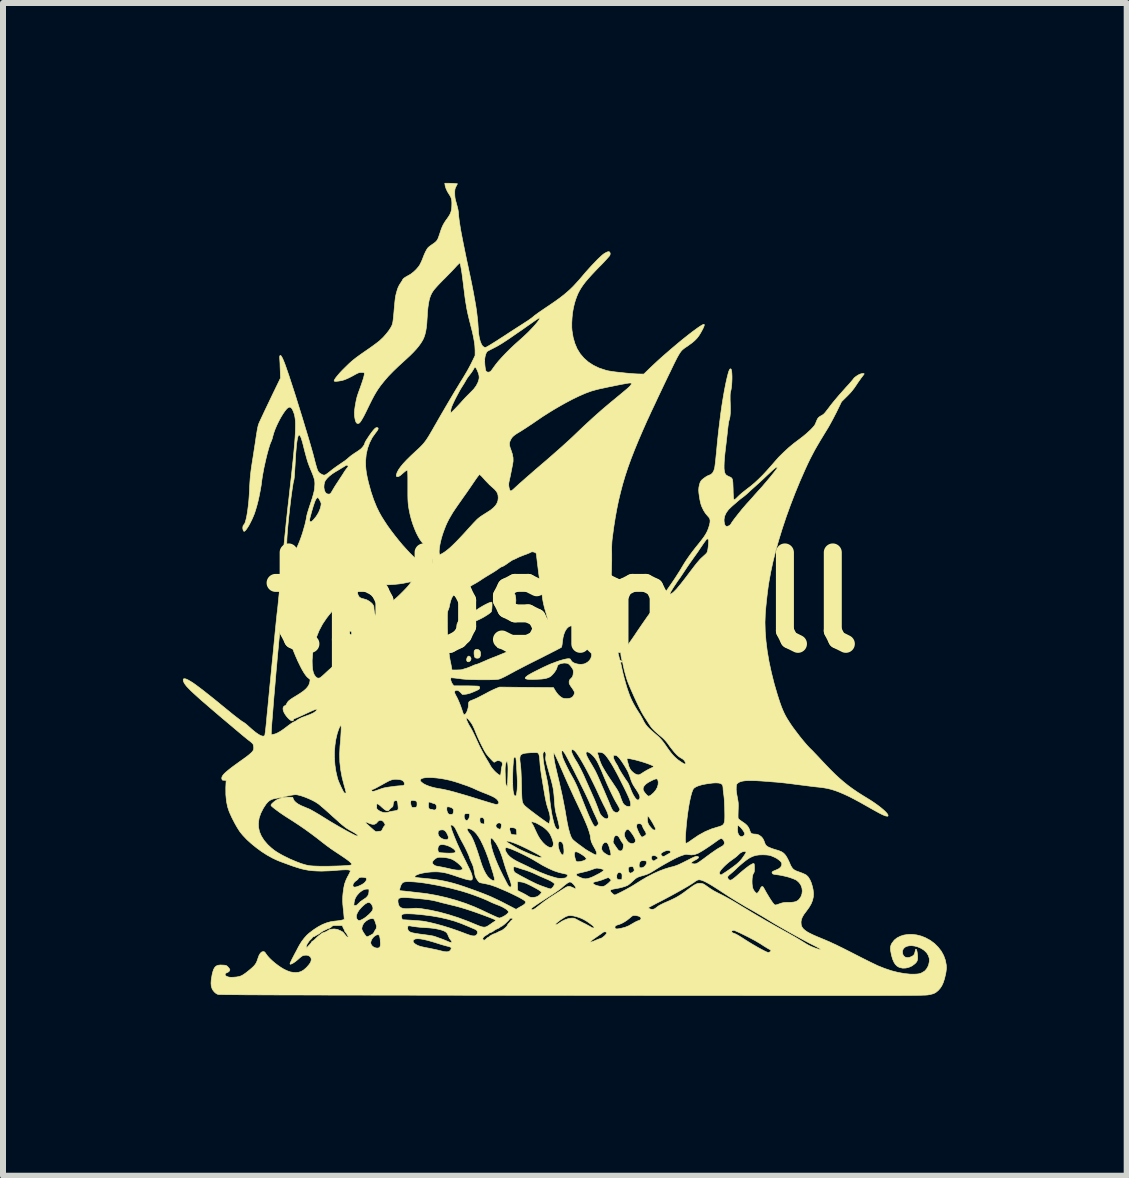
<source format=kicad_pcb>
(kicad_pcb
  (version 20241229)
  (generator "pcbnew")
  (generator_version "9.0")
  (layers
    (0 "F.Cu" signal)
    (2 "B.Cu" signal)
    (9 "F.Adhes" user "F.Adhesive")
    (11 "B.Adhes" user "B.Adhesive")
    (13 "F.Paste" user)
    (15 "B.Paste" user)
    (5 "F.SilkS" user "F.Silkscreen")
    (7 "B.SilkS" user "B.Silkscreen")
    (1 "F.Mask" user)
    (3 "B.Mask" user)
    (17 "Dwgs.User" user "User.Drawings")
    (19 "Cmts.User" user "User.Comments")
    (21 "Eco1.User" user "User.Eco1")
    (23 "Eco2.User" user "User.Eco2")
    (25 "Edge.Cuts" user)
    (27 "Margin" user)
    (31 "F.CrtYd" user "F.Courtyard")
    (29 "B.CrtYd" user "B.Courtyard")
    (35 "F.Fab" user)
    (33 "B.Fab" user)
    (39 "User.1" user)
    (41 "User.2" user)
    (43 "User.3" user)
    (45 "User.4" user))
  (footprint "tpbsmall"
    (layer "F.Cu")
    (at 6.334 6.994)
    (property "Reference" "tpbsmall" (at 0 0 0) (layer "F.SilkS") (effects (font (size 1.524 1.524) (thickness 0.3))))
    (attr through_hole)
    (fp_poly (pts (xy -1.552 0.899) (xy -1.539 0.914) (xy -1.532 0.934) (xy -1.531 0.94) (xy -1.537 0.962) (xy -1.551 0.979) (xy -1.569 0.989) (xy -1.589 0.987) (xy -1.592 0.986) (xy -1.602 0.973) (xy -1.605 0.953) (xy -1.601 0.93) (xy -1.592 0.91) (xy -1.578 0.896) (xy -1.568 0.893) (xy -1.552 0.899)) (stroke (width 0.01) (type solid)) (fill yes) (layer "F.SilkS"))
    (fp_poly (pts (xy -0.808 0.59) (xy -0.792 0.599) (xy -0.783 0.617) (xy -0.781 0.644) (xy -0.786 0.674) (xy -0.802 0.694) (xy -0.827 0.703) (xy -0.839 0.704) (xy -0.858 0.701) (xy -0.871 0.69) (xy -0.878 0.68) (xy -0.891 0.65) (xy -0.889 0.625) (xy -0.875 0.605) (xy -0.849 0.593) (xy -0.834 0.59) (xy -0.808 0.59)) (stroke (width 0.01) (type solid)) (fill yes) (layer "F.SilkS"))
    (fp_poly (pts (xy -1.007 0.618) (xy -0.993 0.624) (xy -0.984 0.633) (xy -0.976 0.653) (xy -0.973 0.681) (xy -0.974 0.711) (xy -0.977 0.724) (xy -0.988 0.742) (xy -1.009 0.754) (xy -1.034 0.761) (xy -1.06 0.762) (xy -1.081 0.755) (xy -1.092 0.745) (xy -1.106 0.711) (xy -1.107 0.674) (xy -1.103 0.657) (xy -1.093 0.636) (xy -1.078 0.624) (xy -1.054 0.618) (xy -1.031 0.617) (xy -1.007 0.618)) (stroke (width 0.01) (type solid)) (fill yes) (layer "F.SilkS"))
    (fp_poly (pts (xy -1.409 0.786) (xy -1.387 0.802) (xy -1.386 0.804) (xy -1.375 0.827) (xy -1.372 0.855) (xy -1.374 0.884) (xy -1.384 0.909) (xy -1.396 0.923) (xy -1.408 0.927) (xy -1.428 0.929) (xy -1.431 0.929) (xy -1.454 0.925) (xy -1.468 0.914) (xy -1.469 0.913) (xy -1.475 0.897) (xy -1.479 0.873) (xy -1.481 0.846) (xy -1.48 0.821) (xy -1.476 0.803) (xy -1.475 0.801) (xy -1.457 0.785) (xy -1.433 0.78) (xy -1.409 0.786)) (stroke (width 0.01) (type solid)) (fill yes) (layer "F.SilkS"))
    (fp_poly (pts (xy -1.631 0.254) (xy -1.62 0.259) (xy -1.589 0.282) (xy -1.568 0.315) (xy -1.557 0.358) (xy -1.555 0.411) (xy -1.559 0.447) (xy -1.565 0.475) (xy -1.572 0.495) (xy -1.583 0.512) (xy -1.599 0.528) (xy -1.62 0.548) (xy -1.638 0.558) (xy -1.658 0.563) (xy -1.663 0.563) (xy -1.687 0.563) (xy -1.707 0.559) (xy -1.711 0.557) (xy -1.731 0.54) (xy -1.747 0.513) (xy -1.76 0.477) (xy -1.767 0.438) (xy -1.77 0.399) (xy -1.765 0.362) (xy -1.764 0.357) (xy -1.747 0.321) (xy -1.72 0.288) (xy -1.686 0.263) (xy -1.678 0.26) (xy -1.658 0.252) (xy -1.645 0.25) (xy -1.631 0.254)) (stroke (width 0.01) (type solid)) (fill yes) (layer "F.SilkS"))
    (fp_poly (pts (xy -0.831 -0.175) (xy -0.811 -0.158) (xy -0.797 -0.129) (xy -0.795 -0.122) (xy -0.787 -0.081) (xy -0.784 -0.036) (xy -0.787 0.008) (xy -0.795 0.044) (xy -0.81 0.075) (xy -0.832 0.109) (xy -0.86 0.141) (xy -0.887 0.167) (xy -0.902 0.177) (xy -0.94 0.194) (xy -0.975 0.199) (xy -1.001 0.194) (xy -1.034 0.179) (xy -1.059 0.153) (xy -1.074 0.123) (xy -1.08 0.093) (xy -1.082 0.058) (xy -1.082 0.023) (xy -1.078 -0.009) (xy -1.073 -0.032) (xy -1.071 -0.035) (xy -1.057 -0.054) (xy -1.034 -0.079) (xy -1.005 -0.104) (xy -0.975 -0.129) (xy -0.945 -0.149) (xy -0.932 -0.156) (xy -0.891 -0.174) (xy -0.857 -0.18) (xy -0.831 -0.175)) (stroke (width 0.01) (type solid)) (fill yes) (layer "F.SilkS"))
    (fp_poly (pts (xy -1.183 0.001) (xy -1.182 0.012) (xy -1.181 0.04) (xy -1.182 0.072) (xy -1.184 0.103) (xy -1.187 0.13) (xy -1.19 0.148) (xy -1.191 0.15) (xy -1.201 0.163) (xy -1.222 0.18) (xy -1.251 0.201) (xy -1.286 0.223) (xy -1.324 0.246) (xy -1.363 0.267) (xy -1.4 0.285) (xy -1.433 0.3) (xy -1.46 0.308) (xy -1.464 0.309) (xy -1.488 0.314) (xy -1.488 0.278) (xy -1.49 0.249) (xy -1.493 0.219) (xy -1.494 0.212) (xy -1.498 0.182) (xy -1.494 0.161) (xy -1.481 0.147) (xy -1.467 0.138) (xy -1.448 0.128) (xy -1.422 0.112) (xy -1.395 0.094) (xy -1.39 0.091) (xy -1.357 0.071) (xy -1.321 0.05) (xy -1.283 0.03) (xy -1.248 0.013) (xy -1.219 0.001) (xy -1.203 -0.004) (xy -1.189 -0.006) (xy -1.183 0.001)) (stroke (width 0.01) (type solid)) (fill yes) (layer "F.SilkS"))
    (fp_poly (pts (xy -1.861 -6.988) (xy -1.827 -6.987) (xy -1.8 -6.985) (xy -1.791 -6.984) (xy -1.758 -6.98) (xy -1.781 -6.936) (xy -1.791 -6.914) (xy -1.798 -6.896) (xy -1.801 -6.877) (xy -1.803 -6.852) (xy -1.803 -6.819) (xy -1.802 -6.787) (xy -1.8 -6.759) (xy -1.796 -6.732) (xy -1.789 -6.702) (xy -1.778 -6.663) (xy -1.773 -6.644) (xy -1.758 -6.59) (xy -1.748 -6.546) (xy -1.742 -6.506) (xy -1.739 -6.472) (xy -1.737 -6.44) (xy -1.733 -6.405) (xy -1.728 -6.366) (xy -1.722 -6.323) (xy -1.714 -6.273) (xy -1.705 -6.216) (xy -1.693 -6.152) (xy -1.679 -6.08) (xy -1.663 -5.998) (xy -1.644 -5.905) (xy -1.623 -5.801) (xy -1.599 -5.686) (xy -1.571 -5.557) (xy -1.565 -5.526) (xy -1.538 -5.4) (xy -1.515 -5.287) (xy -1.495 -5.185) (xy -1.478 -5.092) (xy -1.463 -5.008) (xy -1.45 -4.931) (xy -1.439 -4.859) (xy -1.431 -4.79) (xy -1.423 -4.724) (xy -1.417 -4.66) (xy -1.413 -4.594) (xy -1.411 -4.572) (xy -1.407 -4.51) (xy -1.401 -4.458) (xy -1.393 -4.413) (xy -1.382 -4.369) (xy -1.375 -4.347) (xy -1.357 -4.303) (xy -1.337 -4.273) (xy -1.312 -4.256) (xy -1.292 -4.253) (xy -1.282 -4.255) (xy -1.264 -4.264) (xy -1.238 -4.279) (xy -1.203 -4.3) (xy -1.158 -4.328) (xy -1.102 -4.363) (xy -1.036 -4.406) (xy -0.989 -4.436) (xy -0.928 -4.476) (xy -0.867 -4.516) (xy -0.808 -4.554) (xy -0.754 -4.589) (xy -0.705 -4.62) (xy -0.663 -4.647) (xy -0.631 -4.668) (xy -0.617 -4.677) (xy -0.581 -4.7) (xy -0.546 -4.725) (xy -0.516 -4.747) (xy -0.494 -4.765) (xy -0.49 -4.768) (xy -0.474 -4.782) (xy -0.448 -4.801) (xy -0.414 -4.826) (xy -0.374 -4.854) (xy -0.33 -4.884) (xy -0.287 -4.913) (xy -0.198 -4.973) (xy -0.12 -5.027) (xy -0.051 -5.077) (xy 0.011 -5.125) (xy 0.067 -5.172) (xy 0.12 -5.219) (xy 0.171 -5.269) (xy 0.221 -5.323) (xy 0.274 -5.381) (xy 0.329 -5.446) (xy 0.38 -5.506) (xy 0.432 -5.564) (xy 0.483 -5.62) (xy 0.533 -5.672) (xy 0.578 -5.719) (xy 0.62 -5.759) (xy 0.654 -5.79) (xy 0.68 -5.811) (xy 0.706 -5.827) (xy 0.731 -5.84) (xy 0.75 -5.847) (xy 0.751 -5.847) (xy 0.769 -5.848) (xy 0.778 -5.843) (xy 0.785 -5.832) (xy 0.789 -5.814) (xy 0.785 -5.795) (xy 0.783 -5.79) (xy 0.776 -5.778) (xy 0.759 -5.758) (xy 0.734 -5.73) (xy 0.703 -5.696) (xy 0.666 -5.656) (xy 0.624 -5.613) (xy 0.613 -5.603) (xy 0.541 -5.528) (xy 0.478 -5.461) (xy 0.424 -5.401) (xy 0.378 -5.347) (xy 0.339 -5.296) (xy 0.306 -5.248) (xy 0.278 -5.201) (xy 0.253 -5.153) (xy 0.232 -5.103) (xy 0.213 -5.051) (xy 0.195 -4.993) (xy 0.195 -4.993) (xy 0.177 -4.919) (xy 0.162 -4.836) (xy 0.153 -4.75) (xy 0.148 -4.664) (xy 0.148 -4.583) (xy 0.152 -4.533) (xy 0.17 -4.422) (xy 0.199 -4.32) (xy 0.238 -4.228) (xy 0.289 -4.146) (xy 0.351 -4.073) (xy 0.424 -4.009) (xy 0.507 -3.955) (xy 0.602 -3.909) (xy 0.708 -3.874) (xy 0.732 -3.867) (xy 0.765 -3.86) (xy 0.81 -3.853) (xy 0.864 -3.845) (xy 0.925 -3.838) (xy 0.99 -3.831) (xy 1.057 -3.824) (xy 1.124 -3.818) (xy 1.187 -3.813) (xy 1.244 -3.81) (xy 1.29 -3.809) (xy 1.349 -3.808) (xy 1.453 -3.909) (xy 1.509 -3.962) (xy 1.57 -4.019) (xy 1.634 -4.077) (xy 1.701 -4.136) (xy 1.77 -4.196) (xy 1.839 -4.255) (xy 1.907 -4.312) (xy 1.974 -4.368) (xy 2.039 -4.42) (xy 2.101 -4.469) (xy 2.158 -4.513) (xy 2.21 -4.551) (xy 2.255 -4.584) (xy 2.293 -4.609) (xy 2.323 -4.627) (xy 2.343 -4.636) (xy 2.349 -4.637) (xy 2.357 -4.634) (xy 2.357 -4.622) (xy 2.35 -4.6) (xy 2.336 -4.568) (xy 2.331 -4.558) (xy 2.299 -4.499) (xy 2.268 -4.448) (xy 2.235 -4.405) (xy 2.197 -4.366) (xy 2.152 -4.328) (xy 2.098 -4.289) (xy 2.07 -4.269) (xy 2.036 -4.247) (xy 2.009 -4.226) (xy 1.986 -4.206) (xy 1.967 -4.184) (xy 1.948 -4.157) (xy 1.928 -4.124) (xy 1.904 -4.081) (xy 1.884 -4.042) (xy 1.869 -4.012) (xy 1.848 -3.97) (xy 1.823 -3.918) (xy 1.794 -3.857) (xy 1.761 -3.79) (xy 1.726 -3.717) (xy 1.689 -3.64) (xy 1.651 -3.56) (xy 1.613 -3.48) (xy 1.575 -3.4) (xy 1.539 -3.322) (xy 1.504 -3.248) (xy 1.471 -3.179) (xy 1.443 -3.117) (xy 1.418 -3.063) (xy 1.406 -3.038) (xy 1.328 -2.862) (xy 1.257 -2.697) (xy 1.193 -2.541) (xy 1.135 -2.392) (xy 1.083 -2.248) (xy 1.037 -2.108) (xy 0.996 -1.97) (xy 0.96 -1.833) (xy 0.927 -1.695) (xy 0.898 -1.553) (xy 0.872 -1.408) (xy 0.848 -1.256) (xy 0.827 -1.099) (xy 0.821 -1.052) (xy 0.817 -1.009) (xy 0.815 -0.967) (xy 0.813 -0.923) (xy 0.813 -0.871) (xy 0.814 -0.813) (xy 0.814 -0.758) (xy 0.814 -0.694) (xy 0.812 -0.624) (xy 0.811 -0.552) (xy 0.808 -0.483) (xy 0.806 -0.443) (xy 0.8 -0.191) (xy 0.807 0.055) (xy 0.827 0.298) (xy 0.86 0.54) (xy 0.907 0.782) (xy 0.918 0.835) (xy 0.929 0.882) (xy 0.938 0.917) (xy 0.944 0.941) (xy 0.95 0.957) (xy 0.954 0.966) (xy 0.959 0.97) (xy 0.965 0.971) (xy 0.968 0.97) (xy 0.981 0.974) (xy 0.986 0.983) (xy 0.985 0.993) (xy 0.975 0.993) (xy 0.974 0.993) (xy 0.963 0.993) (xy 0.962 1.001) (xy 0.965 1.012) (xy 0.969 1.035) (xy 0.976 1.064) (xy 0.98 1.085) (xy 0.999 1.169) (xy 1.021 1.257) (xy 1.045 1.344) (xy 1.07 1.427) (xy 1.096 1.503) (xy 1.12 1.568) (xy 1.123 1.575) (xy 1.147 1.629) (xy 1.178 1.69) (xy 1.213 1.752) (xy 1.25 1.812) (xy 1.267 1.838) (xy 1.289 1.872) (xy 1.312 1.912) (xy 1.333 1.951) (xy 1.338 1.962) (xy 1.357 1.998) (xy 1.378 2.031) (xy 1.402 2.062) (xy 1.432 2.094) (xy 1.469 2.129) (xy 1.516 2.17) (xy 1.523 2.176) (xy 1.558 2.206) (xy 1.587 2.231) (xy 1.611 2.254) (xy 1.632 2.277) (xy 1.654 2.302) (xy 1.677 2.332) (xy 1.704 2.369) (xy 1.736 2.415) (xy 1.741 2.423) (xy 1.781 2.478) (xy 1.815 2.522) (xy 1.848 2.559) (xy 1.881 2.591) (xy 1.916 2.621) (xy 1.957 2.65) (xy 1.973 2.661) (xy 2.005 2.681) (xy 2.027 2.692) (xy 2.04 2.693) (xy 2.045 2.685) (xy 2.042 2.668) (xy 2.039 2.66) (xy 2.024 2.633) (xy 1.994 2.607) (xy 1.959 2.587) (xy 1.933 2.569) (xy 1.901 2.541) (xy 1.865 2.503) (xy 1.827 2.457) (xy 1.787 2.405) (xy 1.773 2.386) (xy 1.746 2.348) (xy 1.722 2.318) (xy 1.699 2.292) (xy 1.673 2.266) (xy 1.641 2.238) (xy 1.617 2.218) (xy 1.571 2.178) (xy 1.534 2.145) (xy 1.504 2.115) (xy 1.478 2.086) (xy 1.455 2.054) (xy 1.432 2.019) (xy 1.425 2.008) (xy 1.404 1.975) (xy 1.381 1.939) (xy 1.36 1.908) (xy 1.354 1.898) (xy 1.335 1.867) (xy 1.311 1.825) (xy 1.284 1.773) (xy 1.254 1.712) (xy 1.222 1.644) (xy 1.188 1.571) (xy 1.154 1.495) (xy 1.12 1.417) (xy 1.091 1.347) (xy 1.076 1.308) (xy 1.06 1.259) (xy 1.044 1.203) (xy 1.028 1.146) (xy 1.015 1.09) (xy 1.004 1.041) (xy 0.998 1.005) (xy 0.994 0.983) (xy 0.989 0.966) (xy 0.987 0.962) (xy 0.981 0.948) (xy 0.976 0.926) (xy 0.97 0.898) (xy 0.967 0.871) (xy 0.965 0.849) (xy 0.968 0.828) (xy 0.978 0.813) (xy 0.988 0.804) (xy 1.007 0.789) (xy 1.026 0.772) (xy 1.046 0.751) (xy 1.068 0.725) (xy 1.093 0.693) (xy 1.122 0.653) (xy 1.156 0.605) (xy 1.196 0.547) (xy 1.237 0.485) (xy 1.276 0.428) (xy 1.315 0.371) (xy 1.353 0.316) (xy 1.389 0.264) (xy 1.421 0.219) (xy 1.449 0.181) (xy 1.467 0.156) (xy 1.536 0.067) (xy 1.604 -0.026) (xy 1.672 -0.119) (xy 1.687 -0.139) (xy 1.785 -0.139) (xy 1.794 -0.139) (xy 1.813 -0.149) (xy 1.83 -0.162) (xy 1.849 -0.178) (xy 1.871 -0.2) (xy 1.898 -0.228) (xy 1.928 -0.265) (xy 1.965 -0.309) (xy 2.007 -0.363) (xy 2.057 -0.427) (xy 2.113 -0.502) (xy 2.116 -0.506) (xy 2.162 -0.566) (xy 2.2 -0.616) (xy 2.232 -0.656) (xy 2.26 -0.689) (xy 2.283 -0.716) (xy 2.305 -0.738) (xy 2.325 -0.756) (xy 2.325 -0.756) (xy 2.351 -0.78) (xy 2.374 -0.801) (xy 2.391 -0.818) (xy 2.398 -0.826) (xy 2.406 -0.842) (xy 2.414 -0.869) (xy 2.42 -0.908) (xy 2.426 -0.959) (xy 2.428 -0.991) (xy 2.43 -1.018) (xy 2.429 -1.036) (xy 2.425 -1.047) (xy 2.418 -1.055) (xy 2.411 -1.06) (xy 2.405 -1.061) (xy 2.397 -1.056) (xy 2.386 -1.043) (xy 2.37 -1.02) (xy 2.36 -1.007) (xy 2.336 -0.973) (xy 2.309 -0.933) (xy 2.283 -0.895) (xy 2.274 -0.882) (xy 2.254 -0.851) (xy 2.228 -0.814) (xy 2.199 -0.773) (xy 2.17 -0.733) (xy 2.163 -0.722) (xy 2.132 -0.679) (xy 2.098 -0.63) (xy 2.064 -0.58) (xy 2.034 -0.534) (xy 2.031 -0.53) (xy 2.006 -0.492) (xy 1.981 -0.455) (xy 1.959 -0.422) (xy 1.941 -0.396) (xy 1.935 -0.388) (xy 1.91 -0.354) (xy 1.884 -0.314) (xy 1.857 -0.274) (xy 1.832 -0.235) (xy 1.811 -0.2) (xy 1.796 -0.174) (xy 1.795 -0.172) (xy 1.786 -0.15) (xy 1.785 -0.139) (xy 1.687 -0.139) (xy 1.737 -0.211) (xy 1.799 -0.3) (xy 1.857 -0.385) (xy 1.908 -0.464) (xy 1.953 -0.534) (xy 1.979 -0.578) (xy 2.013 -0.635) (xy 2.047 -0.689) (xy 2.083 -0.742) (xy 2.121 -0.796) (xy 2.165 -0.855) (xy 2.215 -0.919) (xy 2.274 -0.992) (xy 2.277 -0.996) (xy 2.321 -1.052) (xy 2.356 -1.1) (xy 2.383 -1.143) (xy 2.405 -1.184) (xy 2.422 -1.225) (xy 2.43 -1.248) (xy 2.445 -1.298) (xy 2.453 -1.337) (xy 2.454 -1.368) (xy 2.45 -1.388) (xy 2.687 -1.388) (xy 2.687 -1.357) (xy 2.693 -1.316) (xy 2.703 -1.287) (xy 2.718 -1.272) (xy 2.739 -1.269) (xy 2.766 -1.278) (xy 2.773 -1.281) (xy 2.789 -1.294) (xy 2.805 -1.315) (xy 2.809 -1.323) (xy 2.819 -1.339) (xy 2.837 -1.364) (xy 2.861 -1.397) (xy 2.89 -1.434) (xy 2.922 -1.475) (xy 2.956 -1.517) (xy 2.989 -1.558) (xy 3.022 -1.596) (xy 3.05 -1.629) (xy 3.073 -1.655) (xy 3.102 -1.686) (xy 3.134 -1.722) (xy 3.164 -1.755) (xy 3.171 -1.763) (xy 3.193 -1.789) (xy 3.222 -1.821) (xy 3.254 -1.857) (xy 3.287 -1.893) (xy 3.298 -1.905) (xy 3.326 -1.936) (xy 3.356 -1.972) (xy 3.389 -2.01) (xy 3.423 -2.051) (xy 3.457 -2.091) (xy 3.488 -2.13) (xy 3.517 -2.166) (xy 3.541 -2.197) (xy 3.56 -2.222) (xy 3.571 -2.238) (xy 3.574 -2.245) (xy 3.568 -2.253) (xy 3.562 -2.256) (xy 3.552 -2.251) (xy 3.533 -2.237) (xy 3.504 -2.213) (xy 3.467 -2.179) (xy 3.421 -2.136) (xy 3.409 -2.125) (xy 3.368 -2.086) (xy 3.328 -2.048) (xy 3.29 -2.013) (xy 3.256 -1.982) (xy 3.229 -1.958) (xy 3.215 -1.945) (xy 3.186 -1.919) (xy 3.151 -1.888) (xy 3.117 -1.857) (xy 3.099 -1.84) (xy 3.07 -1.813) (xy 3.041 -1.788) (xy 3.015 -1.767) (xy 3.001 -1.756) (xy 2.977 -1.739) (xy 2.949 -1.717) (xy 2.921 -1.693) (xy 2.917 -1.69) (xy 2.889 -1.665) (xy 2.856 -1.637) (xy 2.824 -1.609) (xy 2.816 -1.602) (xy 2.762 -1.55) (xy 2.723 -1.497) (xy 2.698 -1.443) (xy 2.687 -1.388) (xy 2.45 -1.388) (xy 2.449 -1.395) (xy 2.435 -1.418) (xy 2.414 -1.442) (xy 2.412 -1.444) (xy 2.376 -1.487) (xy 2.343 -1.54) (xy 2.315 -1.599) (xy 2.305 -1.626) (xy 2.293 -1.668) (xy 2.283 -1.718) (xy 2.274 -1.773) (xy 2.267 -1.825) (xy 2.264 -1.87) (xy 2.264 -1.877) (xy 2.267 -1.918) (xy 2.275 -1.959) (xy 2.286 -1.996) (xy 2.3 -2.024) (xy 2.301 -2.025) (xy 2.319 -2.046) (xy 2.346 -2.068) (xy 2.376 -2.09) (xy 2.405 -2.108) (xy 2.429 -2.118) (xy 2.43 -2.119) (xy 2.467 -2.134) (xy 2.495 -2.16) (xy 2.516 -2.197) (xy 2.53 -2.245) (xy 2.532 -2.258) (xy 2.535 -2.278) (xy 2.539 -2.31) (xy 2.544 -2.351) (xy 2.549 -2.399) (xy 2.554 -2.451) (xy 2.559 -2.496) (xy 2.576 -2.678) (xy 2.594 -2.847) (xy 2.613 -3.003) (xy 2.631 -3.148) (xy 2.65 -3.282) (xy 2.67 -3.406) (xy 2.69 -3.522) (xy 2.711 -3.631) (xy 2.726 -3.701) (xy 2.741 -3.765) (xy 2.754 -3.815) (xy 2.765 -3.853) (xy 2.776 -3.878) (xy 2.786 -3.892) (xy 2.795 -3.896) (xy 2.803 -3.891) (xy 2.809 -3.877) (xy 2.814 -3.851) (xy 2.817 -3.815) (xy 2.819 -3.773) (xy 2.819 -3.726) (xy 2.817 -3.678) (xy 2.814 -3.63) (xy 2.809 -3.585) (xy 2.803 -3.546) (xy 2.8 -3.534) (xy 2.795 -3.513) (xy 2.791 -3.493) (xy 2.789 -3.472) (xy 2.788 -3.448) (xy 2.788 -3.417) (xy 2.788 -3.378) (xy 2.79 -3.327) (xy 2.79 -3.317) (xy 2.792 -3.248) (xy 2.792 -3.191) (xy 2.79 -3.144) (xy 2.786 -3.104) (xy 2.78 -3.069) (xy 2.771 -3.038) (xy 2.768 -3.028) (xy 2.764 -3.01) (xy 2.759 -2.981) (xy 2.754 -2.944) (xy 2.749 -2.902) (xy 2.746 -2.879) (xy 2.742 -2.836) (xy 2.736 -2.782) (xy 2.729 -2.723) (xy 2.722 -2.661) (xy 2.715 -2.602) (xy 2.713 -2.587) (xy 2.702 -2.492) (xy 2.694 -2.411) (xy 2.689 -2.341) (xy 2.687 -2.283) (xy 2.687 -2.235) (xy 2.691 -2.197) (xy 2.697 -2.167) (xy 2.707 -2.144) (xy 2.72 -2.128) (xy 2.72 -2.127) (xy 2.739 -2.114) (xy 2.764 -2.101) (xy 2.772 -2.097) (xy 2.791 -2.09) (xy 2.805 -2.081) (xy 2.816 -2.071) (xy 2.824 -2.056) (xy 2.829 -2.035) (xy 2.833 -2.005) (xy 2.835 -1.966) (xy 2.837 -1.916) (xy 2.838 -1.888) (xy 2.839 -1.833) (xy 2.841 -1.79) (xy 2.843 -1.758) (xy 2.845 -1.737) (xy 2.849 -1.723) (xy 2.853 -1.715) (xy 2.859 -1.713) (xy 2.86 -1.713) (xy 2.868 -1.718) (xy 2.884 -1.731) (xy 2.904 -1.75) (xy 2.92 -1.766) (xy 2.944 -1.789) (xy 2.977 -1.818) (xy 3.015 -1.849) (xy 3.053 -1.879) (xy 3.071 -1.893) (xy 3.136 -1.943) (xy 3.199 -1.996) (xy 3.262 -2.055) (xy 3.328 -2.12) (xy 3.396 -2.193) (xy 3.47 -2.276) (xy 3.529 -2.344) (xy 3.598 -2.422) (xy 3.678 -2.501) (xy 3.763 -2.58) (xy 3.851 -2.653) (xy 3.928 -2.711) (xy 3.999 -2.765) (xy 4.064 -2.819) (xy 4.119 -2.87) (xy 4.123 -2.873) (xy 4.153 -2.904) (xy 4.175 -2.928) (xy 4.191 -2.947) (xy 4.202 -2.964) (xy 4.211 -2.983) (xy 4.22 -3.005) (xy 4.22 -3.005) (xy 4.235 -3.041) (xy 4.248 -3.067) (xy 4.264 -3.086) (xy 4.285 -3.102) (xy 4.31 -3.116) (xy 4.327 -3.126) (xy 4.342 -3.136) (xy 4.357 -3.15) (xy 4.374 -3.169) (xy 4.395 -3.196) (xy 4.423 -3.232) (xy 4.429 -3.24) (xy 4.468 -3.292) (xy 4.509 -3.343) (xy 4.554 -3.397) (xy 4.603 -3.455) (xy 4.66 -3.519) (xy 4.724 -3.591) (xy 4.742 -3.61) (xy 4.772 -3.643) (xy 4.799 -3.674) (xy 4.82 -3.699) (xy 4.836 -3.718) (xy 4.843 -3.728) (xy 4.854 -3.742) (xy 4.874 -3.759) (xy 4.9 -3.778) (xy 4.928 -3.795) (xy 4.953 -3.807) (xy 4.974 -3.813) (xy 4.995 -3.817) (xy 5.013 -3.817) (xy 5.022 -3.813) (xy 5.022 -3.811) (xy 5.018 -3.803) (xy 5.006 -3.787) (xy 4.99 -3.766) (xy 4.985 -3.759) (xy 4.967 -3.736) (xy 4.945 -3.704) (xy 4.919 -3.668) (xy 4.894 -3.63) (xy 4.886 -3.618) (xy 4.855 -3.573) (xy 4.825 -3.534) (xy 4.793 -3.496) (xy 4.755 -3.456) (xy 4.734 -3.435) (xy 4.645 -3.347) (xy 4.559 -3.17) (xy 4.531 -3.116) (xy 4.501 -3.058) (xy 4.47 -3.001) (xy 4.441 -2.948) (xy 4.415 -2.903) (xy 4.401 -2.881) (xy 4.342 -2.784) (xy 4.289 -2.697) (xy 4.242 -2.617) (xy 4.199 -2.542) (xy 4.16 -2.468) (xy 4.122 -2.395) (xy 4.085 -2.319) (xy 4.048 -2.239) (xy 4.035 -2.21) (xy 3.95 -2.017) (xy 3.87 -1.822) (xy 3.794 -1.625) (xy 3.723 -1.429) (xy 3.658 -1.234) (xy 3.599 -1.043) (xy 3.547 -0.858) (xy 3.502 -0.679) (xy 3.465 -0.508) (xy 3.437 -0.355) (xy 3.425 -0.281) (xy 3.414 -0.198) (xy 3.403 -0.108) (xy 3.393 -0.017) (xy 3.384 0.072) (xy 3.377 0.153) (xy 3.374 0.189) (xy 3.369 0.331) (xy 3.373 0.484) (xy 3.386 0.645) (xy 3.407 0.814) (xy 3.437 0.989) (xy 3.476 1.169) (xy 3.522 1.353) (xy 3.574 1.531) (xy 3.6 1.613) (xy 3.623 1.682) (xy 3.645 1.743) (xy 3.667 1.796) (xy 3.689 1.845) (xy 3.713 1.892) (xy 3.74 1.939) (xy 3.772 1.989) (xy 3.797 2.028) (xy 3.83 2.076) (xy 3.868 2.127) (xy 3.909 2.181) (xy 3.951 2.236) (xy 3.993 2.288) (xy 4.034 2.337) (xy 4.071 2.38) (xy 4.104 2.416) (xy 4.13 2.442) (xy 4.135 2.447) (xy 4.148 2.459) (xy 4.168 2.479) (xy 4.195 2.508) (xy 4.227 2.541) (xy 4.263 2.579) (xy 4.297 2.616) (xy 4.385 2.709) (xy 4.465 2.792) (xy 4.541 2.867) (xy 4.614 2.934) (xy 4.685 2.995) (xy 4.757 3.053) (xy 4.831 3.107) (xy 4.91 3.161) (xy 4.994 3.215) (xy 5.068 3.26) (xy 5.131 3.299) (xy 5.191 3.339) (xy 5.246 3.378) (xy 5.296 3.416) (xy 5.339 3.452) (xy 5.375 3.485) (xy 5.401 3.513) (xy 5.417 3.536) (xy 5.421 3.551) (xy 5.419 3.56) (xy 5.412 3.563) (xy 5.394 3.561) (xy 5.392 3.56) (xy 5.375 3.557) (xy 5.355 3.549) (xy 5.329 3.538) (xy 5.296 3.522) (xy 5.255 3.5) (xy 5.206 3.473) (xy 5.146 3.44) (xy 5.075 3.399) (xy 5.074 3.399) (xy 4.963 3.336) (xy 4.863 3.282) (xy 4.772 3.235) (xy 4.688 3.196) (xy 4.611 3.163) (xy 4.539 3.136) (xy 4.471 3.115) (xy 4.405 3.099) (xy 4.341 3.088) (xy 4.278 3.08) (xy 4.259 3.078) (xy 4.227 3.075) (xy 4.185 3.07) (xy 4.135 3.064) (xy 4.079 3.057) (xy 4.02 3.049) (xy 3.977 3.044) (xy 3.898 3.034) (xy 3.831 3.025) (xy 3.773 3.018) (xy 3.724 3.012) (xy 3.68 3.007) (xy 3.64 3.003) (xy 3.6 2.999) (xy 3.56 2.995) (xy 3.516 2.992) (xy 3.466 2.988) (xy 3.409 2.983) (xy 3.408 2.983) (xy 3.309 2.976) (xy 3.224 2.971) (xy 3.151 2.969) (xy 3.089 2.969) (xy 3.037 2.972) (xy 2.995 2.978) (xy 2.961 2.987) (xy 2.935 2.998) (xy 2.915 3.012) (xy 2.903 3.023) (xy 2.896 3.035) (xy 2.892 3.051) (xy 2.89 3.076) (xy 2.89 3.087) (xy 2.889 3.121) (xy 2.893 3.159) (xy 2.9 3.206) (xy 2.907 3.242) (xy 2.914 3.281) (xy 2.919 3.312) (xy 2.923 3.34) (xy 2.924 3.369) (xy 2.924 3.402) (xy 2.923 3.444) (xy 2.922 3.462) (xy 2.921 3.503) (xy 2.92 3.54) (xy 2.92 3.57) (xy 2.921 3.591) (xy 2.922 3.597) (xy 2.93 3.609) (xy 2.951 3.627) (xy 2.981 3.648) (xy 2.994 3.657) (xy 3.037 3.687) (xy 3.069 3.716) (xy 3.093 3.748) (xy 3.111 3.785) (xy 3.118 3.807) (xy 3.129 3.833) (xy 3.143 3.85) (xy 3.165 3.858) (xy 3.196 3.861) (xy 3.203 3.861) (xy 3.233 3.864) (xy 3.262 3.874) (xy 3.278 3.883) (xy 3.308 3.905) (xy 3.332 3.933) (xy 3.352 3.972) (xy 3.364 4.005) (xy 3.372 4.025) (xy 3.382 4.043) (xy 3.397 4.058) (xy 3.418 4.073) (xy 3.447 4.086) (xy 3.484 4.101) (xy 3.533 4.117) (xy 3.594 4.135) (xy 3.597 4.136) (xy 3.642 4.154) (xy 3.68 4.179) (xy 3.713 4.215) (xy 3.742 4.263) (xy 3.743 4.265) (xy 3.759 4.297) (xy 3.775 4.331) (xy 3.787 4.359) (xy 3.788 4.363) (xy 3.802 4.392) (xy 3.82 4.421) (xy 3.83 4.434) (xy 3.843 4.447) (xy 3.858 4.458) (xy 3.877 4.469) (xy 3.903 4.48) (xy 3.94 4.493) (xy 3.947 4.496) (xy 3.983 4.509) (xy 4.016 4.523) (xy 4.043 4.536) (xy 4.06 4.546) (xy 4.061 4.547) (xy 4.09 4.576) (xy 4.117 4.619) (xy 4.14 4.671) (xy 4.159 4.733) (xy 4.171 4.787) (xy 4.178 4.849) (xy 4.175 4.908) (xy 4.162 4.965) (xy 4.139 5.023) (xy 4.104 5.083) (xy 4.057 5.148) (xy 4.053 5.153) (xy 4.017 5.201) (xy 3.992 5.244) (xy 3.977 5.283) (xy 3.97 5.321) (xy 3.97 5.336) (xy 3.972 5.366) (xy 3.978 5.393) (xy 3.991 5.418) (xy 4.009 5.441) (xy 4.036 5.465) (xy 4.07 5.489) (xy 4.115 5.514) (xy 4.17 5.541) (xy 4.236 5.57) (xy 4.316 5.603) (xy 4.337 5.612) (xy 4.376 5.628) (xy 4.415 5.645) (xy 4.457 5.663) (xy 4.501 5.684) (xy 4.55 5.706) (xy 4.604 5.733) (xy 4.664 5.762) (xy 4.733 5.797) (xy 4.81 5.836) (xy 4.898 5.881) (xy 4.998 5.932) (xy 5.004 5.935) (xy 5.054 5.96) (xy 5.106 5.986) (xy 5.155 6.01) (xy 5.199 6.031) (xy 5.234 6.048) (xy 5.251 6.056) (xy 5.364 6.101) (xy 5.477 6.139) (xy 5.587 6.167) (xy 5.693 6.186) (xy 5.793 6.196) (xy 5.865 6.196) (xy 5.901 6.194) (xy 5.928 6.191) (xy 5.95 6.186) (xy 5.971 6.179) (xy 5.99 6.169) (xy 6.03 6.145) (xy 6.06 6.113) (xy 6.084 6.072) (xy 6.097 6.041) (xy 6.109 5.986) (xy 6.108 5.934) (xy 6.092 5.884) (xy 6.064 5.839) (xy 6.023 5.799) (xy 5.974 5.767) (xy 5.92 5.743) (xy 5.867 5.728) (xy 5.817 5.721) (xy 5.772 5.723) (xy 5.732 5.732) (xy 5.699 5.749) (xy 5.676 5.773) (xy 5.663 5.804) (xy 5.661 5.825) (xy 5.666 5.864) (xy 5.682 5.893) (xy 5.706 5.912) (xy 5.738 5.92) (xy 5.775 5.917) (xy 5.813 5.902) (xy 5.837 5.888) (xy 5.854 5.871) (xy 5.864 5.849) (xy 5.872 5.818) (xy 5.875 5.804) (xy 5.88 5.784) (xy 5.886 5.778) (xy 5.892 5.783) (xy 5.899 5.799) (xy 5.905 5.825) (xy 5.91 5.859) (xy 5.913 5.891) (xy 5.914 5.931) (xy 5.91 5.96) (xy 5.901 5.984) (xy 5.884 6.007) (xy 5.866 6.024) (xy 5.821 6.058) (xy 5.77 6.081) (xy 5.717 6.094) (xy 5.664 6.096) (xy 5.615 6.085) (xy 5.6 6.079) (xy 5.569 6.06) (xy 5.542 6.033) (xy 5.519 5.997) (xy 5.499 5.951) (xy 5.481 5.892) (xy 5.472 5.85) (xy 5.463 5.803) (xy 5.46 5.766) (xy 5.463 5.734) (xy 5.472 5.705) (xy 5.488 5.675) (xy 5.489 5.675) (xy 5.524 5.629) (xy 5.57 5.592) (xy 5.624 5.564) (xy 5.686 5.544) (xy 5.754 5.534) (xy 5.825 5.533) (xy 5.899 5.542) (xy 5.973 5.561) (xy 6.044 5.589) (xy 6.123 5.632) (xy 6.195 5.685) (xy 6.256 5.746) (xy 6.308 5.813) (xy 6.348 5.886) (xy 6.376 5.963) (xy 6.391 6.042) (xy 6.394 6.088) (xy 6.392 6.115) (xy 6.388 6.15) (xy 6.382 6.187) (xy 6.379 6.201) (xy 6.361 6.275) (xy 6.341 6.337) (xy 6.317 6.389) (xy 6.288 6.433) (xy 6.254 6.471) (xy 6.247 6.476) (xy 6.223 6.496) (xy 6.199 6.511) (xy 6.17 6.523) (xy 6.133 6.533) (xy 6.087 6.542) (xy 6.082 6.543) (xy 6.074 6.543) (xy 6.064 6.544) (xy 6.051 6.545) (xy 6.036 6.546) (xy 6.017 6.546) (xy 5.994 6.547) (xy 5.967 6.548) (xy 5.936 6.548) (xy 5.899 6.549) (xy 5.857 6.549) (xy 5.81 6.55) (xy 5.756 6.55) (xy 5.696 6.55) (xy 5.629 6.551) (xy 5.554 6.551) (xy 5.472 6.551) (xy 5.381 6.551) (xy 5.282 6.552) (xy 5.174 6.552) (xy 5.057 6.552) (xy 4.93 6.552) (xy 4.793 6.552) (xy 4.646 6.552) (xy 4.487 6.552) (xy 4.318 6.552) (xy 4.136 6.552) (xy 3.943 6.552) (xy 3.737 6.552) (xy 3.518 6.552) (xy 3.286 6.552) (xy 3.04 6.552) (xy 2.78 6.551) (xy 2.742 6.551) (xy 2.496 6.551) (xy 2.241 6.551) (xy 1.978 6.551) (xy 1.708 6.551) (xy 1.433 6.551) (xy 1.153 6.55) (xy 0.87 6.55) (xy 0.585 6.55) (xy 0.298 6.55) (xy 0.011 6.549) (xy -0.275 6.549) (xy -0.559 6.549) (xy -0.84 6.549) (xy -1.116 6.548) (xy -1.387 6.548) (xy -1.652 6.548) (xy -1.91 6.547) (xy -2.159 6.547) (xy -2.398 6.547) (xy -2.626 6.546) (xy -2.843 6.546) (xy -3.046 6.546) (xy -3.131 6.546) (xy -3.379 6.545) (xy -3.612 6.545) (xy -3.831 6.545) (xy -4.037 6.544) (xy -4.229 6.544) (xy -4.408 6.543) (xy -4.575 6.543) (xy -4.729 6.543) (xy -4.871 6.542) (xy -5.001 6.542) (xy -5.119 6.541) (xy -5.227 6.541) (xy -5.323 6.54) (xy -5.409 6.539) (xy -5.484 6.539) (xy -5.55 6.538) (xy -5.605 6.538) (xy -5.651 6.537) (xy -5.688 6.536) (xy -5.717 6.536) (xy -5.736 6.535) (xy -5.747 6.534) (xy -5.75 6.534) (xy -5.782 6.518) (xy -5.812 6.492) (xy -5.838 6.458) (xy -5.85 6.434) (xy -5.862 6.395) (xy -5.866 6.346) (xy -5.862 6.287) (xy -5.85 6.217) (xy -5.85 6.213) (xy -5.836 6.156) (xy -5.821 6.113) (xy -5.802 6.081) (xy -5.779 6.06) (xy -5.749 6.048) (xy -5.712 6.043) (xy -5.665 6.045) (xy -5.636 6.047) (xy -5.617 6.051) (xy -5.603 6.058) (xy -5.59 6.069) (xy -5.58 6.08) (xy -5.564 6.099) (xy -5.554 6.116) (xy -5.552 6.125) (xy -5.559 6.143) (xy -5.577 6.16) (xy -5.605 6.173) (xy -5.622 6.182) (xy -5.63 6.197) (xy -5.63 6.2) (xy -5.63 6.213) (xy -5.623 6.222) (xy -5.607 6.231) (xy -5.598 6.235) (xy -5.58 6.242) (xy -5.563 6.246) (xy -5.542 6.248) (xy -5.513 6.248) (xy -5.487 6.247) (xy -5.44 6.243) (xy -5.401 6.236) (xy -5.366 6.225) (xy -5.332 6.207) (xy -5.294 6.181) (xy -5.263 6.157) (xy -5.217 6.12) (xy -5.18 6.088) (xy -5.152 6.061) (xy -5.131 6.036) (xy -5.114 6.01) (xy -5.101 5.982) (xy -5.089 5.948) (xy -5.081 5.924) (xy -5.064 5.879) (xy -5.043 5.846) (xy -5.02 5.826) (xy -4.996 5.82) (xy -4.982 5.822) (xy -4.971 5.828) (xy -4.959 5.843) (xy -4.949 5.858) (xy -4.924 5.892) (xy -4.889 5.931) (xy -4.846 5.972) (xy -4.798 6.013) (xy -4.748 6.051) (xy -4.697 6.086) (xy -4.65 6.114) (xy -4.645 6.117) (xy -4.59 6.142) (xy -4.542 6.159) (xy -4.494 6.167) (xy -4.456 6.169) (xy -4.408 6.165) (xy -4.365 6.152) (xy -4.324 6.128) (xy -4.283 6.093) (xy -4.267 6.077) (xy -4.234 6.039) (xy -4.211 6.007) (xy -4.199 5.978) (xy -4.195 5.95) (xy -4.195 5.949) (xy -4.201 5.921) (xy -4.219 5.9) (xy -4.245 5.885) (xy -4.278 5.879) (xy -4.315 5.882) (xy -4.333 5.887) (xy -4.349 5.895) (xy -4.372 5.912) (xy -4.397 5.933) (xy -4.409 5.944) (xy -4.438 5.969) (xy -4.468 5.992) (xy -4.498 6.012) (xy -4.524 6.025) (xy -4.542 6.031) (xy -4.544 6.031) (xy -4.549 6.025) (xy -4.548 6.014) (xy -4.543 6.002) (xy -4.532 5.98) (xy -4.517 5.948) (xy -4.497 5.909) (xy -4.474 5.865) (xy -4.448 5.817) (xy -4.422 5.767) (xy -4.418 5.759) (xy -4.28 5.759) (xy -4.279 5.766) (xy -4.275 5.762) (xy -4.273 5.759) (xy -4.263 5.748) (xy -4.247 5.73) (xy -4.227 5.709) (xy -4.225 5.707) (xy -4.207 5.687) (xy -4.201 5.679) (xy -3.204 5.679) (xy -3.199 5.694) (xy -3.195 5.704) (xy -3.178 5.727) (xy -3.154 5.745) (xy -3.126 5.757) (xy -3.098 5.762) (xy -3.073 5.759) (xy -3.055 5.748) (xy -3.05 5.74) (xy -3.045 5.725) (xy -3.042 5.7) (xy -3.043 5.665) (xy -3.044 5.653) (xy -3.044 5.642) (xy -2.498 5.642) (xy -2.493 5.661) (xy -2.478 5.681) (xy -2.451 5.701) (xy -2.416 5.719) (xy -2.38 5.732) (xy -2.365 5.736) (xy -2.338 5.742) (xy -2.303 5.75) (xy -2.262 5.758) (xy -2.224 5.765) (xy -2.177 5.775) (xy -2.129 5.785) (xy -2.084 5.795) (xy -2.047 5.804) (xy -2.028 5.809) (xy -1.975 5.821) (xy -1.932 5.824) (xy -1.9 5.817) (xy -1.885 5.807) (xy -1.869 5.789) (xy -1.862 5.769) (xy -1.864 5.753) (xy -1.865 5.751) (xy -1.876 5.745) (xy -1.897 5.737) (xy -1.923 5.73) (xy -1.925 5.73) (xy -1.952 5.723) (xy -1.988 5.713) (xy -2.029 5.701) (xy -2.071 5.688) (xy -2.077 5.686) (xy -2.17 5.657) (xy -2.251 5.634) (xy -2.319 5.618) (xy -2.375 5.608) (xy -2.421 5.605) (xy -2.455 5.608) (xy -2.469 5.612) (xy -2.49 5.626) (xy -2.498 5.642) (xy -3.044 5.642) (xy -3.047 5.607) (xy -3.053 5.574) (xy -3.06 5.552) (xy -3.071 5.541) (xy -3.073 5.54) (xy -3.095 5.539) (xy -3.12 5.548) (xy -3.146 5.567) (xy -3.169 5.591) (xy -3.188 5.619) (xy -3.197 5.641) (xy -3.203 5.664) (xy -3.204 5.679) (xy -4.201 5.679) (xy -4.193 5.67) (xy -4.187 5.658) (xy -4.187 5.657) (xy -4.181 5.648) (xy -4.175 5.646) (xy -4.165 5.641) (xy -4.148 5.628) (xy -4.127 5.609) (xy -4.119 5.6) (xy -4.095 5.577) (xy -4.071 5.556) (xy -4.051 5.541) (xy -4.047 5.538) (xy -4.031 5.527) (xy -4.021 5.519) (xy -4.02 5.517) (xy -4.014 5.512) (xy -3.997 5.505) (xy -3.976 5.498) (xy -3.951 5.489) (xy -3.929 5.478) (xy -3.919 5.47) (xy -3.897 5.456) (xy -3.863 5.447) (xy -3.819 5.443) (xy -3.809 5.443) (xy -3.759 5.45) (xy -3.713 5.47) (xy -3.708 5.472) (xy -3.693 5.481) (xy -3.682 5.486) (xy -3.668 5.496) (xy -3.652 5.512) (xy -3.65 5.515) (xy -3.626 5.545) (xy -3.61 5.564) (xy -3.599 5.575) (xy -3.591 5.578) (xy -3.585 5.576) (xy -3.584 5.575) (xy -3.578 5.565) (xy -3.582 5.56) (xy -3.59 5.551) (xy -3.6 5.533) (xy -3.602 5.528) (xy -3.612 5.51) (xy -3.622 5.498) (xy -3.625 5.496) (xy -3.635 5.486) (xy -3.636 5.48) (xy -3.64 5.467) (xy -3.649 5.448) (xy -3.654 5.44) (xy -3.353 5.44) (xy -3.349 5.455) (xy -3.339 5.477) (xy -3.324 5.503) (xy -3.307 5.528) (xy -3.291 5.551) (xy -3.276 5.567) (xy -3.265 5.573) (xy -3.265 5.573) (xy -3.256 5.57) (xy -3.238 5.562) (xy -3.215 5.551) (xy -3.209 5.548) (xy -3.18 5.532) (xy -3.162 5.519) (xy -3.153 5.505) (xy -3.15 5.5) (xy -3.14 5.479) (xy -3.126 5.458) (xy -3.124 5.456) (xy -3.109 5.429) (xy -3.108 5.421) (xy -2.589 5.421) (xy -2.588 5.435) (xy -2.584 5.453) (xy -2.577 5.469) (xy -2.565 5.482) (xy -2.547 5.493) (xy -2.522 5.503) (xy -2.487 5.511) (xy -2.442 5.519) (xy -2.384 5.528) (xy -2.337 5.534) (xy -2.291 5.54) (xy -2.247 5.546) (xy -2.21 5.552) (xy -2.18 5.557) (xy -2.163 5.56) (xy -2.163 5.56) (xy -2.145 5.565) (xy -2.118 5.574) (xy -2.083 5.587) (xy -2.043 5.601) (xy -2.003 5.616) (xy -1.965 5.631) (xy -1.932 5.645) (xy -1.907 5.656) (xy -1.905 5.657) (xy -1.883 5.665) (xy -1.864 5.667) (xy -1.852 5.664) (xy -1.851 5.66) (xy 0.456 5.66) (xy 0.463 5.662) (xy 0.483 5.657) (xy 0.516 5.645) (xy 0.546 5.632) (xy 0.577 5.619) (xy 0.605 5.608) (xy 0.627 5.601) (xy 0.634 5.598) (xy 0.651 5.591) (xy 0.671 5.576) (xy 0.693 5.558) (xy 0.712 5.539) (xy 0.725 5.522) (xy 0.731 5.509) (xy 0.731 5.506) (xy 0.719 5.493) (xy 0.7 5.489) (xy 0.679 5.493) (xy 0.669 5.5) (xy 0.656 5.509) (xy 0.634 5.525) (xy 0.605 5.545) (xy 0.572 5.568) (xy 0.553 5.581) (xy 0.51 5.611) (xy 0.48 5.634) (xy 0.462 5.65) (xy 0.456 5.66) (xy -1.851 5.66) (xy -1.851 5.66) (xy -1.855 5.65) (xy -1.866 5.633) (xy -1.875 5.621) (xy -1.889 5.601) (xy -1.338 5.601) (xy -1.334 5.613) (xy -1.323 5.628) (xy -1.309 5.63) (xy -1.29 5.618) (xy -1.277 5.606) (xy -1.261 5.591) (xy -1.248 5.582) (xy -1.244 5.581) (xy -1.232 5.575) (xy -1.229 5.571) (xy -1.219 5.562) (xy -1.2 5.55) (xy -1.179 5.538) (xy -1.158 5.528) (xy -1.144 5.523) (xy -1.143 5.523) (xy -1.132 5.519) (xy -1.113 5.511) (xy -1.089 5.499) (xy -1.085 5.497) (xy -1.064 5.486) (xy 2.811 5.486) (xy 2.817 5.498) (xy 2.836 5.51) (xy 2.859 5.517) (xy 2.877 5.525) (xy 2.904 5.539) (xy 2.937 5.558) (xy 2.972 5.58) (xy 2.987 5.589) (xy 3.041 5.624) (xy 3.097 5.659) (xy 3.154 5.694) (xy 3.209 5.726) (xy 3.261 5.756) (xy 3.309 5.782) (xy 3.351 5.804) (xy 3.385 5.821) (xy 3.41 5.831) (xy 3.424 5.835) (xy 3.439 5.831) (xy 3.453 5.823) (xy 3.467 5.81) (xy 3.466 5.797) (xy 3.451 5.786) (xy 3.445 5.783) (xy 3.43 5.775) (xy 3.406 5.761) (xy 3.377 5.743) (xy 3.349 5.726) (xy 3.311 5.701) (xy 3.269 5.675) (xy 3.228 5.651) (xy 3.208 5.639) (xy 3.172 5.62) (xy 3.131 5.598) (xy 3.087 5.575) (xy 3.041 5.552) (xy 2.996 5.53) (xy 2.953 5.509) (xy 2.915 5.492) (xy 2.884 5.478) (xy 2.861 5.468) (xy 2.849 5.465) (xy 2.849 5.465) (xy 2.83 5.469) (xy 2.819 5.475) (xy 2.811 5.486) (xy -1.064 5.486) (xy -1.061 5.485) (xy -1.041 5.476) (xy -1.029 5.472) (xy -1.029 5.471) (xy -1.017 5.466) (xy -0.999 5.454) (xy -0.978 5.438) (xy -0.957 5.42) (xy -0.941 5.404) (xy -0.931 5.392) (xy -0.93 5.39) (xy -0.924 5.377) (xy -0.915 5.364) (xy -0.123 5.364) (xy -0.118 5.37) (xy -0.104 5.368) (xy -0.084 5.359) (xy -0.062 5.344) (xy -0.014 5.313) (xy 0.038 5.288) (xy 0.09 5.27) (xy 0.134 5.263) (xy 0.163 5.262) (xy 0.183 5.264) (xy 0.202 5.27) (xy 0.225 5.282) (xy 0.225 5.282) (xy 0.249 5.295) (xy 0.281 5.312) (xy 0.316 5.33) (xy 0.337 5.341) (xy 0.373 5.358) (xy 0.408 5.377) (xy 0.439 5.394) (xy 0.453 5.402) (xy 0.481 5.418) (xy 0.5 5.426) (xy 0.511 5.427) (xy 0.519 5.421) (xy 0.519 5.421) (xy 0.52 5.413) (xy 0.867 5.413) (xy 0.871 5.428) (xy 0.877 5.437) (xy 0.888 5.441) (xy 0.905 5.442) (xy 0.93 5.439) (xy 0.967 5.432) (xy 0.968 5.432) (xy 1.035 5.415) (xy 1.099 5.389) (xy 1.163 5.352) (xy 1.167 5.35) (xy 1.197 5.332) (xy 1.227 5.317) (xy 1.252 5.306) (xy 1.258 5.304) (xy 1.285 5.294) (xy 1.3 5.278) (xy 1.302 5.26) (xy 1.301 5.256) (xy 1.289 5.243) (xy 1.268 5.231) (xy 1.24 5.223) (xy 1.21 5.218) (xy 1.202 5.218) (xy 1.181 5.218) (xy 1.166 5.221) (xy 1.152 5.229) (xy 1.134 5.243) (xy 1.116 5.259) (xy 1.075 5.292) (xy 1.031 5.322) (xy 0.986 5.347) (xy 0.946 5.364) (xy 0.924 5.371) (xy 0.893 5.381) (xy 0.873 5.395) (xy 0.867 5.413) (xy 0.52 5.413) (xy 0.52 5.413) (xy 0.512 5.401) (xy 0.496 5.386) (xy 0.469 5.365) (xy 0.432 5.338) (xy 0.43 5.336) (xy 0.383 5.305) (xy 0.342 5.282) (xy 0.301 5.263) (xy 0.256 5.247) (xy 0.222 5.236) (xy 0.171 5.224) (xy 0.129 5.219) (xy 0.093 5.221) (xy 0.061 5.231) (xy 0.05 5.236) (xy 0.022 5.251) (xy -0.009 5.271) (xy -0.041 5.292) (xy -0.07 5.314) (xy -0.095 5.334) (xy -0.114 5.351) (xy -0.123 5.362) (xy -0.123 5.364) (xy -0.915 5.364) (xy -0.912 5.36) (xy -0.908 5.356) (xy -0.89 5.336) (xy -0.873 5.314) (xy -0.872 5.313) (xy -0.859 5.298) (xy -0.846 5.291) (xy -0.844 5.29) (xy -0.836 5.285) (xy -0.836 5.278) (xy -0.844 5.267) (xy -0.86 5.262) (xy -0.876 5.264) (xy -0.888 5.272) (xy -0.889 5.275) (xy -0.896 5.286) (xy -0.911 5.303) (xy -0.932 5.324) (xy -0.956 5.347) (xy -0.98 5.368) (xy -1.002 5.385) (xy -1.018 5.396) (xy -1.025 5.399) (xy -1.037 5.404) (xy -1.048 5.414) (xy -1.063 5.425) (xy -1.085 5.436) (xy -1.095 5.44) (xy -1.121 5.452) (xy -1.146 5.468) (xy -1.152 5.473) (xy -1.175 5.489) (xy -1.201 5.501) (xy -1.205 5.502) (xy -1.223 5.508) (xy -1.233 5.514) (xy -1.234 5.516) (xy -1.24 5.522) (xy -1.255 5.532) (xy -1.277 5.545) (xy -1.277 5.545) (xy -1.3 5.559) (xy -1.317 5.572) (xy -1.325 5.582) (xy -1.331 5.593) (xy -1.336 5.595) (xy -1.338 5.601) (xy -1.889 5.601) (xy -1.892 5.596) (xy -1.907 5.566) (xy -1.911 5.555) (xy -1.923 5.527) (xy -1.938 5.505) (xy -1.96 5.487) (xy -1.989 5.473) (xy -2.029 5.459) (xy -2.081 5.446) (xy -2.082 5.446) (xy -2.126 5.437) (xy -2.176 5.43) (xy -2.234 5.424) (xy -2.297 5.42) (xy -2.346 5.417) (xy -2.395 5.413) (xy -2.44 5.408) (xy -2.478 5.403) (xy -2.5 5.4) (xy -2.538 5.393) (xy -2.564 5.39) (xy -2.58 5.394) (xy -2.588 5.404) (xy -2.589 5.421) (xy -3.108 5.421) (xy -3.106 5.41) (xy -3.109 5.391) (xy -3.116 5.364) (xy -3.126 5.334) (xy -3.136 5.306) (xy -3.146 5.285) (xy -3.151 5.278) (xy -3.166 5.27) (xy -3.19 5.27) (xy -3.218 5.275) (xy -3.243 5.285) (xy -3.285 5.313) (xy -3.319 5.347) (xy -3.342 5.387) (xy -3.352 5.428) (xy -3.353 5.44) (xy -3.654 5.44) (xy -3.654 5.439) (xy -3.665 5.419) (xy -3.671 5.402) (xy -3.672 5.397) (xy -3.673 5.392) (xy -3.679 5.388) (xy -3.692 5.386) (xy -3.714 5.385) (xy -3.748 5.385) (xy -3.754 5.385) (xy -3.79 5.385) (xy -3.814 5.386) (xy -3.83 5.388) (xy -3.841 5.392) (xy -3.849 5.399) (xy -3.857 5.406) (xy -3.876 5.422) (xy -3.897 5.432) (xy -3.9 5.432) (xy -3.918 5.438) (xy -3.93 5.443) (xy -3.94 5.449) (xy -3.959 5.458) (xy -3.975 5.465) (xy -4.001 5.478) (xy -4.025 5.493) (xy -4.035 5.501) (xy -4.057 5.518) (xy -4.081 5.532) (xy -4.084 5.534) (xy -4.107 5.546) (xy -4.128 5.558) (xy -4.13 5.56) (xy -4.147 5.57) (xy -4.161 5.573) (xy -4.171 5.577) (xy -4.173 5.581) (xy -4.178 5.59) (xy -4.191 5.604) (xy -4.202 5.616) (xy -4.221 5.634) (xy -4.235 5.651) (xy -4.24 5.658) (xy -4.251 5.676) (xy -4.261 5.69) (xy -4.27 5.709) (xy -4.277 5.733) (xy -4.278 5.74) (xy -4.28 5.759) (xy -4.418 5.759) (xy -4.395 5.717) (xy -4.393 5.713) (xy -4.357 5.655) (xy -4.315 5.599) (xy -4.271 5.549) (xy -4.23 5.512) (xy -4.152 5.453) (xy -4.079 5.406) (xy -4.01 5.369) (xy -3.943 5.342) (xy -3.876 5.323) (xy -3.806 5.312) (xy -3.804 5.312) (xy -3.756 5.307) (xy -3.714 5.301) (xy -3.68 5.294) (xy -3.657 5.288) (xy -3.646 5.283) (xy -3.646 5.282) (xy -3.646 5.274) (xy -3.647 5.253) (xy -3.648 5.244) (xy -3.444 5.244) (xy -3.435 5.273) (xy -3.425 5.287) (xy -3.412 5.298) (xy -3.397 5.302) (xy -3.379 5.299) (xy -3.354 5.288) (xy -3.323 5.271) (xy -3.296 5.253) (xy -3.265 5.229) (xy -3.261 5.225) (xy -2.692 5.225) (xy -2.689 5.247) (xy -2.685 5.262) (xy -2.678 5.288) (xy -2.524 5.297) (xy -2.473 5.3) (xy -2.423 5.304) (xy -2.377 5.308) (xy -2.338 5.312) (xy -2.31 5.316) (xy -2.308 5.316) (xy -2.213 5.336) (xy -2.107 5.362) (xy -1.995 5.393) (xy -1.879 5.429) (xy -1.762 5.469) (xy -1.646 5.512) (xy -1.629 5.519) (xy -1.576 5.538) (xy -1.534 5.552) (xy -1.502 5.558) (xy -1.476 5.559) (xy -1.457 5.553) (xy -1.441 5.542) (xy -1.44 5.541) (xy -1.425 5.517) (xy -1.423 5.492) (xy -1.433 5.47) (xy -1.455 5.452) (xy -1.46 5.45) (xy -1.476 5.443) (xy -1.501 5.432) (xy -1.533 5.419) (xy -1.569 5.403) (xy -1.579 5.399) (xy -1.693 5.352) (xy -1.808 5.311) (xy -1.925 5.278) (xy -2.047 5.25) (xy -2.176 5.227) (xy -2.315 5.209) (xy -2.402 5.2) (xy -2.481 5.193) (xy -2.548 5.19) (xy -2.601 5.189) (xy -2.641 5.191) (xy -2.668 5.196) (xy -2.676 5.2) (xy -2.688 5.211) (xy -2.692 5.225) (xy -3.261 5.225) (xy -3.235 5.202) (xy -3.225 5.192) (xy -3.195 5.161) (xy -3.176 5.134) (xy -3.167 5.111) (xy -3.167 5.087) (xy -3.175 5.062) (xy -3.175 5.061) (xy -3.192 5.029) (xy -3.212 5.009) (xy -3.235 5.001) (xy -3.262 5.006) (xy -3.293 5.024) (xy -3.33 5.055) (xy -3.358 5.082) (xy -3.397 5.127) (xy -3.424 5.169) (xy -3.44 5.209) (xy -3.444 5.244) (xy -3.648 5.244) (xy -3.65 5.223) (xy -3.653 5.185) (xy -3.657 5.147) (xy -3.664 5.084) (xy -3.667 5.051) (xy -3.485 5.051) (xy -3.462 5.051) (xy -3.446 5.049) (xy -3.431 5.04) (xy -3.413 5.023) (xy -3.405 5.015) (xy -3.38 4.991) (xy -3.349 4.968) (xy -3.347 4.966) (xy -2.75 4.966) (xy -2.75 4.987) (xy -2.748 5.004) (xy -2.74 5.04) (xy -2.725 5.067) (xy -2.702 5.087) (xy -2.67 5.099) (xy -2.628 5.105) (xy -2.574 5.105) (xy -2.527 5.101) (xy -2.485 5.098) (xy -2.45 5.097) (xy -2.417 5.098) (xy -2.379 5.102) (xy -2.355 5.105) (xy -2.205 5.13) (xy -2.055 5.163) (xy -1.902 5.205) (xy -1.745 5.255) (xy -1.581 5.316) (xy -1.441 5.374) (xy -1.393 5.393) (xy -1.355 5.406) (xy -1.325 5.412) (xy -1.298 5.412) (xy -1.273 5.404) (xy -1.247 5.39) (xy -1.218 5.37) (xy -1.19 5.351) (xy -1.165 5.333) (xy -1.145 5.321) (xy -1.14 5.318) (xy -1.125 5.307) (xy -1.119 5.297) (xy -1.119 5.296) (xy -1.127 5.291) (xy -1.147 5.281) (xy -1.178 5.268) (xy -1.218 5.252) (xy -1.266 5.234) (xy -1.321 5.213) (xy -1.382 5.191) (xy -1.445 5.168) (xy -1.512 5.145) (xy -1.566 5.127) (xy -1.621 5.109) (xy -1.684 5.09) (xy -1.75 5.071) (xy -1.811 5.055) (xy -1.845 5.047) (xy -1.896 5.035) (xy -1.95 5.021) (xy -2.002 5.009) (xy -2.047 4.997) (xy -2.076 4.989) (xy -2.11 4.98) (xy -2.141 4.973) (xy -2.171 4.966) (xy -2.203 4.961) (xy -2.238 4.955) (xy -2.28 4.95) (xy -2.33 4.944) (xy -2.392 4.938) (xy -2.43 4.934) (xy -2.508 4.927) (xy -2.573 4.922) (xy -2.625 4.919) (xy -2.667 4.919) (xy -2.698 4.922) (xy -2.721 4.927) (xy -2.737 4.936) (xy -2.746 4.949) (xy -2.75 4.966) (xy -3.347 4.966) (xy -3.324 4.951) (xy -3.282 4.922) (xy -3.254 4.892) (xy -3.238 4.857) (xy -3.233 4.82) (xy -3.233 4.798) (xy -2.721 4.798) (xy -2.717 4.804) (xy -2.717 4.804) (xy -2.704 4.805) (xy -2.679 4.808) (xy -2.643 4.811) (xy -2.601 4.816) (xy -2.552 4.821) (xy -2.501 4.827) (xy -2.449 4.833) (xy -2.398 4.839) (xy -2.351 4.844) (xy -2.31 4.849) (xy -2.277 4.854) (xy -2.264 4.855) (xy -2.105 4.883) (xy -1.942 4.92) (xy -1.78 4.965) (xy -1.622 5.017) (xy -1.471 5.076) (xy -1.357 5.127) (xy -1.28 5.164) (xy -1.214 5.195) (xy -1.159 5.22) (xy -1.115 5.24) (xy -1.084 5.253) (xy -1.064 5.26) (xy -1.06 5.261) (xy -1.048 5.258) (xy -1.028 5.251) (xy -1.003 5.24) (xy -1.001 5.239) (xy -0.968 5.221) (xy -0.94 5.201) (xy -0.919 5.182) (xy -0.908 5.165) (xy -0.907 5.159) (xy -0.914 5.142) (xy -0.933 5.122) (xy -0.964 5.101) (xy -1.004 5.078) (xy -1.053 5.055) (xy -1.108 5.034) (xy -1.141 5.021) (xy -1.177 5.006) (xy -1.203 4.994) (xy -1.263 4.965) (xy -1.334 4.935) (xy -1.413 4.904) (xy -1.497 4.873) (xy -1.582 4.844) (xy -1.665 4.818) (xy -1.685 4.812) (xy -1.788 4.784) (xy -1.894 4.757) (xy -2.002 4.733) (xy -2.11 4.711) (xy -2.215 4.692) (xy -2.315 4.676) (xy -2.407 4.664) (xy -2.489 4.657) (xy -2.529 4.655) (xy -2.579 4.653) (xy -2.616 4.655) (xy -2.643 4.659) (xy -2.664 4.667) (xy -2.679 4.68) (xy -2.692 4.699) (xy -2.699 4.711) (xy -2.708 4.735) (xy -2.716 4.76) (xy -2.72 4.782) (xy -2.721 4.798) (xy -3.233 4.798) (xy -3.233 4.779) (xy -3.263 4.777) (xy -3.299 4.781) (xy -3.338 4.797) (xy -3.379 4.826) (xy -3.403 4.848) (xy -3.441 4.893) (xy -3.466 4.941) (xy -3.479 4.993) (xy -3.481 5.003) (xy -3.485 5.051) (xy -3.667 5.051) (xy -3.669 5.031) (xy -3.671 4.985) (xy -3.671 4.943) (xy -3.67 4.9) (xy -3.666 4.853) (xy -3.664 4.837) (xy -3.653 4.757) (xy -3.646 4.724) (xy -3.501 4.724) (xy -3.498 4.731) (xy -3.488 4.742) (xy -3.472 4.745) (xy -3.447 4.742) (xy -3.413 4.731) (xy -3.394 4.723) (xy -3.35 4.702) (xy -3.314 4.678) (xy -3.289 4.652) (xy -3.276 4.627) (xy -3.274 4.606) (xy -3.281 4.592) (xy -3.3 4.584) (xy -3.328 4.581) (xy -3.364 4.58) (xy -3.388 4.584) (xy -3.403 4.592) (xy -3.411 4.604) (xy -3.421 4.618) (xy -3.439 4.633) (xy -3.447 4.638) (xy -3.47 4.656) (xy -3.488 4.678) (xy -3.499 4.702) (xy -3.501 4.724) (xy -3.646 4.724) (xy -3.638 4.688) (xy -3.616 4.628) (xy -3.602 4.598) (xy -3.589 4.572) (xy -2.467 4.572) (xy -2.463 4.58) (xy -2.454 4.582) (xy -2.433 4.586) (xy -2.402 4.59) (xy -2.364 4.594) (xy -2.329 4.597) (xy -2.229 4.607) (xy -2.139 4.617) (xy -2.055 4.63) (xy -1.975 4.645) (xy -1.896 4.663) (xy -1.815 4.684) (xy -1.729 4.71) (xy -1.636 4.741) (xy -1.537 4.776) (xy -1.454 4.806) (xy -1.381 4.833) (xy -1.316 4.858) (xy -1.256 4.882) (xy -1.199 4.906) (xy -1.143 4.932) (xy -1.084 4.96) (xy -1.02 4.991) (xy -0.949 5.028) (xy -0.868 5.07) (xy -0.856 5.076) (xy -0.78 5.116) (xy -0.778 5.114) (xy -0.527 5.114) (xy -0.526 5.116) (xy -0.514 5.123) (xy -0.494 5.119) (xy -0.466 5.104) (xy -0.445 5.089) (xy -0.442 5.087) (xy 1.427 5.087) (xy 1.428 5.094) (xy 1.439 5.102) (xy 1.456 5.11) (xy 1.476 5.115) (xy 1.488 5.116) (xy 1.507 5.114) (xy 1.526 5.108) (xy 1.547 5.094) (xy 1.576 5.072) (xy 1.577 5.071) (xy 1.601 5.054) (xy 1.638 5.034) (xy 1.687 5.01) (xy 1.729 4.992) (xy 1.79 4.965) (xy 1.841 4.941) (xy 1.885 4.919) (xy 1.926 4.895) (xy 1.968 4.869) (xy 2.013 4.838) (xy 2.065 4.799) (xy 2.068 4.797) (xy 2.117 4.761) (xy 2.156 4.733) (xy 2.188 4.712) (xy 2.214 4.698) (xy 2.236 4.688) (xy 2.255 4.683) (xy 2.275 4.682) (xy 2.293 4.682) (xy 2.321 4.686) (xy 2.344 4.693) (xy 2.368 4.708) (xy 2.377 4.714) (xy 2.422 4.746) (xy 2.46 4.772) (xy 2.493 4.793) (xy 2.525 4.812) (xy 2.56 4.83) (xy 2.6 4.851) (xy 2.623 4.862) (xy 2.665 4.883) (xy 2.715 4.91) (xy 2.77 4.94) (xy 2.826 4.972) (xy 2.878 5.003) (xy 2.892 5.011) (xy 2.99 5.071) (xy 3.079 5.124) (xy 3.16 5.173) (xy 3.236 5.218) (xy 3.31 5.261) (xy 3.383 5.304) (xy 3.459 5.347) (xy 3.54 5.393) (xy 3.628 5.442) (xy 3.725 5.496) (xy 3.765 5.518) (xy 3.81 5.544) (xy 3.857 5.57) (xy 3.901 5.596) (xy 3.94 5.619) (xy 3.964 5.634) (xy 3.998 5.655) (xy 4.032 5.676) (xy 4.061 5.694) (xy 4.079 5.704) (xy 4.104 5.718) (xy 4.136 5.733) (xy 4.172 5.748) (xy 4.208 5.762) (xy 4.24 5.773) (xy 4.266 5.781) (xy 4.282 5.783) (xy 4.294 5.783) (xy 4.293 5.779) (xy 4.285 5.772) (xy 4.274 5.765) (xy 4.252 5.753) (xy 4.223 5.737) (xy 4.19 5.72) (xy 4.184 5.717) (xy 4.111 5.68) (xy 4.031 5.637) (xy 3.946 5.591) (xy 3.859 5.543) (xy 3.771 5.494) (xy 3.685 5.445) (xy 3.603 5.398) (xy 3.527 5.354) (xy 3.461 5.314) (xy 3.41 5.283) (xy 3.383 5.266) (xy 3.346 5.244) (xy 3.301 5.217) (xy 3.249 5.187) (xy 3.195 5.155) (xy 3.139 5.123) (xy 3.11 5.107) (xy 3.046 5.071) (xy 2.977 5.029) (xy 2.904 4.986) (xy 2.833 4.942) (xy 2.766 4.9) (xy 2.708 4.862) (xy 2.703 4.859) (xy 2.622 4.806) (xy 2.551 4.76) (xy 2.491 4.722) (xy 2.439 4.691) (xy 2.395 4.667) (xy 2.358 4.648) (xy 2.327 4.635) (xy 2.3 4.627) (xy 2.278 4.623) (xy 2.27 4.623) (xy 2.253 4.625) (xy 2.235 4.632) (xy 2.213 4.645) (xy 2.19 4.662) (xy 2.163 4.68) (xy 2.124 4.705) (xy 2.076 4.734) (xy 2.019 4.767) (xy 1.956 4.803) (xy 1.888 4.841) (xy 1.817 4.88) (xy 1.744 4.919) (xy 1.671 4.958) (xy 1.617 4.986) (xy 1.569 5.01) (xy 1.526 5.033) (xy 1.488 5.053) (xy 1.458 5.069) (xy 1.438 5.08) (xy 1.428 5.086) (xy 1.427 5.087) (xy -0.442 5.087) (xy -0.42 5.069) (xy -0.388 5.044) (xy -0.355 5.018) (xy -0.339 5.006) (xy -0.312 4.985) (xy -0.276 4.96) (xy -0.235 4.931) (xy -0.192 4.903) (xy -0.159 4.882) (xy -0.117 4.855) (xy -0.075 4.828) (xy -0.041 4.807) (xy 0.792 4.807) (xy 0.794 4.814) (xy 0.801 4.827) (xy 0.817 4.843) (xy 0.836 4.86) (xy 0.853 4.872) (xy 0.866 4.877) (xy 0.874 4.874) (xy 0.893 4.865) (xy 0.921 4.852) (xy 0.955 4.835) (xy 0.994 4.816) (xy 0.995 4.815) (xy 1.041 4.791) (xy 1.09 4.764) (xy 1.137 4.738) (xy 1.178 4.713) (xy 1.199 4.7) (xy 1.31 4.63) (xy 1.409 4.573) (xy 2.747 4.573) (xy 2.747 4.591) (xy 2.758 4.61) (xy 2.773 4.624) (xy 2.785 4.629) (xy 2.796 4.629) (xy 2.807 4.626) (xy 2.821 4.618) (xy 2.84 4.605) (xy 2.865 4.586) (xy 2.897 4.559) (xy 2.932 4.528) (xy 2.995 4.474) (xy 3.05 4.43) (xy 3.096 4.395) (xy 3.133 4.371) (xy 3.161 4.356) (xy 3.179 4.352) (xy 3.187 4.355) (xy 3.19 4.367) (xy 3.192 4.389) (xy 3.193 4.417) (xy 3.193 4.43) (xy 3.192 4.465) (xy 3.19 4.489) (xy 3.185 4.503) (xy 3.182 4.507) (xy 3.17 4.528) (xy 3.161 4.561) (xy 3.155 4.601) (xy 3.153 4.645) (xy 3.154 4.689) (xy 3.159 4.732) (xy 3.167 4.768) (xy 3.168 4.769) (xy 3.179 4.793) (xy 3.195 4.816) (xy 3.212 4.835) (xy 3.227 4.846) (xy 3.234 4.848) (xy 3.245 4.842) (xy 3.26 4.825) (xy 3.275 4.803) (xy 3.288 4.777) (xy 3.291 4.77) (xy 3.304 4.746) (xy 3.318 4.735) (xy 3.332 4.737) (xy 3.336 4.74) (xy 3.343 4.75) (xy 3.355 4.77) (xy 3.37 4.797) (xy 3.382 4.819) (xy 3.402 4.854) (xy 3.425 4.892) (xy 3.448 4.93) (xy 3.471 4.965) (xy 3.492 4.996) (xy 3.51 5.019) (xy 3.523 5.034) (xy 3.526 5.036) (xy 3.536 5.041) (xy 3.546 5.043) (xy 3.56 5.04) (xy 3.58 5.034) (xy 3.611 5.023) (xy 3.614 5.022) (xy 3.643 5.012) (xy 3.667 5.006) (xy 3.691 5.002) (xy 3.721 5) (xy 3.755 5) (xy 3.808 4.999) (xy 3.85 4.994) (xy 3.883 4.986) (xy 3.909 4.973) (xy 3.932 4.954) (xy 3.939 4.947) (xy 3.968 4.905) (xy 3.985 4.859) (xy 3.991 4.809) (xy 3.985 4.76) (xy 3.968 4.713) (xy 3.94 4.671) (xy 3.902 4.636) (xy 3.887 4.626) (xy 3.852 4.61) (xy 3.807 4.593) (xy 3.754 4.576) (xy 3.697 4.562) (xy 3.639 4.549) (xy 3.583 4.54) (xy 3.578 4.54) (xy 3.542 4.535) (xy 3.518 4.531) (xy 3.503 4.526) (xy 3.494 4.519) (xy 3.49 4.513) (xy 3.486 4.501) (xy 3.49 4.492) (xy 3.502 4.482) (xy 3.525 4.471) (xy 3.553 4.46) (xy 3.598 4.439) (xy 3.629 4.414) (xy 3.646 4.385) (xy 3.65 4.358) (xy 3.644 4.337) (xy 3.625 4.312) (xy 3.596 4.288) (xy 3.56 4.263) (xy 3.517 4.242) (xy 3.471 4.223) (xy 3.458 4.219) (xy 3.426 4.212) (xy 3.387 4.208) (xy 3.337 4.206) (xy 3.331 4.206) (xy 3.272 4.208) (xy 3.221 4.215) (xy 3.176 4.228) (xy 3.131 4.248) (xy 3.128 4.249) (xy 3.099 4.266) (xy 3.063 4.291) (xy 3.022 4.322) (xy 2.98 4.357) (xy 2.939 4.392) (xy 2.901 4.427) (xy 2.897 4.432) (xy 2.868 4.46) (xy 2.837 4.488) (xy 2.809 4.512) (xy 2.794 4.525) (xy 2.772 4.543) (xy 2.756 4.56) (xy 2.747 4.572) (xy 2.747 4.573) (xy 1.409 4.573) (xy 1.414 4.57) (xy 1.511 4.52) (xy 1.522 4.515) (xy 2.608 4.515) (xy 2.612 4.523) (xy 2.617 4.529) (xy 2.628 4.54) (xy 2.635 4.543) (xy 2.643 4.539) (xy 2.66 4.528) (xy 2.685 4.512) (xy 2.716 4.492) (xy 2.734 4.48) (xy 2.797 4.436) (xy 2.849 4.398) (xy 2.892 4.365) (xy 2.927 4.334) (xy 2.956 4.305) (xy 2.98 4.277) (xy 2.991 4.262) (xy 3.018 4.224) (xy 3.037 4.195) (xy 3.049 4.175) (xy 3.053 4.163) (xy 3.049 4.155) (xy 3.04 4.152) (xy 3.024 4.151) (xy 3.02 4.151) (xy 2.989 4.158) (xy 2.955 4.178) (xy 2.919 4.211) (xy 2.914 4.216) (xy 2.896 4.233) (xy 2.872 4.252) (xy 2.85 4.268) (xy 2.808 4.298) (xy 2.765 4.331) (xy 2.724 4.366) (xy 2.687 4.401) (xy 2.656 4.434) (xy 2.632 4.462) (xy 2.618 4.484) (xy 2.61 4.503) (xy 2.608 4.515) (xy 1.522 4.515) (xy 1.604 4.478) (xy 1.694 4.444) (xy 1.783 4.416) (xy 1.829 4.405) (xy 1.86 4.396) (xy 1.896 4.384) (xy 1.937 4.367) (xy 1.985 4.344) (xy 2.043 4.315) (xy 2.087 4.293) (xy 2.135 4.268) (xy 2.173 4.25) (xy 2.202 4.238) (xy 2.224 4.232) (xy 2.24 4.232) (xy 2.253 4.236) (xy 2.256 4.238) (xy 2.263 4.248) (xy 2.256 4.261) (xy 2.236 4.277) (xy 2.216 4.288) (xy 2.179 4.308) (xy 2.155 4.324) (xy 2.144 4.337) (xy 2.145 4.347) (xy 2.147 4.348) (xy 2.159 4.354) (xy 2.18 4.357) (xy 2.191 4.358) (xy 2.203 4.358) (xy 2.214 4.356) (xy 2.227 4.352) (xy 2.242 4.344) (xy 2.261 4.333) (xy 2.285 4.317) (xy 2.315 4.295) (xy 2.354 4.267) (xy 2.402 4.231) (xy 2.431 4.21) (xy 2.471 4.18) (xy 2.512 4.152) (xy 2.549 4.126) (xy 2.581 4.105) (xy 2.605 4.091) (xy 2.605 4.091) (xy 2.633 4.075) (xy 2.657 4.061) (xy 2.674 4.049) (xy 2.676 4.047) (xy 2.69 4.026) (xy 2.692 3.999) (xy 2.683 3.971) (xy 2.672 3.956) (xy 2.659 3.943) (xy 2.647 3.936) (xy 2.632 3.937) (xy 2.612 3.945) (xy 2.586 3.962) (xy 2.554 3.985) (xy 2.511 4.016) (xy 2.465 4.048) (xy 2.416 4.081) (xy 2.369 4.112) (xy 2.325 4.14) (xy 2.287 4.162) (xy 2.257 4.179) (xy 2.253 4.181) (xy 2.198 4.201) (xy 2.143 4.208) (xy 2.09 4.203) (xy 2.071 4.199) (xy 2.055 4.199) (xy 2.037 4.201) (xy 2.013 4.208) (xy 1.986 4.217) (xy 1.945 4.232) (xy 1.894 4.255) (xy 1.835 4.285) (xy 1.77 4.32) (xy 1.7 4.359) (xy 1.627 4.401) (xy 1.567 4.438) (xy 1.521 4.467) (xy 1.485 4.489) (xy 1.456 4.506) (xy 1.431 4.518) (xy 1.409 4.528) (xy 1.386 4.537) (xy 1.36 4.545) (xy 1.329 4.554) (xy 1.328 4.554) (xy 1.288 4.566) (xy 1.257 4.577) (xy 1.232 4.589) (xy 1.209 4.605) (xy 1.183 4.628) (xy 1.161 4.648) (xy 1.135 4.672) (xy 1.109 4.694) (xy 1.087 4.71) (xy 1.077 4.716) (xy 1.041 4.731) (xy 0.993 4.746) (xy 0.937 4.76) (xy 0.878 4.771) (xy 0.84 4.778) (xy 0.815 4.784) (xy 0.8 4.79) (xy 0.793 4.797) (xy 0.792 4.807) (xy -0.041 4.807) (xy -0.036 4.803) (xy -0.003 4.782) (xy 0.017 4.769) (xy 0.051 4.748) (xy 0.078 4.736) (xy 0.102 4.733) (xy 0.127 4.737) (xy 0.157 4.749) (xy 0.166 4.753) (xy 0.189 4.764) (xy 0.206 4.772) (xy 0.215 4.775) (xy 0.215 4.775) (xy 0.218 4.77) (xy 0.215 4.756) (xy 0.205 4.736) (xy 0.196 4.721) (xy 0.171 4.691) (xy 0.154 4.676) (xy 0.501 4.676) (xy 0.506 4.688) (xy 0.521 4.7) (xy 0.545 4.712) (xy 0.577 4.722) (xy 0.613 4.73) (xy 0.617 4.73) (xy 0.649 4.734) (xy 0.672 4.733) (xy 0.692 4.727) (xy 0.714 4.713) (xy 0.731 4.701) (xy 0.755 4.682) (xy 0.776 4.662) (xy 0.788 4.65) (xy 0.806 4.628) (xy 0.786 4.607) (xy 0.771 4.594) (xy 0.759 4.587) (xy 0.757 4.587) (xy 0.746 4.589) (xy 0.725 4.596) (xy 0.699 4.606) (xy 0.687 4.611) (xy 0.651 4.625) (xy 0.612 4.637) (xy 0.577 4.647) (xy 0.573 4.648) (xy 0.546 4.654) (xy 0.523 4.661) (xy 0.51 4.665) (xy 0.509 4.666) (xy 0.501 4.676) (xy 0.154 4.676) (xy 0.146 4.669) (xy 0.122 4.66) (xy 0.116 4.659) (xy 0.1 4.664) (xy 0.076 4.678) (xy 0.045 4.7) (xy 0.01 4.729) (xy -0.022 4.757) (xy -0.039 4.771) (xy -0.066 4.791) (xy -0.101 4.816) (xy -0.142 4.844) (xy -0.187 4.874) (xy -0.225 4.898) (xy -0.293 4.942) (xy -0.355 4.982) (xy -0.408 5.017) (xy -0.452 5.047) (xy -0.487 5.071) (xy -0.511 5.089) (xy -0.525 5.1) (xy -0.526 5.102) (xy -0.527 5.114) (xy -0.778 5.114) (xy -0.758 5.101) (xy -0.741 5.091) (xy -0.716 5.076) (xy -0.689 5.061) (xy -0.687 5.061) (xy -0.654 5.04) (xy -0.633 5.022) (xy -0.627 5.013) (xy -0.621 4.999) (xy -0.622 4.989) (xy -0.631 4.978) (xy -0.639 4.971) (xy -0.657 4.958) (xy -0.687 4.94) (xy -0.726 4.918) (xy -0.773 4.894) (xy -0.826 4.868) (xy -0.882 4.841) (xy -0.941 4.814) (xy -0.999 4.789) (xy -1.056 4.765) (xy -1.108 4.743) (xy -1.155 4.726) (xy -1.189 4.714) (xy -1.227 4.703) (xy -1.271 4.693) (xy -1.311 4.685) (xy -1.312 4.684) (xy -1.348 4.678) (xy -1.372 4.673) (xy -1.389 4.667) (xy -1.4 4.66) (xy -1.409 4.65) (xy -1.42 4.636) (xy -1.42 4.635) (xy -1.44 4.606) (xy -1.454 4.58) (xy -1.464 4.552) (xy -1.471 4.518) (xy -1.477 4.484) (xy -1.486 4.437) (xy -1.497 4.395) (xy -1.514 4.352) (xy -1.521 4.338) (xy -1.534 4.309) (xy -1.544 4.285) (xy -1.551 4.269) (xy -1.553 4.264) (xy -1.556 4.251) (xy -1.565 4.227) (xy -1.578 4.196) (xy -1.594 4.16) (xy -1.612 4.122) (xy -1.631 4.083) (xy -1.65 4.047) (xy -1.662 4.024) (xy -1.684 3.984) (xy -1.707 3.941) (xy -1.727 3.901) (xy -1.743 3.868) (xy -1.745 3.864) (xy -1.76 3.832) (xy -1.775 3.802) (xy -1.786 3.779) (xy -1.596 3.779) (xy -1.592 3.797) (xy -1.577 3.824) (xy -1.562 3.844) (xy -1.545 3.867) (xy -1.528 3.893) (xy -1.512 3.924) (xy -1.495 3.96) (xy -1.477 4.003) (xy -1.458 4.054) (xy -1.436 4.115) (xy -1.412 4.187) (xy -1.385 4.271) (xy -1.368 4.325) (xy -1.343 4.399) (xy -1.315 4.464) (xy -1.286 4.52) (xy -1.257 4.564) (xy -1.243 4.58) (xy -1.217 4.605) (xy -1.191 4.624) (xy -1.169 4.635) (xy -1.152 4.637) (xy -1.141 4.63) (xy -1.139 4.621) (xy -1.141 4.606) (xy -1.145 4.583) (xy -1.153 4.553) (xy -1.164 4.512) (xy -1.18 4.461) (xy -1.2 4.398) (xy -1.206 4.38) (xy -1.246 4.258) (xy -1.286 4.151) (xy -1.326 4.057) (xy -1.364 3.978) (xy -1.205 3.978) (xy -1.201 4.022) (xy -1.19 4.076) (xy -1.173 4.14) (xy -1.149 4.211) (xy -1.12 4.288) (xy -1.086 4.369) (xy -1.048 4.453) (xy -1.006 4.538) (xy -0.993 4.565) (xy -0.973 4.602) (xy -0.955 4.638) (xy -0.939 4.669) (xy -0.927 4.691) (xy -0.924 4.697) (xy -0.908 4.724) (xy -0.891 4.741) (xy -0.877 4.746) (xy -0.866 4.739) (xy -0.861 4.721) (xy -0.861 4.71) (xy -0.865 4.685) (xy -0.873 4.655) (xy -0.758 4.655) (xy -0.757 4.724) (xy -0.756 4.755) (xy -0.756 4.78) (xy -0.755 4.796) (xy -0.755 4.799) (xy -0.749 4.804) (xy -0.732 4.814) (xy -0.708 4.826) (xy -0.693 4.833) (xy -0.661 4.849) (xy -0.631 4.865) (xy -0.606 4.879) (xy -0.6 4.883) (xy -0.578 4.897) (xy -0.556 4.909) (xy -0.548 4.912) (xy -0.519 4.917) (xy -0.483 4.916) (xy -0.447 4.909) (xy -0.422 4.899) (xy -0.398 4.883) (xy -0.377 4.863) (xy -0.373 4.858) (xy -0.354 4.833) (xy -0.369 4.817) (xy -0.382 4.806) (xy -0.407 4.79) (xy -0.439 4.771) (xy -0.476 4.751) (xy -0.515 4.73) (xy -0.555 4.71) (xy -0.591 4.693) (xy -0.62 4.68) (xy -0.673 4.663) (xy -0.717 4.656) (xy -0.718 4.656) (xy -0.758 4.655) (xy -0.873 4.655) (xy -0.876 4.647) (xy -0.894 4.597) (xy -0.905 4.568) (xy -0.923 4.52) (xy -0.943 4.464) (xy -0.957 4.421) (xy -0.825 4.421) (xy -0.825 4.441) (xy -0.824 4.447) (xy -0.818 4.471) (xy -0.809 4.491) (xy -0.805 4.497) (xy -0.794 4.505) (xy -0.772 4.518) (xy -0.741 4.536) (xy -0.704 4.557) (xy -0.661 4.58) (xy -0.615 4.604) (xy -0.568 4.629) (xy -0.522 4.652) (xy -0.479 4.673) (xy -0.457 4.684) (xy -0.43 4.696) (xy -0.396 4.71) (xy -0.358 4.725) (xy -0.319 4.739) (xy -0.282 4.752) (xy -0.249 4.764) (xy -0.223 4.771) (xy -0.208 4.775) (xy -0.206 4.775) (xy -0.195 4.771) (xy -0.188 4.766) (xy -0.172 4.751) (xy -0.157 4.731) (xy -0.146 4.712) (xy -0.14 4.696) (xy -0.14 4.692) (xy -0.152 4.677) (xy -0.176 4.659) (xy -0.21 4.639) (xy -0.253 4.618) (xy -0.278 4.608) (xy -0.312 4.593) (xy -0.354 4.575) (xy -0.401 4.554) (xy -0.446 4.533) (xy -0.459 4.527) (xy -0.501 4.508) (xy -0.545 4.49) (xy -0.586 4.475) (xy -0.619 4.463) (xy -0.63 4.46) (xy -0.667 4.449) (xy -0.708 4.436) (xy -0.744 4.424) (xy -0.748 4.422) (xy -0.782 4.411) (xy -0.806 4.406) (xy -0.819 4.41) (xy -0.825 4.421) (xy -0.957 4.421) (xy -0.962 4.406) (xy -0.979 4.353) (xy -0.982 4.341) (xy -1.013 4.24) (xy -1.045 4.153) (xy -1.063 4.112) (xy -0.963 4.112) (xy -0.956 4.139) (xy -0.947 4.158) (xy -0.923 4.197) (xy -0.89 4.233) (xy -0.847 4.267) (xy -0.792 4.301) (xy -0.725 4.335) (xy -0.721 4.337) (xy -0.693 4.35) (xy -0.655 4.368) (xy -0.611 4.389) (xy -0.564 4.412) (xy -0.518 4.435) (xy -0.513 4.437) (xy -0.381 4.498) (xy -0.25 4.549) (xy -0.127 4.587) (xy -0.088 4.596) (xy -0.048 4.599) (xy -0.015 4.598) (xy 0.016 4.596) (xy 0.036 4.593) (xy 0.049 4.589) (xy 0.059 4.581) (xy 0.063 4.576) (xy 0.076 4.559) (xy 0.081 4.546) (xy 0.074 4.536) (xy 0.071 4.535) (xy 0.225 4.535) (xy 0.225 4.535) (xy 0.227 4.546) (xy 0.235 4.556) (xy 0.251 4.566) (xy 0.278 4.579) (xy 0.295 4.587) (xy 0.338 4.602) (xy 0.376 4.607) (xy 0.414 4.603) (xy 0.458 4.589) (xy 0.466 4.586) (xy 0.493 4.575) (xy 0.516 4.564) (xy 0.896 4.564) (xy 0.899 4.594) (xy 0.908 4.612) (xy 0.926 4.621) (xy 0.95 4.621) (xy 0.983 4.619) (xy 0.986 4.572) (xy 0.986 4.545) (xy 0.984 4.529) (xy 0.979 4.519) (xy 0.972 4.512) (xy 0.949 4.5) (xy 0.928 4.502) (xy 0.911 4.514) (xy 0.9 4.538) (xy 0.896 4.564) (xy 0.516 4.564) (xy 0.517 4.564) (xy 0.532 4.557) (xy 0.533 4.556) (xy 0.547 4.549) (xy 0.569 4.537) (xy 0.594 4.524) (xy 0.595 4.524) (xy 0.622 4.509) (xy 0.647 4.493) (xy 0.664 4.481) (xy 0.678 4.469) (xy 0.681 4.462) (xy 0.675 4.455) (xy 0.672 4.453) (xy 0.659 4.446) (xy 0.636 4.439) (xy 0.624 4.437) (xy 1.09 4.437) (xy 1.091 4.454) (xy 1.098 4.487) (xy 1.108 4.506) (xy 1.123 4.513) (xy 1.144 4.507) (xy 1.163 4.496) (xy 1.181 4.482) (xy 1.188 4.47) (xy 1.188 4.455) (xy 1.183 4.435) (xy 1.174 4.413) (xy 1.162 4.403) (xy 1.141 4.402) (xy 1.133 4.403) (xy 1.107 4.409) (xy 1.094 4.419) (xy 1.09 4.437) (xy 0.624 4.437) (xy 0.609 4.434) (xy 0.586 4.43) (xy 0.568 4.428) (xy 0.552 4.43) (xy 0.532 4.436) (xy 0.505 4.445) (xy 0.492 4.45) (xy 0.452 4.464) (xy 0.407 4.478) (xy 0.363 4.489) (xy 0.352 4.492) (xy 0.307 4.502) (xy 0.274 4.51) (xy 0.251 4.516) (xy 0.237 4.52) (xy 0.229 4.525) (xy 0.226 4.529) (xy 0.225 4.535) (xy 0.071 4.535) (xy 0.057 4.529) (xy 0.026 4.522) (xy 0.01 4.519) (xy -0.068 4.5) (xy -0.152 4.472) (xy -0.241 4.432) (xy -0.313 4.395) (xy 1.271 4.395) (xy 1.277 4.413) (xy 1.283 4.419) (xy 1.303 4.424) (xy 1.328 4.42) (xy 1.352 4.408) (xy 1.352 4.407) (xy 1.374 4.386) (xy 1.389 4.363) (xy 1.396 4.34) (xy 1.394 4.321) (xy 1.386 4.31) (xy 1.37 4.306) (xy 1.346 4.304) (xy 1.322 4.305) (xy 1.302 4.309) (xy 1.299 4.311) (xy 1.286 4.324) (xy 1.276 4.346) (xy 1.271 4.371) (xy 1.271 4.395) (xy -0.313 4.395) (xy -0.338 4.382) (xy -0.44 4.321) (xy -0.487 4.293) (xy -0.538 4.264) (xy -0.593 4.235) (xy -0.65 4.206) (xy -0.706 4.179) (xy -0.761 4.153) (xy -0.812 4.131) (xy -0.857 4.112) (xy -0.896 4.098) (xy -0.925 4.089) (xy -0.944 4.087) (xy -0.945 4.087) (xy -0.96 4.095) (xy -0.963 4.112) (xy -1.063 4.112) (xy -1.079 4.078) (xy -1.114 4.015) (xy -1.14 3.98) (xy -0.946 3.98) (xy -0.946 3.984) (xy -0.937 3.991) (xy -0.92 4.003) (xy -0.894 4.019) (xy -0.856 4.041) (xy -0.844 4.048) (xy -0.788 4.08) (xy -0.739 4.107) (xy -0.693 4.13) (xy -0.647 4.151) (xy -0.597 4.173) (xy -0.539 4.198) (xy -0.508 4.21) (xy -0.454 4.231) (xy -0.412 4.245) (xy -0.382 4.251) (xy -0.363 4.251) (xy -0.356 4.245) (xy -0.356 4.243) (xy -0.362 4.235) (xy -0.38 4.222) (xy -0.411 4.203) (xy -0.455 4.179) (xy -0.511 4.15) (xy -0.58 4.115) (xy -0.639 4.086) (xy -0.711 4.052) (xy -0.776 4.024) (xy -0.833 4.002) (xy -0.88 3.987) (xy -0.917 3.979) (xy -0.941 3.978) (xy -0.946 3.98) (xy -1.14 3.98) (xy -1.151 3.964) (xy -1.16 3.954) (xy -1.18 3.934) (xy -1.192 3.926) (xy -1.2 3.931) (xy -1.204 3.949) (xy -1.205 3.978) (xy -1.364 3.978) (xy -1.364 3.977) (xy -1.403 3.911) (xy -1.441 3.857) (xy -1.479 3.817) (xy -1.517 3.789) (xy -1.54 3.778) (xy -1.57 3.769) (xy -1.588 3.77) (xy -1.596 3.779) (xy -1.786 3.779) (xy -1.787 3.777) (xy -1.791 3.769) (xy -1.807 3.744) (xy -1.825 3.725) (xy -1.827 3.723) (xy -1.118 3.723) (xy -1.113 3.74) (xy -1.1 3.756) (xy -1.082 3.769) (xy -1.064 3.778) (xy -1.047 3.78) (xy -1.037 3.773) (xy -1.036 3.771) (xy -1.034 3.766) (xy -0.888 3.766) (xy -0.887 3.785) (xy -0.879 3.815) (xy -0.879 3.818) (xy -0.871 3.843) (xy -0.865 3.857) (xy -0.857 3.864) (xy -0.844 3.868) (xy -0.837 3.869) (xy -0.813 3.872) (xy -0.79 3.874) (xy -0.788 3.874) (xy -0.768 3.875) (xy -0.771 3.828) (xy -0.774 3.796) (xy -0.782 3.775) (xy -0.797 3.763) (xy -0.822 3.756) (xy -0.84 3.754) (xy -0.866 3.753) (xy -0.881 3.756) (xy -0.888 3.766) (xy -1.034 3.766) (xy -1.032 3.758) (xy -1.028 3.737) (xy -1.027 3.729) (xy -1.025 3.705) (xy -1.029 3.691) (xy -1.034 3.684) (xy -1.053 3.674) (xy -1.075 3.675) (xy -1.096 3.684) (xy -1.111 3.701) (xy -1.118 3.723) (xy -1.118 3.723) (xy -1.827 3.723) (xy -1.844 3.712) (xy -1.859 3.709) (xy -1.868 3.714) (xy -1.869 3.728) (xy -1.864 3.752) (xy -1.854 3.788) (xy -1.838 3.832) (xy -1.818 3.884) (xy -1.794 3.943) (xy -1.767 4.008) (xy -1.736 4.076) (xy -1.703 4.147) (xy -1.668 4.22) (xy -1.632 4.293) (xy -1.63 4.296) (xy -1.606 4.345) (xy -1.583 4.392) (xy -1.562 4.434) (xy -1.545 4.471) (xy -1.533 4.498) (xy -1.527 4.512) (xy -1.515 4.55) (xy -1.509 4.582) (xy -1.509 4.607) (xy -1.516 4.622) (xy -1.517 4.624) (xy -1.533 4.628) (xy -1.558 4.627) (xy -1.594 4.62) (xy -1.642 4.607) (xy -1.701 4.588) (xy -1.736 4.577) (xy -1.809 4.552) (xy -1.872 4.532) (xy -1.925 4.516) (xy -1.972 4.505) (xy -2.016 4.497) (xy -2.057 4.493) (xy -2.099 4.49) (xy -2.137 4.49) (xy -2.192 4.492) (xy -2.247 4.497) (xy -2.298 4.504) (xy -2.346 4.513) (xy -2.388 4.523) (xy -2.422 4.535) (xy -2.448 4.547) (xy -2.464 4.56) (xy -2.467 4.572) (xy -3.589 4.572) (xy -3.58 4.556) (xy -3.564 4.525) (xy -3.553 4.503) (xy -3.547 4.489) (xy -3.544 4.479) (xy -3.544 4.474) (xy -3.546 4.47) (xy -3.549 4.467) (xy -3.561 4.461) (xy -3.586 4.457) (xy -3.623 4.456) (xy -3.674 4.458) (xy -3.739 4.462) (xy -3.792 4.467) (xy -3.843 4.471) (xy -3.902 4.474) (xy -3.963 4.476) (xy -4.018 4.478) (xy -4.031 4.478) (xy -4.104 4.476) (xy -4.171 4.472) (xy -4.234 4.465) (xy -4.297 4.454) (xy -4.362 4.439) (xy -4.432 4.418) (xy -4.511 4.392) (xy -4.566 4.372) (xy -4.623 4.351) (xy -4.669 4.334) (xy -4.705 4.321) (xy -4.735 4.309) (xy -4.761 4.298) (xy -4.784 4.288) (xy -4.807 4.277) (xy -4.834 4.264) (xy -4.844 4.259) (xy -4.933 4.21) (xy -5.023 4.152) (xy -5.11 4.088) (xy -5.194 4.02) (xy -5.271 3.95) (xy -5.338 3.879) (xy -5.382 3.825) (xy -5.406 3.789) (xy -5.434 3.744) (xy -5.464 3.691) (xy -5.474 3.672) (xy -5.076 3.672) (xy -5.074 3.747) (xy -5.058 3.822) (xy -5.027 3.894) (xy -4.982 3.965) (xy -4.923 4.034) (xy -4.914 4.043) (xy -4.864 4.089) (xy -4.814 4.13) (xy -4.76 4.166) (xy -4.698 4.202) (xy -4.659 4.223) (xy -4.551 4.276) (xy -4.453 4.318) (xy -4.364 4.352) (xy -4.283 4.376) (xy -4.231 4.387) (xy -4.202 4.39) (xy -4.16 4.393) (xy -4.108 4.395) (xy -4.048 4.397) (xy -3.982 4.397) (xy -3.912 4.397) (xy -3.84 4.395) (xy -3.768 4.393) (xy -3.701 4.391) (xy -3.645 4.388) (xy -3.601 4.385) (xy -3.569 4.382) (xy -3.546 4.379) (xy -3.532 4.376) (xy -3.523 4.372) (xy -3.52 4.367) (xy -3.52 4.364) (xy -3.525 4.351) (xy -3.539 4.335) (xy -2.177 4.335) (xy -2.171 4.353) (xy -2.155 4.371) (xy -2.133 4.386) (xy -2.114 4.393) (xy -2.098 4.396) (xy -2.072 4.401) (xy -2.041 4.407) (xy -2.028 4.409) (xy -1.993 4.416) (xy -1.95 4.425) (xy -1.906 4.435) (xy -1.88 4.441) (xy -1.827 4.453) (xy -1.779 4.46) (xy -1.739 4.463) (xy -1.706 4.461) (xy -1.685 4.455) (xy -1.681 4.452) (xy -1.673 4.442) (xy -1.675 4.431) (xy -1.679 4.421) (xy -1.697 4.397) (xy -1.724 4.369) (xy -1.757 4.34) (xy -1.793 4.313) (xy -1.829 4.291) (xy -1.862 4.275) (xy -1.863 4.275) (xy -1.895 4.265) (xy -1.934 4.257) (xy -1.976 4.251) (xy -2.018 4.248) (xy -2.055 4.247) (xy -2.083 4.25) (xy -2.089 4.251) (xy -2.112 4.262) (xy -2.137 4.28) (xy -2.158 4.3) (xy -2.172 4.32) (xy -2.177 4.335) (xy -3.539 4.335) (xy -3.542 4.332) (xy -3.57 4.308) (xy -3.61 4.278) (xy -3.662 4.242) (xy -3.726 4.199) (xy -3.734 4.194) (xy -3.784 4.161) (xy -3.833 4.128) (xy -2.084 4.128) (xy -2.08 4.143) (xy -2.075 4.157) (xy -2.069 4.165) (xy -2.058 4.169) (xy -2.038 4.172) (xy -2.021 4.173) (xy -1.977 4.176) (xy -1.933 4.178) (xy -1.892 4.179) (xy -1.855 4.178) (xy -1.827 4.176) (xy -1.809 4.174) (xy -1.807 4.173) (xy -1.793 4.16) (xy -1.793 4.142) (xy -1.806 4.123) (xy -1.827 4.104) (xy -1.868 4.078) (xy -1.911 4.058) (xy -1.954 4.044) (xy -1.994 4.036) (xy -2.028 4.036) (xy -2.055 4.044) (xy -2.061 4.048) (xy -2.076 4.068) (xy -2.084 4.097) (xy -2.084 4.128) (xy -3.833 4.128) (xy -3.838 4.125) (xy -3.891 4.087) (xy -3.94 4.052) (xy -3.981 4.02) (xy -3.992 4.012) (xy -4.099 3.928) (xy -4.2 3.852) (xy -4.298 3.781) (xy -4.397 3.713) (xy -4.502 3.644) (xy -4.571 3.6) (xy -4.623 3.567) (xy -4.674 3.533) (xy -4.722 3.5) (xy -4.765 3.468) (xy -4.803 3.44) (xy -4.833 3.416) (xy -4.855 3.397) (xy -4.865 3.384) (xy -4.866 3.383) (xy -4.864 3.371) (xy -4.851 3.354) (xy -4.831 3.335) (xy -4.807 3.315) (xy -4.78 3.296) (xy -4.758 3.284) (xy -4.688 3.259) (xy -4.614 3.247) (xy -4.563 3.245) (xy -4.504 3.248) (xy -4.494 3.278) (xy -4.478 3.306) (xy -4.45 3.334) (xy -4.412 3.361) (xy -4.365 3.386) (xy -4.344 3.395) (xy -4.308 3.41) (xy -4.268 3.427) (xy -4.235 3.44) (xy -4.214 3.45) (xy -4.183 3.467) (xy -4.144 3.489) (xy -4.101 3.514) (xy -4.054 3.542) (xy -4.014 3.567) (xy -3.94 3.613) (xy -3.867 3.658) (xy -3.795 3.7) (xy -3.727 3.74) (xy -3.663 3.776) (xy -3.604 3.809) (xy -3.552 3.837) (xy -3.506 3.861) (xy -3.469 3.879) (xy -3.442 3.89) (xy -3.425 3.895) (xy -3.42 3.894) (xy -3.418 3.886) (xy -3.425 3.875) (xy -3.443 3.86) (xy -3.459 3.85) (xy -2.082 3.85) (xy -2.074 3.882) (xy -2.054 3.91) (xy -2.024 3.932) (xy -1.997 3.944) (xy -1.961 3.953) (xy -1.936 3.954) (xy -1.92 3.947) (xy -1.916 3.941) (xy -1.91 3.925) (xy -1.91 3.907) (xy -1.917 3.885) (xy -1.931 3.854) (xy -1.952 3.82) (xy -1.973 3.799) (xy -1.999 3.79) (xy -2.031 3.791) (xy -2.037 3.792) (xy -2.06 3.798) (xy -2.072 3.807) (xy -2.078 3.818) (xy -2.082 3.85) (xy -3.459 3.85) (xy -3.473 3.841) (xy -3.514 3.817) (xy -3.542 3.802) (xy -3.565 3.789) (xy -3.586 3.776) (xy -3.605 3.764) (xy -3.624 3.751) (xy -3.644 3.735) (xy -3.667 3.717) (xy -3.694 3.695) (xy -3.725 3.667) (xy -3.729 3.664) (xy -3.294 3.664) (xy -3.292 3.668) (xy -3.285 3.677) (xy -3.272 3.689) (xy -3.252 3.707) (xy -3.224 3.732) (xy -3.187 3.765) (xy -3.179 3.772) (xy -3.152 3.796) (xy -3.133 3.811) (xy -3.119 3.819) (xy -3.109 3.821) (xy -3.1 3.82) (xy -3.079 3.816) (xy -3.055 3.813) (xy -3.052 3.813) (xy -3.035 3.812) (xy -3.024 3.806) (xy -3.016 3.794) (xy -3.006 3.774) (xy -2.994 3.75) (xy -2.981 3.731) (xy -2.974 3.723) (xy -2.965 3.715) (xy -2.963 3.706) (xy -2.968 3.693) (xy -2.972 3.684) (xy -2.991 3.655) (xy -3.014 3.637) (xy -3.04 3.63) (xy -3.064 3.635) (xy -3.086 3.652) (xy -3.09 3.658) (xy -3.113 3.683) (xy -3.14 3.697) (xy -3.172 3.699) (xy -3.211 3.689) (xy -3.238 3.678) (xy -3.262 3.668) (xy -3.282 3.662) (xy -3.292 3.66) (xy -3.293 3.661) (xy -3.294 3.664) (xy -3.729 3.664) (xy -3.763 3.633) (xy -3.808 3.593) (xy -3.848 3.557) (xy -1.646 3.557) (xy -1.645 3.581) (xy -1.637 3.605) (xy -1.626 3.625) (xy -1.611 3.635) (xy -1.606 3.636) (xy -1.594 3.631) (xy -1.584 3.623) (xy -1.385 3.623) (xy -1.383 3.647) (xy -1.382 3.653) (xy -1.377 3.669) (xy -1.369 3.68) (xy -1.356 3.687) (xy -1.333 3.691) (xy -1.316 3.693) (xy -1.311 3.687) (xy -1.309 3.667) (xy -1.309 3.663) (xy -0.53 3.663) (xy -0.525 3.671) (xy -0.516 3.683) (xy -0.507 3.695) (xy -0.495 3.717) (xy -0.48 3.747) (xy -0.466 3.779) (xy -0.438 3.839) (xy -0.414 3.887) (xy -0.39 3.928) (xy -0.366 3.962) (xy -0.34 3.994) (xy -0.329 4.006) (xy -0.292 4.042) (xy -0.257 4.067) (xy -0.225 4.082) (xy -0.199 4.085) (xy -0.178 4.077) (xy -0.171 4.07) (xy -0.16 4.043) (xy -0.16 4.042) (xy -0.079 4.042) (xy -0.075 4.074) (xy -0.067 4.108) (xy -0.056 4.141) (xy -0.042 4.17) (xy -0.027 4.193) (xy -0.012 4.206) (xy -0.001 4.208) (xy 0.008 4.2) (xy 0.008 4.198) (xy 0.192 4.198) (xy 0.195 4.225) (xy 0.201 4.255) (xy 0.209 4.283) (xy 0.217 4.305) (xy 0.223 4.315) (xy 0.239 4.322) (xy 0.265 4.322) (xy 0.3 4.317) (xy 0.341 4.306) (xy 0.344 4.305) (xy 0.371 4.293) (xy 0.387 4.281) (xy 0.389 4.268) (xy 0.379 4.251) (xy 0.375 4.247) (xy 1.474 4.247) (xy 1.475 4.27) (xy 1.487 4.291) (xy 1.492 4.296) (xy 1.506 4.306) (xy 1.516 4.309) (xy 1.527 4.305) (xy 1.543 4.293) (xy 1.559 4.281) (xy 1.572 4.275) (xy 1.574 4.274) (xy 1.584 4.27) (xy 1.584 4.259) (xy 1.574 4.244) (xy 1.57 4.24) (xy 1.547 4.225) (xy 1.522 4.218) (xy 1.499 4.22) (xy 1.485 4.228) (xy 1.474 4.247) (xy 0.375 4.247) (xy 0.356 4.23) (xy 0.327 4.209) (xy 0.284 4.182) (xy 0.25 4.164) (xy 0.225 4.156) (xy 0.208 4.157) (xy 0.197 4.167) (xy 0.192 4.179) (xy 0.192 4.198) (xy 0.008 4.198) (xy 0.015 4.183) (xy 0.016 4.177) (xy 0.018 4.151) (xy 0.017 4.117) (xy 0.013 4.081) (xy 0.007 4.047) (xy -0.001 4.02) (xy -0.006 4.01) (xy -0.022 3.993) (xy -0.041 3.985) (xy -0.06 3.987) (xy -0.07 3.996) (xy -0.078 4.015) (xy -0.079 4.042) (xy -0.16 4.042) (xy -0.16 4.007) (xy -0.171 3.962) (xy -0.19 3.912) (xy -0.207 3.876) (xy -0.223 3.847) (xy -0.242 3.823) (xy -0.267 3.796) (xy -0.268 3.795) (xy -0.291 3.774) (xy -0.313 3.755) (xy -0.339 3.737) (xy -0.37 3.718) (xy -0.409 3.696) (xy -0.442 3.678) (xy -0.465 3.668) (xy -0.49 3.661) (xy -0.511 3.657) (xy -0.525 3.658) (xy -0.53 3.663) (xy -1.309 3.663) (xy -1.309 3.651) (xy -1.312 3.619) (xy -1.321 3.598) (xy -1.335 3.588) (xy -1.354 3.585) (xy -1.372 3.587) (xy -1.381 3.596) (xy -1.383 3.604) (xy -1.385 3.623) (xy -1.584 3.623) (xy -1.58 3.62) (xy -1.579 3.619) (xy -1.569 3.604) (xy -1.561 3.581) (xy -1.556 3.556) (xy -1.555 3.536) (xy -1.557 3.526) (xy -1.566 3.522) (xy -1.585 3.52) (xy -1.597 3.52) (xy -1.62 3.521) (xy -1.633 3.526) (xy -1.641 3.535) (xy -1.646 3.557) (xy -3.848 3.557) (xy -3.862 3.544) (xy -3.897 3.512) (xy -3.937 3.477) (xy -3.976 3.442) (xy -4.013 3.411) (xy -4.026 3.399) (xy -3.106 3.399) (xy -3.105 3.423) (xy -3.101 3.439) (xy -3.091 3.451) (xy -3.083 3.458) (xy -3.045 3.483) (xy -3.003 3.498) (xy -2.96 3.504) (xy -2.92 3.499) (xy -2.909 3.495) (xy -2.89 3.489) (xy -2.862 3.483) (xy -2.831 3.477) (xy -2.828 3.477) (xy -2.792 3.471) (xy -2.768 3.466) (xy -2.754 3.458) (xy -2.747 3.445) (xy -2.746 3.424) (xy -2.748 3.394) (xy -2.752 3.356) (xy -2.753 3.344) (xy -2.538 3.344) (xy -2.534 3.371) (xy -2.527 3.397) (xy -2.526 3.398) (xy -2.519 3.411) (xy -2.508 3.417) (xy -2.489 3.418) (xy -2.466 3.416) (xy -2.448 3.412) (xy -2.445 3.411) (xy -2.437 3.404) (xy -2.433 3.391) (xy -2.432 3.376) (xy -2.242 3.376) (xy -2.24 3.41) (xy -2.233 3.433) (xy -2.221 3.444) (xy -2.205 3.447) (xy -2.185 3.449) (xy -2.17 3.454) (xy -2.147 3.461) (xy -2.125 3.455) (xy -2.118 3.45) (xy -2.114 3.443) (xy -1.937 3.443) (xy -1.933 3.472) (xy -1.924 3.5) (xy -1.915 3.516) (xy -1.899 3.53) (xy -1.877 3.534) (xy -1.874 3.534) (xy -1.854 3.533) (xy -1.84 3.529) (xy -1.839 3.529) (xy -1.831 3.517) (xy -1.826 3.497) (xy -1.823 3.474) (xy -1.824 3.454) (xy -1.824 3.453) (xy -1.836 3.434) (xy -1.859 3.419) (xy -1.891 3.409) (xy -1.899 3.408) (xy -1.918 3.405) (xy -1.928 3.408) (xy -1.934 3.417) (xy -1.934 3.418) (xy -1.937 3.443) (xy -2.114 3.443) (xy -2.107 3.432) (xy -2.105 3.409) (xy -2.109 3.386) (xy -2.12 3.366) (xy -2.136 3.354) (xy -2.145 3.353) (xy -2.158 3.35) (xy -2.178 3.343) (xy -2.193 3.337) (xy -2.217 3.328) (xy -2.231 3.328) (xy -2.239 3.339) (xy -2.242 3.361) (xy -2.242 3.376) (xy -2.432 3.376) (xy -2.431 3.369) (xy -2.431 3.36) (xy -2.432 3.335) (xy -2.437 3.319) (xy -2.448 3.31) (xy -2.468 3.304) (xy -2.494 3.3) (xy -2.519 3.299) (xy -2.533 3.305) (xy -2.533 3.306) (xy -2.538 3.321) (xy -2.538 3.344) (xy -2.753 3.344) (xy -2.756 3.33) (xy -2.762 3.313) (xy -2.77 3.305) (xy -2.782 3.302) (xy -2.786 3.302) (xy -2.805 3.306) (xy -2.818 3.319) (xy -2.826 3.342) (xy -2.829 3.364) (xy -2.832 3.388) (xy -2.837 3.403) (xy -2.848 3.413) (xy -2.856 3.418) (xy -2.875 3.433) (xy -2.89 3.449) (xy -2.891 3.45) (xy -2.904 3.466) (xy -2.919 3.473) (xy -2.937 3.471) (xy -2.96 3.46) (xy -2.988 3.439) (xy -3.025 3.407) (xy -3.028 3.403) (xy -3.058 3.377) (xy -3.079 3.362) (xy -3.093 3.356) (xy -3.101 3.362) (xy -3.105 3.378) (xy -3.106 3.399) (xy -4.026 3.399) (xy -4.044 3.384) (xy -4.068 3.364) (xy -4.078 3.357) (xy -4.122 3.328) (xy -4.177 3.298) (xy -4.238 3.27) (xy -4.302 3.244) (xy -4.363 3.223) (xy -4.418 3.209) (xy -4.42 3.208) (xy -4.441 3.205) (xy -4.461 3.204) (xy -4.484 3.206) (xy -4.516 3.211) (xy -4.54 3.215) (xy -4.576 3.222) (xy -4.612 3.23) (xy -4.641 3.237) (xy -4.655 3.24) (xy -4.679 3.246) (xy -4.711 3.252) (xy -4.747 3.259) (xy -4.767 3.262) (xy -4.815 3.271) (xy -4.854 3.283) (xy -4.888 3.301) (xy -4.918 3.326) (xy -4.947 3.359) (xy -4.977 3.404) (xy -4.996 3.434) (xy -5.037 3.515) (xy -5.064 3.594) (xy -5.076 3.672) (xy -5.474 3.672) (xy -5.494 3.634) (xy -5.523 3.577) (xy -5.548 3.521) (xy -5.562 3.49) (xy -5.59 3.406) (xy -5.609 3.311) (xy -5.619 3.205) (xy -5.62 3.087) (xy -5.617 3.023) (xy -5.614 2.965) (xy -5.639 2.964) (xy -5.659 2.963) (xy -5.672 2.962) (xy -5.673 2.962) (xy -5.68 2.955) (xy -5.686 2.94) (xy -5.687 2.923) (xy -5.682 2.905) (xy -5.672 2.886) (xy -5.654 2.863) (xy -5.628 2.837) (xy -5.593 2.807) (xy -5.549 2.771) (xy -5.495 2.73) (xy -5.43 2.683) (xy -5.382 2.648) (xy -5.322 2.606) (xy -5.273 2.57) (xy -5.235 2.54) (xy -5.205 2.514) (xy -5.183 2.493) (xy -5.182 2.491) (xy -3.808 2.491) (xy -3.808 2.602) (xy -3.8 2.711) (xy -3.784 2.817) (xy -3.761 2.916) (xy -3.749 2.957) (xy -3.739 2.982) (xy -3.726 3.014) (xy -3.71 3.05) (xy -3.693 3.087) (xy -3.676 3.12) (xy -3.662 3.148) (xy -3.651 3.166) (xy -3.649 3.17) (xy -3.637 3.177) (xy -3.624 3.178) (xy -3.615 3.173) (xy -3.614 3.169) (xy -3.616 3.159) (xy -3.621 3.138) (xy -3.624 3.13) (xy -3.192 3.13) (xy -3.188 3.136) (xy -3.186 3.139) (xy -3.178 3.146) (xy -3.167 3.149) (xy -3.15 3.147) (xy -3.126 3.14) (xy -3.091 3.128) (xy -3.083 3.125) (xy -3.05 3.113) (xy -3.019 3.102) (xy -2.994 3.095) (xy -2.986 3.092) (xy -2.96 3.087) (xy -2.923 3.08) (xy -2.88 3.074) (xy -2.835 3.068) (xy -2.79 3.062) (xy -2.749 3.058) (xy -2.718 3.056) (xy -2.704 3.055) (xy -2.671 3.053) (xy -2.65 3.045) (xy -2.641 3.03) (xy -2.644 3.008) (xy -2.65 2.993) (xy -2.664 2.975) (xy -2.687 2.961) (xy -2.7 2.958) (xy -2.378 2.958) (xy -2.378 2.971) (xy -2.365 2.988) (xy -2.36 2.993) (xy -2.326 3.02) (xy -2.279 3.044) (xy -2.22 3.067) (xy -2.152 3.086) (xy -2.075 3.102) (xy -2.047 3.106) (xy -2 3.114) (xy -1.945 3.126) (xy -1.882 3.141) (xy -1.81 3.16) (xy -1.727 3.184) (xy -1.633 3.211) (xy -1.527 3.243) (xy -1.408 3.28) (xy -1.364 3.294) (xy -1.308 3.311) (xy -1.256 3.327) (xy -1.209 3.341) (xy -1.169 3.353) (xy -1.139 3.361) (xy -1.119 3.366) (xy -1.113 3.367) (xy -1.093 3.364) (xy -1.078 3.356) (xy -1.07 3.347) (xy -1.068 3.34) (xy -1.071 3.328) (xy -1.077 3.314) (xy -1.088 3.295) (xy -1.106 3.276) (xy -1.131 3.257) (xy -1.166 3.237) (xy -1.212 3.216) (xy -1.269 3.192) (xy -1.321 3.172) (xy -1.361 3.156) (xy -1.402 3.139) (xy -1.438 3.123) (xy -1.465 3.111) (xy -1.468 3.109) (xy -1.498 3.095) (xy -1.535 3.08) (xy -1.573 3.065) (xy -1.588 3.059) (xy -1.625 3.046) (xy -1.67 3.031) (xy -1.715 3.015) (xy -1.742 3.006) (xy -1.811 2.984) (xy -1.884 2.964) (xy -1.957 2.948) (xy -2.029 2.935) (xy -2.099 2.926) (xy -2.165 2.92) (xy -2.225 2.918) (xy -2.277 2.919) (xy -2.321 2.925) (xy -2.353 2.935) (xy -2.368 2.945) (xy -2.378 2.958) (xy -2.7 2.958) (xy -2.72 2.953) (xy -2.765 2.948) (xy -2.793 2.947) (xy -2.817 2.949) (xy -2.841 2.953) (xy -2.867 2.961) (xy -2.897 2.973) (xy -2.932 2.991) (xy -2.976 3.015) (xy -3.015 3.037) (xy -3.054 3.058) (xy -3.09 3.078) (xy -3.122 3.095) (xy -3.146 3.107) (xy -3.157 3.111) (xy -3.179 3.119) (xy -3.19 3.125) (xy -3.192 3.13) (xy -3.624 3.13) (xy -3.629 3.108) (xy -3.64 3.072) (xy -3.646 3.051) (xy -3.681 2.916) (xy -3.705 2.787) (xy -3.719 2.659) (xy -3.722 2.53) (xy -3.716 2.395) (xy -3.712 2.354) (xy -3.706 2.288) (xy -3.702 2.226) (xy -3.699 2.172) (xy -3.697 2.126) (xy -3.696 2.09) (xy -3.698 2.065) (xy -3.7 2.054) (xy -3.707 2.053) (xy -3.717 2.066) (xy -3.729 2.091) (xy -3.743 2.127) (xy -3.759 2.175) (xy -3.763 2.188) (xy -3.785 2.281) (xy -3.8 2.383) (xy -3.808 2.491) (xy -5.182 2.491) (xy -5.168 2.474) (xy -5.159 2.456) (xy -5.155 2.438) (xy -5.154 2.42) (xy -5.155 2.408) (xy -5.159 2.384) (xy -5.165 2.364) (xy -5.167 2.359) (xy -5.176 2.349) (xy -5.194 2.332) (xy -5.218 2.312) (xy -5.242 2.294) (xy -5.26 2.28) (xy -5.288 2.257) (xy -5.325 2.227) (xy -5.369 2.19) (xy -5.419 2.148) (xy -5.475 2.101) (xy -5.534 2.051) (xy -5.596 1.999) (xy -5.66 1.945) (xy -5.724 1.891) (xy -5.787 1.837) (xy -5.848 1.785) (xy -5.906 1.735) (xy -5.959 1.689) (xy -6.007 1.648) (xy -6.031 1.627) (xy -6.099 1.566) (xy -6.157 1.513) (xy -6.205 1.468) (xy -6.244 1.428) (xy -6.275 1.395) (xy -6.298 1.365) (xy -6.314 1.34) (xy -6.324 1.318) (xy -6.329 1.297) (xy -6.329 1.295) (xy -6.329 1.28) (xy -6.322 1.273) (xy -6.313 1.271) (xy -6.296 1.272) (xy -6.274 1.279) (xy -6.247 1.292) (xy -6.214 1.311) (xy -6.173 1.336) (xy -6.126 1.369) (xy -6.071 1.41) (xy -6.007 1.458) (xy -5.935 1.515) (xy -5.853 1.58) (xy -5.761 1.654) (xy -5.697 1.707) (xy -5.622 1.768) (xy -5.558 1.82) (xy -5.503 1.865) (xy -5.457 1.901) (xy -5.418 1.931) (xy -5.387 1.955) (xy -5.362 1.973) (xy -5.343 1.986) (xy -5.328 1.995) (xy -5.326 1.996) (xy -5.309 2.007) (xy -5.285 2.025) (xy -5.258 2.048) (xy -5.242 2.063) (xy -5.179 2.119) (xy -5.124 2.164) (xy -5.077 2.197) (xy -5.039 2.218) (xy -5.008 2.228) (xy -4.984 2.227) (xy -4.971 2.217) (xy -4.968 2.207) (xy -4.965 2.184) (xy -4.964 2.181) (xy -4.862 2.181) (xy -4.861 2.198) (xy -4.856 2.204) (xy -4.85 2.204) (xy -4.834 2.2) (xy -4.813 2.195) (xy -4.811 2.195) (xy -4.779 2.185) (xy -4.739 2.165) (xy -4.694 2.138) (xy -4.647 2.105) (xy -4.626 2.089) (xy -4.575 2.05) (xy -4.532 2.019) (xy -4.497 1.997) (xy -4.472 1.985) (xy -4.47 1.985) (xy -4.453 1.976) (xy -4.433 1.963) (xy -4.429 1.959) (xy -4.412 1.948) (xy -4.386 1.934) (xy -4.375 1.929) (xy -1.611 1.929) (xy -1.609 1.945) (xy -1.6 1.971) (xy -1.584 2.006) (xy -1.563 2.047) (xy -1.537 2.09) (xy -1.521 2.118) (xy -1.501 2.157) (xy -1.479 2.202) (xy -1.456 2.25) (xy -1.434 2.299) (xy -1.431 2.305) (xy -1.389 2.396) (xy -1.343 2.485) (xy -1.297 2.568) (xy -1.294 2.573) (xy -1.271 2.613) (xy -1.249 2.649) (xy -1.231 2.68) (xy -1.217 2.704) (xy -1.21 2.718) (xy -1.21 2.718) (xy -1.194 2.744) (xy -1.172 2.773) (xy -1.147 2.802) (xy -1.12 2.829) (xy -1.093 2.852) (xy -1.07 2.87) (xy -1.052 2.879) (xy -1.045 2.879) (xy -1.039 2.874) (xy -1.035 2.861) (xy -1.032 2.836) (xy -1.03 2.816) (xy -1.027 2.784) (xy -1.026 2.777) (xy -0.963 2.777) (xy -0.963 2.814) (xy -0.961 2.862) (xy -0.961 2.879) (xy -0.959 2.936) (xy -0.956 2.979) (xy -0.953 3.011) (xy -0.949 3.033) (xy -0.945 3.047) (xy -0.937 3.061) (xy -0.929 3.065) (xy -0.928 3.065) (xy -0.926 3.056) (xy -0.924 3.035) (xy -0.922 3.003) (xy -0.92 2.965) (xy -0.837 2.965) (xy -0.837 3.02) (xy -0.835 3.069) (xy -0.833 3.11) (xy -0.83 3.141) (xy -0.829 3.146) (xy -0.823 3.174) (xy -0.817 3.198) (xy -0.812 3.214) (xy -0.802 3.226) (xy -0.79 3.226) (xy -0.779 3.215) (xy -0.775 3.204) (xy -0.768 3.165) (xy -0.762 3.114) (xy -0.76 3.055) (xy -0.759 2.989) (xy -0.762 2.921) (xy -0.762 2.917) (xy -0.765 2.867) (xy -0.768 2.812) (xy -0.771 2.758) (xy -0.773 2.711) (xy -0.774 2.7) (xy -0.776 2.662) (xy -0.779 2.63) (xy -0.781 2.614) (xy -0.718 2.614) (xy -0.714 2.658) (xy -0.707 2.713) (xy -0.707 2.714) (xy -0.703 2.75) (xy -0.699 2.8) (xy -0.696 2.863) (xy -0.693 2.939) (xy -0.691 3.027) (xy -0.69 3.048) (xy -0.689 3.12) (xy -0.687 3.179) (xy -0.685 3.226) (xy -0.683 3.264) (xy -0.68 3.293) (xy -0.677 3.316) (xy -0.672 3.334) (xy -0.665 3.349) (xy -0.657 3.362) (xy -0.647 3.375) (xy -0.638 3.386) (xy -0.625 3.398) (xy -0.602 3.417) (xy -0.573 3.441) (xy -0.537 3.469) (xy -0.497 3.499) (xy -0.455 3.531) (xy -0.412 3.563) (xy -0.37 3.594) (xy -0.331 3.622) (xy -0.296 3.647) (xy -0.267 3.667) (xy -0.245 3.68) (xy -0.233 3.686) (xy -0.232 3.687) (xy -0.228 3.68) (xy -0.223 3.663) (xy -0.218 3.642) (xy -0.213 3.607) (xy -0.214 3.572) (xy -0.22 3.533) (xy -0.232 3.487) (xy -0.243 3.454) (xy -0.254 3.42) (xy -0.264 3.387) (xy -0.273 3.355) (xy -0.281 3.319) (xy -0.29 3.278) (xy -0.299 3.23) (xy -0.309 3.172) (xy -0.319 3.113) (xy -0.333 3.029) (xy -0.345 2.957) (xy -0.355 2.896) (xy -0.363 2.844) (xy -0.369 2.8) (xy -0.374 2.761) (xy -0.378 2.727) (xy -0.381 2.695) (xy -0.383 2.663) (xy -0.384 2.649) (xy -0.388 2.6) (xy -0.392 2.564) (xy -0.398 2.538) (xy -0.4 2.534) (xy -0.333 2.534) (xy -0.333 2.555) (xy -0.331 2.586) (xy -0.328 2.615) (xy -0.322 2.667) (xy -0.312 2.728) (xy -0.3 2.792) (xy -0.291 2.835) (xy -0.276 2.901) (xy -0.264 2.958) (xy -0.254 3.009) (xy -0.246 3.06) (xy -0.238 3.114) (xy -0.231 3.174) (xy -0.225 3.229) (xy -0.216 3.311) (xy -0.207 3.382) (xy -0.198 3.445) (xy -0.189 3.503) (xy -0.178 3.56) (xy -0.169 3.599) (xy -0.155 3.658) (xy -0.142 3.704) (xy -0.129 3.738) (xy -0.116 3.761) (xy -0.104 3.774) (xy -0.086 3.785) (xy -0.075 3.786) (xy -0.067 3.776) (xy -0.064 3.77) (xy -0.061 3.761) (xy -0.06 3.75) (xy -0.061 3.734) (xy -0.065 3.713) (xy -0.071 3.684) (xy -0.08 3.645) (xy -0.093 3.595) (xy -0.106 3.549) (xy -0.115 3.511) (xy -0.123 3.478) (xy -0.128 3.445) (xy -0.133 3.408) (xy -0.137 3.365) (xy -0.141 3.312) (xy -0.142 3.302) (xy -0.146 3.239) (xy -0.151 3.185) (xy -0.157 3.137) (xy -0.164 3.092) (xy -0.174 3.046) (xy -0.186 2.996) (xy -0.201 2.939) (xy -0.218 2.881) (xy -0.237 2.812) (xy -0.253 2.755) (xy -0.266 2.709) (xy -0.275 2.672) (xy -0.282 2.644) (xy -0.286 2.622) (xy -0.288 2.605) (xy -0.288 2.591) (xy -0.287 2.58) (xy -0.283 2.546) (xy -0.283 2.544) (xy -0.152 2.544) (xy -0.152 2.563) (xy -0.15 2.586) (xy -0.146 2.613) (xy -0.141 2.646) (xy -0.133 2.685) (xy -0.123 2.733) (xy -0.11 2.79) (xy -0.094 2.858) (xy -0.075 2.937) (xy -0.062 2.992) (xy -0.011 3.219) (xy 0.031 3.434) (xy 0.04 3.483) (xy 0.052 3.557) (xy 0.063 3.618) (xy 0.072 3.668) (xy 0.081 3.711) (xy 0.088 3.746) (xy 0.095 3.777) (xy 0.103 3.804) (xy 0.11 3.831) (xy 0.117 3.854) (xy 0.129 3.889) (xy 0.141 3.916) (xy 0.154 3.939) (xy 0.172 3.959) (xy 0.196 3.98) (xy 0.228 4.006) (xy 0.245 4.018) (xy 0.278 4.043) (xy 0.31 4.066) (xy 0.337 4.086) (xy 0.356 4.1) (xy 0.359 4.103) (xy 0.373 4.113) (xy 0.396 4.127) (xy 0.424 4.144) (xy 0.455 4.161) (xy 0.485 4.178) (xy 0.512 4.193) (xy 0.533 4.203) (xy 0.545 4.208) (xy 0.545 4.209) (xy 0.553 4.204) (xy 0.559 4.199) (xy 0.564 4.186) (xy 0.562 4.168) (xy 0.553 4.143) (xy 0.537 4.109) (xy 0.529 4.095) (xy 0.646 4.095) (xy 0.649 4.122) (xy 0.661 4.146) (xy 0.683 4.169) (xy 0.709 4.188) (xy 0.742 4.208) (xy 0.769 4.218) (xy 0.789 4.218) (xy 0.8 4.207) (xy 0.8 4.207) (xy 0.801 4.198) (xy 1.634 4.198) (xy 1.643 4.215) (xy 1.649 4.221) (xy 1.663 4.232) (xy 1.678 4.234) (xy 1.699 4.226) (xy 1.716 4.216) (xy 1.738 4.203) (xy 1.762 4.19) (xy 1.763 4.189) (xy 1.785 4.177) (xy 1.795 4.167) (xy 1.794 4.155) (xy 1.792 4.15) (xy 1.777 4.137) (xy 1.754 4.133) (xy 1.724 4.137) (xy 1.689 4.15) (xy 1.656 4.168) (xy 1.638 4.183) (xy 1.634 4.198) (xy 0.801 4.198) (xy 0.801 4.194) (xy 0.797 4.171) (xy 0.79 4.142) (xy 0.781 4.109) (xy 0.772 4.077) (xy 0.762 4.05) (xy 0.753 4.03) (xy 0.751 4.026) (xy 0.736 4.007) (xy 0.721 3.999) (xy 0.712 3.999) (xy 0.689 4.005) (xy 0.669 4.024) (xy 0.654 4.051) (xy 0.646 4.084) (xy 0.646 4.095) (xy 0.529 4.095) (xy 0.521 4.081) (xy 0.499 4.042) (xy 0.484 4.01) (xy 0.478 3.995) (xy 0.837 3.995) (xy 0.842 4.008) (xy 0.852 4.026) (xy 0.869 4.051) (xy 0.871 4.054) (xy 0.889 4.081) (xy 0.907 4.106) (xy 0.92 4.123) (xy 0.924 4.128) (xy 0.944 4.141) (xy 0.967 4.142) (xy 0.988 4.132) (xy 0.991 4.129) (xy 1.001 4.108) (xy 1.007 4.075) (xy 1.007 4.071) (xy 1.008 4.045) (xy 1.006 4.028) (xy 1 4.016) (xy 0.994 4.01) (xy 0.983 3.994) (xy 0.968 3.971) (xy 0.955 3.947) (xy 0.935 3.912) (xy 0.915 3.891) (xy 0.895 3.884) (xy 0.874 3.889) (xy 0.873 3.89) (xy 0.856 3.906) (xy 0.851 3.923) (xy 0.847 3.945) (xy 0.841 3.969) (xy 0.841 3.971) (xy 0.837 3.984) (xy 0.837 3.995) (xy 0.478 3.995) (xy 0.473 3.982) (xy 0.466 3.955) (xy 0.461 3.924) (xy 0.461 3.919) (xy 0.456 3.887) (xy 0.453 3.873) (xy 1.025 3.873) (xy 1.025 3.884) (xy 1.034 3.912) (xy 1.05 3.943) (xy 1.071 3.973) (xy 1.093 3.997) (xy 1.105 4.006) (xy 1.136 4.018) (xy 1.165 4.019) (xy 1.19 4.009) (xy 1.197 4.003) (xy 1.209 3.986) (xy 1.21 3.967) (xy 1.209 3.961) (xy 1.205 3.947) (xy 2.042 3.947) (xy 2.042 3.976) (xy 2.044 3.995) (xy 2.047 4.006) (xy 2.053 4.012) (xy 2.06 4.013) (xy 2.07 4.009) (xy 2.089 3.998) (xy 2.115 3.981) (xy 2.144 3.96) (xy 2.15 3.956) (xy 2.26 3.881) (xy 2.369 3.821) (xy 2.473 3.777) (xy 2.911 3.777) (xy 2.913 3.807) (xy 2.916 3.836) (xy 2.917 3.839) (xy 2.928 3.869) (xy 2.946 3.891) (xy 2.967 3.902) (xy 2.991 3.901) (xy 3.014 3.888) (xy 3.016 3.886) (xy 3.028 3.87) (xy 3.03 3.853) (xy 3.029 3.848) (xy 3.021 3.83) (xy 3.008 3.807) (xy 2.99 3.782) (xy 2.97 3.758) (xy 2.95 3.738) (xy 2.933 3.724) (xy 2.921 3.718) (xy 2.918 3.719) (xy 2.914 3.729) (xy 2.911 3.749) (xy 2.911 3.777) (xy 2.473 3.777) (xy 2.477 3.775) (xy 2.568 3.747) (xy 2.613 3.734) (xy 2.647 3.721) (xy 2.67 3.705) (xy 2.684 3.685) (xy 2.693 3.659) (xy 2.696 3.64) (xy 2.698 3.614) (xy 2.699 3.576) (xy 2.699 3.53) (xy 2.698 3.477) (xy 2.697 3.422) (xy 2.694 3.367) (xy 2.692 3.314) (xy 2.689 3.267) (xy 2.685 3.228) (xy 2.682 3.204) (xy 2.677 3.17) (xy 2.673 3.137) (xy 2.671 3.111) (xy 2.671 3.105) (xy 2.669 3.079) (xy 2.665 3.055) (xy 2.663 3.05) (xy 2.65 3.03) (xy 2.626 3.016) (xy 2.591 3.009) (xy 2.543 3.007) (xy 2.483 3.011) (xy 2.481 3.012) (xy 2.398 3.023) (xy 2.327 3.036) (xy 2.268 3.053) (xy 2.222 3.071) (xy 2.19 3.092) (xy 2.176 3.106) (xy 2.163 3.131) (xy 2.149 3.169) (xy 2.135 3.219) (xy 2.121 3.279) (xy 2.107 3.347) (xy 2.094 3.423) (xy 2.082 3.504) (xy 2.071 3.589) (xy 2.061 3.678) (xy 2.053 3.767) (xy 2.046 3.856) (xy 2.043 3.908) (xy 2.042 3.947) (xy 1.205 3.947) (xy 1.201 3.936) (xy 1.185 3.904) (xy 1.164 3.87) (xy 1.139 3.835) (xy 1.122 3.814) (xy 1.105 3.795) (xy 1.092 3.785) (xy 1.081 3.782) (xy 1.071 3.784) (xy 1.054 3.795) (xy 1.039 3.816) (xy 1.028 3.844) (xy 1.025 3.873) (xy 0.453 3.873) (xy 0.447 3.852) (xy 0.435 3.811) (xy 0.419 3.764) (xy 0.398 3.71) (xy 0.372 3.648) (xy 0.341 3.577) (xy 0.304 3.496) (xy 0.261 3.403) (xy 0.227 3.331) (xy 0.196 3.266) (xy 0.164 3.196) (xy 0.131 3.124) (xy 0.099 3.054) (xy 0.069 2.988) (xy 0.044 2.931) (xy 0.036 2.914) (xy -0.005 2.819) (xy -0.041 2.737) (xy -0.071 2.668) (xy -0.097 2.611) (xy -0.117 2.568) (xy -0.132 2.537) (xy -0.136 2.529) (xy -0.152 2.5) (xy -0.152 2.544) (xy -0.283 2.544) (xy -0.283 2.522) (xy -0.288 2.506) (xy -0.296 2.495) (xy -0.297 2.493) (xy -0.02 2.493) (xy -0.018 2.521) (xy -0.012 2.553) (xy -0.004 2.581) (xy 0.009 2.615) (xy 0.028 2.658) (xy 0.052 2.709) (xy 0.08 2.765) (xy 0.11 2.824) (xy 0.142 2.882) (xy 0.17 2.932) (xy 0.191 2.971) (xy 0.214 3.018) (xy 0.237 3.068) (xy 0.257 3.115) (xy 0.259 3.121) (xy 0.302 3.23) (xy 0.34 3.327) (xy 0.374 3.412) (xy 0.404 3.485) (xy 0.43 3.547) (xy 0.453 3.599) (xy 0.473 3.641) (xy 0.49 3.675) (xy 0.504 3.701) (xy 0.517 3.719) (xy 0.528 3.731) (xy 0.537 3.737) (xy 0.542 3.737) (xy 0.554 3.733) (xy 0.566 3.723) (xy 1.228 3.723) (xy 1.229 3.74) (xy 1.235 3.763) (xy 1.246 3.791) (xy 1.259 3.822) (xy 1.275 3.853) (xy 1.29 3.88) (xy 1.304 3.9) (xy 1.315 3.911) (xy 1.318 3.912) (xy 1.326 3.909) (xy 1.342 3.901) (xy 1.35 3.897) (xy 1.373 3.883) (xy 1.386 3.868) (xy 1.387 3.849) (xy 1.378 3.826) (xy 1.359 3.794) (xy 1.358 3.793) (xy 1.343 3.768) (xy 1.331 3.742) (xy 1.328 3.734) (xy 1.317 3.707) (xy 1.301 3.692) (xy 1.277 3.687) (xy 1.27 3.687) (xy 1.245 3.69) (xy 1.232 3.702) (xy 1.228 3.723) (xy 0.566 3.723) (xy 0.569 3.721) (xy 0.574 3.716) (xy 0.583 3.706) (xy 0.589 3.696) (xy 0.591 3.684) (xy 0.589 3.669) (xy 0.582 3.647) (xy 0.569 3.618) (xy 0.565 3.61) (xy 1.409 3.61) (xy 1.41 3.633) (xy 1.414 3.663) (xy 1.423 3.689) (xy 1.438 3.716) (xy 1.462 3.746) (xy 1.48 3.766) (xy 1.5 3.785) (xy 1.516 3.793) (xy 1.527 3.794) (xy 1.541 3.79) (xy 1.546 3.778) (xy 1.546 3.775) (xy 1.542 3.762) (xy 1.532 3.741) (xy 1.517 3.713) (xy 1.5 3.681) (xy 1.481 3.649) (xy 1.462 3.619) (xy 1.446 3.594) (xy 1.433 3.577) (xy 1.429 3.574) (xy 1.419 3.565) (xy 1.413 3.567) (xy 1.411 3.574) (xy 1.409 3.587) (xy 1.409 3.61) (xy 0.565 3.61) (xy 0.551 3.578) (xy 0.541 3.556) (xy 0.52 3.512) (xy 0.497 3.46) (xy 0.474 3.406) (xy 0.453 3.357) (xy 0.449 3.349) (xy 0.436 3.318) (xy 0.417 3.277) (xy 0.394 3.228) (xy 0.367 3.171) (xy 0.337 3.11) (xy 0.304 3.044) (xy 0.271 2.976) (xy 0.236 2.908) (xy 0.202 2.84) (xy 0.169 2.775) (xy 0.137 2.713) (xy 0.108 2.657) (xy 0.082 2.607) (xy 0.06 2.566) (xy 0.043 2.535) (xy 0.031 2.515) (xy 0.03 2.515) (xy 0.014 2.492) (xy 0.005 2.481) (xy 0.143 2.481) (xy 0.151 2.509) (xy 0.167 2.546) (xy 0.189 2.588) (xy 0.217 2.636) (xy 0.223 2.644) (xy 0.241 2.674) (xy 0.263 2.714) (xy 0.288 2.761) (xy 0.313 2.81) (xy 0.336 2.858) (xy 0.356 2.901) (xy 0.366 2.925) (xy 0.375 2.944) (xy 0.388 2.975) (xy 0.406 3.014) (xy 0.426 3.059) (xy 0.447 3.107) (xy 0.465 3.146) (xy 0.496 3.217) (xy 0.523 3.277) (xy 0.545 3.33) (xy 0.564 3.378) (xy 0.582 3.423) (xy 0.598 3.469) (xy 0.603 3.482) (xy 0.622 3.526) (xy 0.647 3.559) (xy 0.677 3.586) (xy 0.705 3.602) (xy 0.729 3.607) (xy 0.748 3.6) (xy 0.756 3.59) (xy 0.759 3.568) (xy 0.753 3.536) (xy 0.738 3.493) (xy 0.713 3.44) (xy 0.697 3.408) (xy 0.679 3.374) (xy 0.658 3.331) (xy 0.635 3.283) (xy 0.612 3.234) (xy 0.595 3.197) (xy 0.55 3.1) (xy 0.504 3.005) (xy 0.459 2.914) (xy 0.414 2.827) (xy 0.371 2.746) (xy 0.33 2.673) (xy 0.292 2.608) (xy 0.257 2.553) (xy 0.231 2.514) (xy 0.385 2.514) (xy 0.39 2.537) (xy 0.404 2.568) (xy 0.425 2.609) (xy 0.454 2.66) (xy 0.471 2.688) (xy 0.493 2.725) (xy 0.515 2.763) (xy 0.534 2.797) (xy 0.548 2.823) (xy 0.557 2.843) (xy 0.572 2.874) (xy 0.59 2.914) (xy 0.611 2.962) (xy 0.634 3.015) (xy 0.658 3.071) (xy 0.683 3.128) (xy 0.707 3.185) (xy 0.73 3.239) (xy 0.751 3.288) (xy 0.769 3.33) (xy 0.781 3.36) (xy 0.798 3.402) (xy 0.812 3.433) (xy 0.824 3.455) (xy 0.834 3.47) (xy 0.846 3.482) (xy 0.856 3.489) (xy 0.882 3.502) (xy 0.905 3.503) (xy 0.925 3.491) (xy 0.932 3.483) (xy 0.944 3.466) (xy 0.95 3.452) (xy 0.951 3.45) (xy 0.947 3.44) (xy 0.937 3.42) (xy 0.923 3.393) (xy 0.905 3.361) (xy 0.895 3.345) (xy 0.859 3.281) (xy 0.822 3.207) (xy 0.781 3.122) (xy 0.737 3.026) (xy 0.69 2.917) (xy 0.666 2.86) (xy 0.646 2.811) (xy 0.624 2.762) (xy 0.604 2.717) (xy 0.586 2.679) (xy 0.571 2.65) (xy 0.567 2.642) (xy 0.543 2.605) (xy 0.516 2.57) (xy 0.486 2.539) (xy 0.457 2.514) (xy 0.437 2.502) (xy 0.575 2.502) (xy 0.576 2.508) (xy 0.58 2.521) (xy 0.587 2.543) (xy 0.595 2.571) (xy 0.599 2.587) (xy 0.613 2.63) (xy 0.629 2.673) (xy 0.649 2.717) (xy 0.675 2.764) (xy 0.706 2.817) (xy 0.744 2.878) (xy 0.787 2.943) (xy 0.825 2.999) (xy 0.856 3.046) (xy 0.881 3.083) (xy 0.901 3.114) (xy 0.916 3.14) (xy 0.928 3.162) (xy 0.938 3.183) (xy 0.946 3.203) (xy 0.955 3.225) (xy 0.961 3.244) (xy 0.976 3.286) (xy 0.989 3.317) (xy 0.999 3.34) (xy 1.01 3.356) (xy 1.021 3.37) (xy 1.024 3.372) (xy 1.056 3.394) (xy 1.093 3.402) (xy 1.103 3.401) (xy 1.12 3.399) (xy 1.127 3.393) (xy 1.13 3.377) (xy 1.131 3.372) (xy 1.13 3.352) (xy 1.126 3.329) (xy 1.117 3.299) (xy 1.103 3.262) (xy 1.083 3.217) (xy 1.058 3.163) (xy 1.026 3.097) (xy 1.007 3.059) (xy 0.965 2.976) (xy 0.929 2.904) (xy 0.897 2.843) (xy 0.868 2.79) (xy 0.842 2.743) (xy 0.818 2.702) (xy 0.794 2.664) (xy 0.773 2.631) (xy 0.741 2.585) (xy 0.732 2.573) (xy 0.842 2.573) (xy 0.846 2.599) (xy 0.859 2.632) (xy 0.879 2.67) (xy 0.901 2.705) (xy 0.913 2.724) (xy 0.92 2.74) (xy 0.922 2.745) (xy 0.925 2.754) (xy 0.936 2.773) (xy 0.951 2.8) (xy 0.97 2.832) (xy 0.991 2.866) (xy 1.013 2.9) (xy 1.034 2.933) (xy 1.053 2.961) (xy 1.069 2.983) (xy 1.074 2.99) (xy 1.086 3.009) (xy 1.1 3.038) (xy 1.114 3.07) (xy 1.118 3.082) (xy 1.14 3.137) (xy 1.162 3.187) (xy 1.186 3.229) (xy 1.208 3.262) (xy 1.229 3.284) (xy 1.248 3.294) (xy 1.252 3.295) (xy 1.263 3.289) (xy 1.273 3.279) (xy 1.281 3.263) (xy 1.284 3.245) (xy 1.28 3.224) (xy 1.269 3.197) (xy 1.25 3.163) (xy 1.224 3.122) (xy 1.338 3.122) (xy 1.345 3.139) (xy 1.359 3.162) (xy 1.377 3.185) (xy 1.396 3.206) (xy 1.414 3.222) (xy 1.428 3.229) (xy 1.429 3.229) (xy 1.442 3.225) (xy 1.461 3.215) (xy 1.47 3.209) (xy 1.513 3.171) (xy 1.548 3.129) (xy 1.573 3.084) (xy 1.587 3.038) (xy 1.59 2.994) (xy 1.582 2.958) (xy 1.575 2.946) (xy 1.564 2.94) (xy 1.546 2.942) (xy 1.521 2.95) (xy 1.486 2.966) (xy 1.476 2.971) (xy 1.42 3.001) (xy 1.379 3.031) (xy 1.352 3.062) (xy 1.338 3.092) (xy 1.338 3.122) (xy 1.224 3.122) (xy 1.224 3.121) (xy 1.201 3.087) (xy 1.175 3.047) (xy 1.155 3.009) (xy 1.138 2.967) (xy 1.128 2.938) (xy 1.116 2.901) (xy 1.102 2.866) (xy 1.091 2.836) (xy 1.083 2.819) (xy 1.061 2.778) (xy 1.035 2.733) (xy 1.007 2.689) (xy 0.98 2.648) (xy 0.958 2.617) (xy 1.069 2.617) (xy 1.073 2.637) (xy 1.077 2.651) (xy 1.086 2.681) (xy 1.095 2.715) (xy 1.099 2.73) (xy 1.115 2.767) (xy 1.139 2.803) (xy 1.17 2.833) (xy 1.204 2.857) (xy 1.238 2.871) (xy 1.259 2.874) (xy 1.281 2.868) (xy 1.312 2.851) (xy 1.329 2.839) (xy 1.357 2.821) (xy 1.393 2.8) (xy 1.43 2.78) (xy 1.446 2.772) (xy 1.475 2.758) (xy 1.498 2.747) (xy 1.513 2.738) (xy 1.516 2.735) (xy 1.51 2.728) (xy 1.492 2.719) (xy 1.464 2.706) (xy 1.428 2.692) (xy 1.386 2.677) (xy 1.341 2.662) (xy 1.294 2.648) (xy 1.247 2.635) (xy 1.219 2.627) (xy 1.165 2.615) (xy 1.124 2.606) (xy 1.094 2.602) (xy 1.077 2.603) (xy 1.07 2.607) (xy 1.069 2.617) (xy 0.958 2.617) (xy 0.955 2.613) (xy 0.935 2.588) (xy 0.932 2.585) (xy 0.911 2.565) (xy 0.896 2.553) (xy 0.881 2.548) (xy 0.869 2.547) (xy 0.851 2.548) (xy 0.844 2.554) (xy 0.842 2.568) (xy 0.842 2.573) (xy 0.732 2.573) (xy 0.715 2.551) (xy 0.691 2.526) (xy 0.668 2.51) (xy 0.643 2.501) (xy 0.616 2.497) (xy 0.6 2.496) (xy 0.582 2.497) (xy 0.575 2.502) (xy 0.437 2.502) (xy 0.43 2.497) (xy 0.408 2.49) (xy 0.396 2.492) (xy 0.387 2.5) (xy 0.385 2.514) (xy 0.231 2.514) (xy 0.227 2.509) (xy 0.204 2.48) (xy 0.185 2.463) (xy 0.166 2.454) (xy 0.151 2.454) (xy 0.143 2.462) (xy 0.143 2.481) (xy 0.005 2.481) (xy 0.000179 2.475) (xy -0.009 2.466) (xy -0.011 2.465) (xy -0.018 2.474) (xy -0.02 2.493) (xy -0.297 2.493) (xy -0.311 2.48) (xy -0.324 2.5) (xy -0.329 2.509) (xy -0.332 2.519) (xy -0.333 2.534) (xy -0.4 2.534) (xy -0.406 2.521) (xy -0.416 2.51) (xy -0.424 2.506) (xy -0.438 2.503) (xy -0.463 2.502) (xy -0.496 2.503) (xy -0.534 2.504) (xy -0.572 2.507) (xy -0.608 2.51) (xy -0.638 2.514) (xy -0.659 2.519) (xy -0.659 2.519) (xy -0.682 2.528) (xy -0.699 2.54) (xy -0.711 2.557) (xy -0.716 2.582) (xy -0.718 2.614) (xy -0.781 2.614) (xy -0.782 2.605) (xy -0.784 2.59) (xy -0.785 2.589) (xy -0.796 2.578) (xy -0.808 2.578) (xy -0.815 2.587) (xy -0.82 2.607) (xy -0.825 2.639) (xy -0.828 2.682) (xy -0.832 2.732) (xy -0.834 2.787) (xy -0.836 2.846) (xy -0.837 2.906) (xy -0.837 2.965) (xy -0.92 2.965) (xy -0.92 2.964) (xy -0.918 2.918) (xy -0.917 2.892) (xy -0.916 2.827) (xy -0.915 2.775) (xy -0.916 2.734) (xy -0.918 2.704) (xy -0.921 2.683) (xy -0.927 2.661) (xy -0.932 2.646) (xy -0.935 2.642) (xy -0.94 2.648) (xy -0.946 2.665) (xy -0.953 2.689) (xy -0.953 2.689) (xy -0.957 2.707) (xy -0.96 2.727) (xy -0.962 2.749) (xy -0.963 2.777) (xy -1.026 2.777) (xy -1.023 2.757) (xy -1.018 2.737) (xy -1.017 2.734) (xy -1.009 2.703) (xy -1.011 2.676) (xy -1.021 2.656) (xy -1.026 2.652) (xy -1.057 2.639) (xy -1.088 2.636) (xy -1.115 2.646) (xy -1.118 2.648) (xy -1.134 2.658) (xy -1.145 2.663) (xy -1.146 2.663) (xy -1.154 2.658) (xy -1.169 2.644) (xy -1.189 2.624) (xy -1.211 2.6) (xy -1.234 2.575) (xy -1.255 2.55) (xy -1.272 2.529) (xy -1.278 2.521) (xy -1.296 2.491) (xy -1.319 2.451) (xy -1.344 2.403) (xy -1.37 2.351) (xy -1.396 2.297) (xy -1.42 2.244) (xy -1.441 2.195) (xy -1.448 2.178) (xy -1.464 2.137) (xy -1.481 2.097) (xy -1.498 2.062) (xy -1.511 2.035) (xy -1.515 2.029) (xy -1.532 2.003) (xy -1.552 1.977) (xy -1.571 1.953) (xy -1.588 1.935) (xy -1.601 1.924) (xy -1.605 1.923) (xy -1.611 1.929) (xy -4.375 1.929) (xy -4.355 1.92) (xy -4.339 1.913) (xy -4.3 1.899) (xy -4.258 1.883) (xy -4.22 1.869) (xy -4.211 1.865) (xy -4.163 1.843) (xy -4.127 1.819) (xy -4.121 1.813) (xy -4.104 1.796) (xy -4.097 1.784) (xy -4.1 1.779) (xy -4.113 1.78) (xy -4.137 1.787) (xy -4.172 1.801) (xy -4.219 1.822) (xy -4.279 1.85) (xy -4.296 1.858) (xy -4.339 1.878) (xy -4.379 1.896) (xy -4.415 1.912) (xy -4.442 1.924) (xy -4.46 1.93) (xy -4.461 1.931) (xy -4.483 1.94) (xy -4.492 1.95) (xy -4.492 1.953) (xy -4.496 1.966) (xy -4.5 1.971) (xy -4.517 1.973) (xy -4.538 1.964) (xy -4.562 1.947) (xy -4.587 1.922) (xy -4.611 1.893) (xy -4.633 1.861) (xy -4.651 1.829) (xy -4.662 1.798) (xy -4.666 1.772) (xy -4.662 1.748) (xy -4.65 1.729) (xy -4.634 1.72) (xy -4.631 1.72) (xy -4.621 1.714) (xy -4.609 1.696) (xy -4.603 1.684) (xy -4.593 1.667) (xy -4.581 1.65) (xy -4.564 1.634) (xy -4.541 1.616) (xy -4.51 1.595) (xy -4.468 1.569) (xy -4.441 1.553) (xy -4.378 1.513) (xy -4.328 1.478) (xy -4.288 1.444) (xy -4.259 1.412) (xy -4.237 1.379) (xy -4.224 1.344) (xy -4.217 1.314) (xy -4.215 1.293) (xy -4.217 1.281) (xy -4.226 1.272) (xy -4.229 1.27) (xy -1.872 1.27) (xy -1.867 1.303) (xy -1.854 1.338) (xy -1.836 1.366) (xy -1.816 1.389) (xy -1.617 1.39) (xy -1.564 1.39) (xy -1.516 1.391) (xy -1.473 1.392) (xy -1.438 1.393) (xy -1.414 1.395) (xy -1.403 1.396) (xy -1.402 1.396) (xy -1.389 1.407) (xy -1.387 1.424) (xy -1.394 1.441) (xy -1.399 1.446) (xy -1.41 1.453) (xy -1.432 1.464) (xy -1.461 1.477) (xy -1.494 1.491) (xy -1.495 1.492) (xy -1.541 1.51) (xy -1.578 1.521) (xy -1.61 1.528) (xy -1.627 1.53) (xy -1.676 1.533) (xy -1.707 1.499) (xy -1.735 1.475) (xy -1.761 1.464) (xy -1.785 1.466) (xy -1.796 1.473) (xy -1.804 1.483) (xy -1.806 1.497) (xy -1.801 1.516) (xy -1.788 1.543) (xy -1.771 1.574) (xy -1.755 1.605) (xy -1.737 1.646) (xy -1.718 1.691) (xy -1.701 1.736) (xy -1.699 1.742) (xy -1.686 1.779) (xy -1.675 1.813) (xy -1.666 1.839) (xy -1.659 1.856) (xy -1.658 1.86) (xy -1.649 1.87) (xy -1.635 1.868) (xy -1.619 1.853) (xy -1.617 1.851) (xy -1.602 1.824) (xy -1.589 1.789) (xy -1.579 1.752) (xy -1.575 1.719) (xy -1.575 1.715) (xy -1.574 1.683) (xy -1.569 1.663) (xy -1.559 1.649) (xy -1.541 1.639) (xy -1.529 1.634) (xy -1.491 1.619) (xy -1.453 1.603) (xy -1.413 1.584) (xy -1.367 1.56) (xy -1.313 1.532) (xy -1.29 1.52) (xy -1.248 1.497) (xy -1.205 1.475) (xy -1.165 1.456) (xy -1.132 1.441) (xy -1.116 1.434) (xy -1.056 1.41) (xy -0.606 1.415) (xy -0.157 1.419) (xy -0.131 1.464) (xy -0.104 1.505) (xy -0.073 1.542) (xy -0.04 1.571) (xy -0.009 1.591) (xy -0.002 1.594) (xy 0.031 1.601) (xy 0.07 1.602) (xy 0.109 1.598) (xy 0.141 1.588) (xy 0.144 1.586) (xy 0.165 1.569) (xy 0.182 1.544) (xy 0.192 1.517) (xy 0.192 1.495) (xy 0.186 1.479) (xy 0.173 1.457) (xy 0.156 1.431) (xy 0.149 1.421) (xy 0.13 1.395) (xy 0.116 1.371) (xy 0.106 1.353) (xy 0.105 1.348) (xy 0.104 1.315) (xy 0.115 1.286) (xy 0.132 1.269) (xy 0.155 1.245) (xy 0.169 1.211) (xy 0.174 1.167) (xy 0.174 1.163) (xy 0.173 1.14) (xy 0.17 1.122) (xy 0.161 1.104) (xy 0.146 1.082) (xy 0.142 1.076) (xy 0.123 1.052) (xy 0.104 1.032) (xy 0.088 1.02) (xy 0.088 1.02) (xy 0.057 1.011) (xy 0.019 1.009) (xy -0.02 1.015) (xy -0.056 1.026) (xy -0.081 1.042) (xy -0.09 1.056) (xy -0.097 1.078) (xy -0.098 1.084) (xy -0.107 1.109) (xy -0.124 1.139) (xy -0.147 1.172) (xy -0.173 1.202) (xy -0.199 1.227) (xy -0.216 1.239) (xy -0.242 1.252) (xy -0.272 1.262) (xy -0.308 1.27) (xy -0.352 1.276) (xy -0.406 1.279) (xy -0.446 1.281) (xy -0.509 1.283) (xy -0.559 1.282) (xy -0.595 1.279) (xy -0.617 1.273) (xy -0.628 1.264) (xy -0.626 1.252) (xy -0.612 1.237) (xy -0.587 1.218) (xy -0.581 1.213) (xy -0.555 1.198) (xy -0.52 1.178) (xy -0.476 1.155) (xy -0.426 1.13) (xy -0.374 1.104) (xy -0.321 1.078) (xy -0.271 1.055) (xy -0.225 1.034) (xy -0.187 1.018) (xy -0.185 1.018) (xy -0.122 0.994) (xy -0.063 0.973) (xy -0.009 0.957) (xy 0.037 0.945) (xy 0.075 0.938) (xy 0.103 0.937) (xy 0.119 0.941) (xy 0.12 0.941) (xy 0.128 0.951) (xy 0.138 0.968) (xy 0.138 0.969) (xy 0.156 0.99) (xy 0.185 1.008) (xy 0.222 1.021) (xy 0.263 1.029) (xy 0.305 1.031) (xy 0.345 1.026) (xy 0.367 1.02) (xy 0.409 0.997) (xy 0.443 0.966) (xy 0.466 0.93) (xy 0.478 0.889) (xy 0.479 0.876) (xy 0.476 0.853) (xy 0.465 0.837) (xy 0.459 0.832) (xy 0.44 0.815) (xy 0.415 0.791) (xy 0.386 0.762) (xy 0.359 0.733) (xy 0.335 0.706) (xy 0.319 0.687) (xy 0.304 0.664) (xy 0.299 0.643) (xy 0.302 0.621) (xy 0.315 0.592) (xy 0.32 0.582) (xy 0.335 0.545) (xy 0.338 0.511) (xy 0.328 0.477) (xy 0.315 0.455) (xy 0.291 0.43) (xy 0.257 0.41) (xy 0.218 0.396) (xy 0.176 0.389) (xy 0.136 0.39) (xy 0.128 0.391) (xy 0.095 0.406) (xy 0.065 0.434) (xy 0.039 0.474) (xy 0.018 0.525) (xy 0.002 0.586) (xy -0.008 0.656) (xy -0.009 0.66) (xy -0.012 0.693) (xy -0.017 0.721) (xy -0.021 0.74) (xy -0.024 0.746) (xy -0.032 0.751) (xy -0.051 0.762) (xy -0.082 0.778) (xy -0.121 0.799) (xy -0.169 0.823) (xy -0.223 0.851) (xy -0.283 0.881) (xy -0.347 0.914) (xy -0.373 0.927) (xy -0.445 0.963) (xy -0.519 1) (xy -0.592 1.037) (xy -0.662 1.073) (xy -0.727 1.107) (xy -0.785 1.137) (xy -0.834 1.164) (xy -0.872 1.184) (xy -0.932 1.217) (xy -0.981 1.242) (xy -1.02 1.26) (xy -1.05 1.273) (xy -1.071 1.279) (xy -1.095 1.282) (xy -1.131 1.285) (xy -1.177 1.287) (xy -1.231 1.288) (xy -1.29 1.288) (xy -1.353 1.288) (xy -1.416 1.288) (xy -1.479 1.286) (xy -1.538 1.285) (xy -1.592 1.282) (xy -1.638 1.279) (xy -1.674 1.276) (xy -1.684 1.275) (xy -1.724 1.269) (xy -1.764 1.264) (xy -1.801 1.26) (xy -1.82 1.258) (xy -1.847 1.256) (xy -1.863 1.256) (xy -1.87 1.259) (xy -1.872 1.265) (xy -1.872 1.27) (xy -4.229 1.27) (xy -4.238 1.264) (xy -4.262 1.244) (xy -4.289 1.212) (xy -4.318 1.169) (xy -4.351 1.113) (xy -4.375 1.067) (xy -4.415 0.985) (xy -4.18 0.985) (xy -4.178 1.057) (xy -4.172 1.117) (xy -4.161 1.166) (xy -4.145 1.205) (xy -4.123 1.236) (xy -4.12 1.239) (xy -4.096 1.258) (xy -4.071 1.262) (xy -4.047 1.255) (xy -4.036 1.246) (xy -4.016 1.23) (xy -3.993 1.209) (xy -3.973 1.191) (xy -3.941 1.161) (xy -3.905 1.128) (xy -3.871 1.098) (xy -3.858 1.086) (xy -3.808 1.035) (xy -3.773 0.984) (xy -3.751 0.934) (xy -3.751 0.933) (xy -3.747 0.903) (xy -3.752 0.881) (xy -3.771 0.861) (xy -3.781 0.854) (xy -3.803 0.833) (xy -3.811 0.811) (xy -3.805 0.788) (xy -3.786 0.767) (xy -3.767 0.755) (xy -3.745 0.74) (xy -3.719 0.716) (xy -3.691 0.688) (xy -3.666 0.658) (xy -3.647 0.63) (xy -3.642 0.622) (xy -3.631 0.585) (xy -3.633 0.546) (xy -3.65 0.508) (xy -3.653 0.504) (xy -3.666 0.484) (xy -3.671 0.471) (xy -3.668 0.464) (xy -3.658 0.457) (xy -3.644 0.453) (xy -3.63 0.458) (xy -3.613 0.472) (xy -3.593 0.497) (xy -3.589 0.503) (xy -3.572 0.525) (xy -3.558 0.541) (xy -3.549 0.548) (xy -3.536 0.547) (xy -3.526 0.534) (xy -3.521 0.516) (xy -3.521 0.505) (xy -3.525 0.491) (xy -3.534 0.482) (xy -3.554 0.474) (xy -3.556 0.473) (xy -3.579 0.461) (xy -3.606 0.441) (xy -3.635 0.414) (xy -3.663 0.385) (xy -3.686 0.356) (xy -3.699 0.335) (xy -3.702 0.323) (xy -1.926 0.323) (xy -1.926 0.345) (xy -1.925 0.426) (xy -1.923 0.51) (xy -1.919 0.595) (xy -1.913 0.679) (xy -1.907 0.759) (xy -1.899 0.833) (xy -1.891 0.899) (xy -1.882 0.954) (xy -1.876 0.983) (xy -1.869 1.015) (xy -1.862 1.052) (xy -1.858 1.076) (xy -1.849 1.125) (xy -1.77 1.125) (xy -1.736 1.124) (xy -1.707 1.123) (xy -1.686 1.12) (xy -1.678 1.118) (xy -1.664 1.113) (xy -1.642 1.106) (xy -1.629 1.103) (xy -1.607 1.096) (xy -1.576 1.085) (xy -1.542 1.071) (xy -1.522 1.063) (xy -1.492 1.049) (xy -1.466 1.039) (xy -1.446 1.032) (xy -1.439 1.031) (xy -1.428 1.028) (xy -1.406 1.02) (xy -1.377 1.008) (xy -1.343 0.993) (xy -1.331 0.988) (xy -1.289 0.97) (xy -1.244 0.95) (xy -1.2 0.932) (xy -1.165 0.918) (xy -1.135 0.907) (xy -1.095 0.891) (xy -1.049 0.872) (xy -1 0.852) (xy -0.952 0.832) (xy -0.951 0.831) (xy -0.903 0.811) (xy -0.856 0.792) (xy -0.812 0.774) (xy -0.774 0.759) (xy -0.745 0.748) (xy -0.744 0.748) (xy -0.712 0.736) (xy -0.682 0.725) (xy -0.66 0.716) (xy -0.653 0.713) (xy -0.637 0.707) (xy -0.61 0.697) (xy -0.577 0.685) (xy -0.54 0.672) (xy -0.533 0.67) (xy -0.466 0.645) (xy -0.41 0.622) (xy -0.366 0.6) (xy -0.331 0.577) (xy -0.304 0.552) (xy -0.283 0.524) (xy -0.266 0.493) (xy -0.26 0.477) (xy -0.251 0.455) (xy -0.243 0.438) (xy -0.24 0.432) (xy -0.238 0.42) (xy -0.238 0.398) (xy -0.24 0.368) (xy -0.245 0.333) (xy -0.25 0.298) (xy -0.257 0.264) (xy -0.26 0.252) (xy -0.268 0.224) (xy -0.278 0.187) (xy -0.29 0.146) (xy -0.301 0.109) (xy -0.312 0.068) (xy -0.322 0.026) (xy -0.33 -0.013) (xy -0.335 -0.04) (xy -0.34 -0.074) (xy -0.346 -0.116) (xy -0.353 -0.157) (xy -0.356 -0.171) (xy -0.365 -0.22) (xy -0.374 -0.282) (xy -0.385 -0.352) (xy -0.396 -0.429) (xy -0.407 -0.51) (xy -0.417 -0.593) (xy -0.427 -0.674) (xy -0.436 -0.751) (xy -0.439 -0.78) (xy -0.443 -0.806) (xy -0.447 -0.82) (xy -0.455 -0.829) (xy -0.463 -0.833) (xy -0.492 -0.843) (xy -0.514 -0.845) (xy -0.534 -0.839) (xy -0.544 -0.833) (xy -0.562 -0.824) (xy -0.59 -0.813) (xy -0.622 -0.8) (xy -0.641 -0.794) (xy -0.679 -0.779) (xy -0.72 -0.763) (xy -0.757 -0.746) (xy -0.768 -0.74) (xy -0.795 -0.727) (xy -0.816 -0.717) (xy -0.83 -0.712) (xy -0.833 -0.711) (xy -0.841 -0.707) (xy -0.859 -0.696) (xy -0.883 -0.68) (xy -0.905 -0.665) (xy -0.95 -0.633) (xy -0.985 -0.611) (xy -1.01 -0.598) (xy -1.023 -0.595) (xy -1.031 -0.591) (xy -1.049 -0.58) (xy -1.071 -0.564) (xy -1.078 -0.559) (xy -1.106 -0.539) (xy -1.141 -0.516) (xy -1.178 -0.493) (xy -1.199 -0.481) (xy -1.233 -0.46) (xy -1.275 -0.435) (xy -1.318 -0.408) (xy -1.358 -0.382) (xy -1.359 -0.381) (xy -1.394 -0.358) (xy -1.428 -0.337) (xy -1.458 -0.319) (xy -1.48 -0.307) (xy -1.484 -0.305) (xy -1.506 -0.293) (xy -1.525 -0.281) (xy -1.532 -0.276) (xy -1.543 -0.269) (xy -1.565 -0.258) (xy -1.594 -0.245) (xy -1.63 -0.229) (xy -1.653 -0.219) (xy -1.711 -0.193) (xy -1.757 -0.17) (xy -1.792 -0.148) (xy -1.819 -0.125) (xy -1.839 -0.101) (xy -1.855 -0.072) (xy -1.867 -0.039) (xy -1.868 -0.037) (xy -1.877 -0.005) (xy -1.885 0.027) (xy -1.89 0.053) (xy -1.89 0.054) (xy -1.897 0.084) (xy -1.907 0.115) (xy -1.911 0.123) (xy -1.916 0.134) (xy -1.919 0.145) (xy -1.922 0.158) (xy -1.924 0.175) (xy -1.925 0.198) (xy -1.926 0.229) (xy -1.926 0.27) (xy -1.926 0.323) (xy -3.702 0.323) (xy -3.708 0.307) (xy -3.712 0.269) (xy -3.712 0.226) (xy -3.708 0.183) (xy -3.699 0.144) (xy -3.696 0.135) (xy -3.681 0.101) (xy -3.666 0.079) (xy -3.647 0.063) (xy -3.626 0.052) (xy -3.604 0.04) (xy -3.589 0.021) (xy -3.584 0.01) (xy -3.576 -0.011) (xy -3.574 -0.025) (xy -3.578 -0.041) (xy -3.581 -0.046) (xy -3.596 -0.069) (xy -3.616 -0.078) (xy -3.635 -0.076) (xy -3.647 -0.069) (xy -3.667 -0.051) (xy -3.693 -0.025) (xy -3.724 0.007) (xy -3.758 0.044) (xy -3.795 0.085) (xy -3.832 0.128) (xy -3.869 0.172) (xy -3.904 0.214) (xy -3.935 0.254) (xy -3.939 0.259) (xy -4.007 0.36) (xy -4.065 0.47) (xy -4.112 0.587) (xy -4.147 0.709) (xy -4.17 0.833) (xy -4.18 0.958) (xy -4.18 0.985) (xy -4.415 0.985) (xy -4.415 0.985) (xy -4.453 0.9) (xy -4.488 0.815) (xy -4.518 0.732) (xy -4.542 0.655) (xy -4.561 0.585) (xy -4.568 0.547) (xy -4.575 0.512) (xy -4.584 0.468) (xy -4.595 0.418) (xy -4.607 0.365) (xy -4.62 0.313) (xy -4.632 0.263) (xy -4.642 0.221) (xy -4.651 0.189) (xy -4.653 0.183) (xy -4.661 0.159) (xy -4.667 0.144) (xy -4.672 0.138) (xy -4.676 0.143) (xy -4.681 0.159) (xy -4.686 0.187) (xy -4.691 0.229) (xy -4.696 0.261) (xy -4.7 0.301) (xy -4.706 0.353) (xy -4.712 0.416) (xy -4.72 0.487) (xy -4.727 0.568) (xy -4.736 0.655) (xy -4.744 0.749) (xy -4.754 0.848) (xy -4.763 0.95) (xy -4.772 1.055) (xy -4.782 1.162) (xy -4.791 1.269) (xy -4.8 1.376) (xy -4.809 1.481) (xy -4.818 1.583) (xy -4.826 1.68) (xy -4.833 1.773) (xy -4.84 1.859) (xy -4.846 1.937) (xy -4.852 2.007) (xy -4.856 2.068) (xy -4.859 2.117) (xy -4.861 2.154) (xy -4.862 2.178) (xy -4.862 2.181) (xy -4.964 2.181) (xy -4.96 2.148) (xy -4.954 2.101) (xy -4.948 2.044) (xy -4.941 1.978) (xy -4.938 1.94) (xy -4.933 1.883) (xy -4.926 1.814) (xy -4.918 1.735) (xy -4.91 1.649) (xy -4.901 1.557) (xy -4.892 1.462) (xy -4.883 1.366) (xy -4.873 1.272) (xy -4.866 1.197) (xy -4.857 1.106) (xy -4.848 1.011) (xy -4.838 0.915) (xy -4.829 0.821) (xy -4.82 0.729) (xy -4.812 0.644) (xy -4.804 0.566) (xy -4.798 0.499) (xy -4.793 0.454) (xy -4.787 0.391) (xy -4.781 0.33) (xy -4.775 0.275) (xy -4.77 0.226) (xy -4.766 0.186) (xy -4.762 0.156) (xy -4.76 0.14) (xy -4.758 0.125) (xy -4.755 0.097) (xy -4.751 0.058) (xy -4.746 0.007) (xy -4.74 -0.053) (xy -4.733 -0.121) (xy -4.729 -0.161) (xy -3.424 -0.161) (xy -3.418 -0.136) (xy -3.411 -0.118) (xy -3.398 -0.096) (xy -3.379 -0.08) (xy -3.352 -0.068) (xy -3.316 -0.059) (xy -3.269 -0.044) (xy -3.225 -0.019) (xy -3.188 0.011) (xy -3.173 0.028) (xy -3.158 0.051) (xy -3.151 0.071) (xy -3.15 0.097) (xy -3.147 0.127) (xy -3.142 0.159) (xy -3.134 0.189) (xy -3.126 0.213) (xy -3.12 0.222) (xy -3.111 0.228) (xy -3.1 0.225) (xy -3.085 0.211) (xy -3.071 0.194) (xy -3.035 0.152) (xy -2.99 0.107) (xy -2.943 0.062) (xy -2.895 0.023) (xy -2.877 0.009) (xy -2.843 -0.018) (xy -2.802 -0.054) (xy -2.756 -0.095) (xy -2.709 -0.14) (xy -2.664 -0.185) (xy -2.622 -0.228) (xy -2.587 -0.266) (xy -2.568 -0.289) (xy -2.549 -0.313) (xy -2.536 -0.332) (xy -2.528 -0.343) (xy -2.528 -0.346) (xy -2.536 -0.345) (xy -2.554 -0.342) (xy -2.58 -0.337) (xy -2.592 -0.334) (xy -2.656 -0.321) (xy -2.726 -0.31) (xy -2.805 -0.302) (xy -2.893 -0.296) (xy -2.993 -0.291) (xy -3.008 -0.291) (xy -3.066 -0.289) (xy -3.111 -0.287) (xy -3.147 -0.285) (xy -3.175 -0.283) (xy -3.198 -0.28) (xy -3.22 -0.276) (xy -3.241 -0.271) (xy -3.258 -0.266) (xy -3.305 -0.252) (xy -3.34 -0.241) (xy -3.365 -0.231) (xy -3.383 -0.222) (xy -3.396 -0.213) (xy -3.407 -0.203) (xy -3.407 -0.202) (xy -3.421 -0.182) (xy -3.424 -0.161) (xy -4.729 -0.161) (xy -4.725 -0.196) (xy -4.717 -0.278) (xy -4.708 -0.364) (xy -4.7 -0.453) (xy -4.699 -0.463) (xy -4.685 -0.602) (xy -4.673 -0.728) (xy -4.662 -0.841) (xy -4.656 -0.896) (xy -4.604 -0.896) (xy -4.603 -0.851) (xy -4.602 -0.814) (xy -4.599 -0.787) (xy -4.596 -0.772) (xy -4.595 -0.771) (xy -4.58 -0.756) (xy -4.561 -0.755) (xy -4.538 -0.767) (xy -4.512 -0.791) (xy -4.483 -0.829) (xy -4.453 -0.88) (xy -4.421 -0.945) (xy -4.388 -1.023) (xy -4.388 -1.024) (xy -4.364 -1.089) (xy -4.34 -1.16) (xy -4.319 -1.233) (xy -4.299 -1.304) (xy -4.284 -1.37) (xy -4.283 -1.373) (xy -4.223 -1.373) (xy -4.222 -1.362) (xy -4.218 -1.355) (xy -4.215 -1.351) (xy -4.206 -1.345) (xy -4.198 -1.345) (xy -4.186 -1.352) (xy -4.169 -1.369) (xy -4.161 -1.376) (xy -4.113 -1.434) (xy -4.074 -1.497) (xy -4.047 -1.562) (xy -4.035 -1.606) (xy -4.031 -1.631) (xy -4.03 -1.649) (xy -4.034 -1.665) (xy -4.044 -1.685) (xy -4.049 -1.697) (xy -4.063 -1.723) (xy -4.074 -1.739) (xy -4.082 -1.746) (xy -4.091 -1.746) (xy -4.096 -1.744) (xy -4.107 -1.736) (xy -4.119 -1.718) (xy -4.132 -1.691) (xy -4.146 -1.652) (xy -4.163 -1.601) (xy -4.182 -1.537) (xy -4.195 -1.491) (xy -4.207 -1.446) (xy -4.216 -1.413) (xy -4.221 -1.389) (xy -4.223 -1.373) (xy -4.283 -1.373) (xy -4.273 -1.427) (xy -4.271 -1.441) (xy -4.267 -1.459) (xy -4.259 -1.489) (xy -4.248 -1.526) (xy -4.235 -1.567) (xy -4.223 -1.604) (xy -4.198 -1.679) (xy -4.177 -1.743) (xy -4.162 -1.797) (xy -4.15 -1.843) (xy -4.142 -1.884) (xy -4.138 -1.917) (xy -3.984 -1.917) (xy -3.977 -1.876) (xy -3.963 -1.841) (xy -3.952 -1.826) (xy -3.933 -1.812) (xy -3.91 -1.807) (xy -3.905 -1.807) (xy -3.892 -1.808) (xy -3.882 -1.811) (xy -3.873 -1.818) (xy -3.862 -1.834) (xy -3.847 -1.858) (xy -3.842 -1.867) (xy -3.825 -1.896) (xy -3.803 -1.933) (xy -3.778 -1.972) (xy -3.752 -2.011) (xy -3.748 -2.017) (xy -3.723 -2.056) (xy -3.696 -2.097) (xy -3.671 -2.135) (xy -3.651 -2.167) (xy -3.649 -2.171) (xy -3.63 -2.199) (xy -3.612 -2.224) (xy -3.598 -2.242) (xy -3.593 -2.248) (xy -3.582 -2.261) (xy -3.582 -2.272) (xy -3.585 -2.279) (xy -3.59 -2.286) (xy -3.596 -2.29) (xy -3.605 -2.289) (xy -3.619 -2.283) (xy -3.641 -2.27) (xy -3.673 -2.25) (xy -3.679 -2.247) (xy -3.715 -2.225) (xy -3.756 -2.2) (xy -3.794 -2.178) (xy -3.802 -2.173) (xy -3.849 -2.142) (xy -3.892 -2.108) (xy -3.928 -2.073) (xy -3.956 -2.039) (xy -3.972 -2.008) (xy -3.972 -2.007) (xy -3.982 -1.962) (xy -3.984 -1.917) (xy -4.138 -1.917) (xy -4.138 -1.921) (xy -4.136 -1.955) (xy -4.135 -1.964) (xy -4.135 -1.989) (xy -4.136 -2.01) (xy -4.139 -2.031) (xy -4.143 -2.052) (xy -4.15 -2.076) (xy -4.16 -2.106) (xy -4.174 -2.143) (xy -4.193 -2.189) (xy -4.217 -2.246) (xy -4.217 -2.246) (xy -4.233 -2.287) (xy -4.248 -2.328) (xy -4.262 -2.371) (xy -4.276 -2.421) (xy -4.292 -2.478) (xy -4.31 -2.547) (xy -4.312 -2.555) (xy -4.328 -2.62) (xy -4.342 -2.672) (xy -4.354 -2.713) (xy -4.364 -2.744) (xy -4.374 -2.766) (xy -4.382 -2.781) (xy -4.39 -2.789) (xy -4.397 -2.792) (xy -4.406 -2.788) (xy -4.415 -2.77) (xy -4.424 -2.739) (xy -4.432 -2.694) (xy -4.44 -2.637) (xy -4.446 -2.568) (xy -4.453 -2.488) (xy -4.456 -2.442) (xy -4.461 -2.356) (xy -4.465 -2.283) (xy -4.469 -2.223) (xy -4.472 -2.174) (xy -4.474 -2.134) (xy -4.477 -2.103) (xy -4.479 -2.08) (xy -4.481 -2.063) (xy -4.483 -2.051) (xy -4.484 -2.043) (xy -4.485 -2.041) (xy -4.491 -2.019) (xy -4.498 -1.984) (xy -4.505 -1.937) (xy -4.514 -1.88) (xy -4.523 -1.815) (xy -4.533 -1.743) (xy -4.542 -1.666) (xy -4.552 -1.585) (xy -4.561 -1.502) (xy -4.571 -1.418) (xy -4.579 -1.334) (xy -4.587 -1.253) (xy -4.593 -1.176) (xy -4.594 -1.165) (xy -4.598 -1.112) (xy -4.601 -1.057) (xy -4.603 -1.001) (xy -4.604 -0.947) (xy -4.604 -0.896) (xy -4.656 -0.896) (xy -4.652 -0.944) (xy -4.642 -1.037) (xy -4.634 -1.121) (xy -4.626 -1.197) (xy -4.619 -1.267) (xy -4.613 -1.332) (xy -4.606 -1.393) (xy -4.6 -1.451) (xy -4.594 -1.506) (xy -4.588 -1.562) (xy -4.582 -1.617) (xy -4.575 -1.675) (xy -4.568 -1.735) (xy -4.561 -1.799) (xy -4.561 -1.8) (xy -4.543 -1.962) (xy -4.526 -2.11) (xy -4.512 -2.245) (xy -4.499 -2.368) (xy -4.488 -2.479) (xy -4.479 -2.579) (xy -4.471 -2.669) (xy -4.465 -2.75) (xy -4.461 -2.821) (xy -4.459 -2.884) (xy -4.458 -2.94) (xy -4.458 -2.989) (xy -4.46 -3.031) (xy -4.464 -3.068) (xy -4.469 -3.1) (xy -4.475 -3.128) (xy -4.48 -3.146) (xy -4.498 -3.194) (xy -4.516 -3.229) (xy -4.534 -3.25) (xy -4.553 -3.257) (xy -4.574 -3.252) (xy -4.597 -3.235) (xy -4.604 -3.228) (xy -4.636 -3.189) (xy -4.67 -3.139) (xy -4.705 -3.081) (xy -4.739 -3.017) (xy -4.771 -2.951) (xy -4.799 -2.885) (xy -4.821 -2.823) (xy -4.837 -2.766) (xy -4.838 -2.763) (xy -4.846 -2.731) (xy -4.857 -2.699) (xy -4.867 -2.677) (xy -4.878 -2.651) (xy -4.891 -2.612) (xy -4.906 -2.563) (xy -4.922 -2.506) (xy -4.938 -2.444) (xy -4.954 -2.378) (xy -4.969 -2.31) (xy -4.984 -2.243) (xy -4.996 -2.178) (xy -5.007 -2.119) (xy -5.015 -2.066) (xy -5.019 -2.04) (xy -5.029 -1.959) (xy -5.044 -1.872) (xy -5.061 -1.784) (xy -5.08 -1.697) (xy -5.101 -1.615) (xy -5.123 -1.541) (xy -5.142 -1.482) (xy -5.163 -1.431) (xy -5.185 -1.381) (xy -5.209 -1.333) (xy -5.232 -1.289) (xy -5.255 -1.252) (xy -5.276 -1.221) (xy -5.294 -1.199) (xy -5.309 -1.187) (xy -5.319 -1.187) (xy -5.319 -1.187) (xy -5.33 -1.205) (xy -5.336 -1.23) (xy -5.336 -1.256) (xy -5.331 -1.28) (xy -5.321 -1.294) (xy -5.32 -1.295) (xy -5.308 -1.309) (xy -5.296 -1.337) (xy -5.285 -1.376) (xy -5.273 -1.425) (xy -5.263 -1.483) (xy -5.253 -1.549) (xy -5.244 -1.621) (xy -5.236 -1.698) (xy -5.23 -1.779) (xy -5.225 -1.861) (xy -5.225 -1.861) (xy -5.222 -1.939) (xy -5.218 -2.005) (xy -5.214 -2.063) (xy -5.209 -2.118) (xy -5.203 -2.171) (xy -5.196 -2.227) (xy -5.187 -2.288) (xy -5.176 -2.359) (xy -5.174 -2.372) (xy -5.164 -2.433) (xy -5.153 -2.504) (xy -5.142 -2.579) (xy -5.13 -2.653) (xy -5.12 -2.721) (xy -5.117 -2.744) (xy -5.106 -2.813) (xy -5.097 -2.868) (xy -5.089 -2.911) (xy -5.081 -2.945) (xy -5.074 -2.969) (xy -5.07 -2.98) (xy -5.059 -3.006) (xy -5.041 -3.045) (xy -5.018 -3.094) (xy -4.99 -3.154) (xy -4.957 -3.224) (xy -4.92 -3.301) (xy -4.879 -3.387) (xy -4.835 -3.479) (xy -4.815 -3.52) (xy -4.708 -3.741) (xy -4.713 -3.89) (xy -4.715 -3.937) (xy -4.716 -3.982) (xy -4.718 -4.02) (xy -4.72 -4.051) (xy -4.721 -4.07) (xy -4.721 -4.071) (xy -4.722 -4.094) (xy -4.719 -4.111) (xy -4.717 -4.115) (xy -4.71 -4.119) (xy -4.7 -4.114) (xy -4.689 -4.098) (xy -4.674 -4.071) (xy -4.657 -4.032) (xy -4.637 -3.982) (xy -4.614 -3.918) (xy -4.588 -3.842) (xy -4.568 -3.785) (xy -4.542 -3.705) (xy -4.513 -3.616) (xy -4.482 -3.521) (xy -4.45 -3.421) (xy -4.418 -3.317) (xy -4.385 -3.211) (xy -4.352 -3.105) (xy -4.32 -2.999) (xy -4.289 -2.896) (xy -4.259 -2.798) (xy -4.231 -2.704) (xy -4.206 -2.618) (xy -4.184 -2.541) (xy -4.165 -2.474) (xy -4.151 -2.419) (xy -4.147 -2.406) (xy -4.131 -2.342) (xy -4.117 -2.291) (xy -4.105 -2.25) (xy -4.095 -2.219) (xy -4.085 -2.195) (xy -4.074 -2.177) (xy -4.062 -2.164) (xy -4.048 -2.153) (xy -4.032 -2.143) (xy -4.019 -2.136) (xy -3.997 -2.126) (xy -3.983 -2.123) (xy -3.97 -2.125) (xy -3.96 -2.129) (xy -3.945 -2.138) (xy -3.922 -2.154) (xy -3.896 -2.174) (xy -3.879 -2.188) (xy -3.852 -2.209) (xy -3.818 -2.235) (xy -3.778 -2.264) (xy -3.736 -2.293) (xy -3.712 -2.309) (xy -3.675 -2.335) (xy -3.639 -2.359) (xy -3.609 -2.382) (xy -3.587 -2.4) (xy -3.576 -2.41) (xy -3.559 -2.425) (xy -3.533 -2.446) (xy -3.502 -2.468) (xy -3.475 -2.487) (xy -3.442 -2.508) (xy -3.412 -2.528) (xy -3.387 -2.546) (xy -3.372 -2.557) (xy -3.351 -2.577) (xy -3.331 -2.601) (xy -3.314 -2.626) (xy -3.304 -2.648) (xy -3.302 -2.658) (xy -3.298 -2.669) (xy -3.287 -2.69) (xy -3.27 -2.717) (xy -3.249 -2.749) (xy -3.227 -2.783) (xy -3.203 -2.816) (xy -3.181 -2.846) (xy -3.161 -2.871) (xy -3.153 -2.88) (xy -3.133 -2.901) (xy -3.118 -2.912) (xy -3.105 -2.916) (xy -3.1 -2.916) (xy -3.084 -2.911) (xy -3.079 -2.9) (xy -3.084 -2.883) (xy -3.099 -2.858) (xy -3.124 -2.826) (xy -3.179 -2.749) (xy -3.223 -2.662) (xy -3.257 -2.568) (xy -3.279 -2.467) (xy -3.289 -2.361) (xy -3.289 -2.33) (xy -3.288 -2.272) (xy -3.283 -2.215) (xy -3.275 -2.155) (xy -3.262 -2.089) (xy -3.245 -2.014) (xy -3.24 -1.994) (xy -3.2 -1.848) (xy -3.155 -1.714) (xy -3.106 -1.593) (xy -3.063 -1.505) (xy -3.023 -1.433) (xy -2.975 -1.357) (xy -2.923 -1.278) (xy -2.865 -1.198) (xy -2.804 -1.118) (xy -2.741 -1.039) (xy -2.677 -0.962) (xy -2.612 -0.89) (xy -2.549 -0.822) (xy -2.487 -0.761) (xy -2.428 -0.708) (xy -2.374 -0.663) (xy -2.325 -0.628) (xy -2.29 -0.608) (xy -2.265 -0.598) (xy -2.243 -0.59) (xy -2.231 -0.588) (xy -2.212 -0.595) (xy -2.196 -0.613) (xy -2.183 -0.642) (xy -2.176 -0.677) (xy -2.175 -0.697) (xy -2.179 -0.722) (xy -2.191 -0.756) (xy -2.21 -0.797) (xy -2.232 -0.837) (xy -2.063 -0.837) (xy -2.059 -0.813) (xy -2.053 -0.8) (xy -2.047 -0.798) (xy -2.039 -0.802) (xy -2.022 -0.811) (xy -2 -0.824) (xy -1.999 -0.824) (xy -1.964 -0.847) (xy -1.927 -0.875) (xy -1.885 -0.91) (xy -1.84 -0.952) (xy -1.789 -1.002) (xy -1.731 -1.062) (xy -1.666 -1.131) (xy -1.619 -1.182) (xy -1.573 -1.234) (xy -1.534 -1.276) (xy -1.504 -1.309) (xy -1.479 -1.336) (xy -1.459 -1.356) (xy -1.444 -1.372) (xy -1.431 -1.385) (xy -1.42 -1.395) (xy -1.409 -1.404) (xy -1.397 -1.414) (xy -1.393 -1.417) (xy -1.37 -1.434) (xy -1.339 -1.455) (xy -1.304 -1.477) (xy -1.269 -1.499) (xy -1.207 -1.539) (xy -1.159 -1.578) (xy -1.122 -1.617) (xy -1.098 -1.656) (xy -1.083 -1.698) (xy -1.078 -1.743) (xy -1.078 -1.745) (xy -1.081 -1.785) (xy -1.09 -1.819) (xy -1.108 -1.851) (xy -1.136 -1.884) (xy -1.175 -1.92) (xy -1.178 -1.922) (xy -1.206 -1.947) (xy -1.234 -1.974) (xy -0.904 -1.974) (xy -0.902 -1.943) (xy -0.897 -1.913) (xy -0.89 -1.886) (xy -0.88 -1.867) (xy -0.869 -1.858) (xy -0.867 -1.858) (xy -0.858 -1.863) (xy -0.84 -1.876) (xy -0.817 -1.896) (xy -0.79 -1.921) (xy -0.778 -1.932) (xy -0.758 -1.95) (xy -0.729 -1.977) (xy -0.691 -2.01) (xy -0.646 -2.05) (xy -0.595 -2.095) (xy -0.538 -2.144) (xy -0.478 -2.197) (xy -0.415 -2.251) (xy -0.351 -2.306) (xy -0.345 -2.311) (xy -0.277 -2.369) (xy -0.209 -2.428) (xy -0.142 -2.487) (xy -0.076 -2.545) (xy -0.014 -2.6) (xy 0.042 -2.651) (xy 0.092 -2.696) (xy 0.134 -2.735) (xy 0.162 -2.761) (xy 0.256 -2.851) (xy 0.341 -2.932) (xy 0.42 -3.005) (xy 0.495 -3.074) (xy 0.568 -3.139) (xy 0.64 -3.203) (xy 0.714 -3.266) (xy 0.791 -3.331) (xy 0.874 -3.399) (xy 0.893 -3.415) (xy 0.95 -3.462) (xy 0.997 -3.501) (xy 1.035 -3.533) (xy 1.065 -3.558) (xy 1.088 -3.578) (xy 1.105 -3.594) (xy 1.118 -3.607) (xy 1.127 -3.618) (xy 1.134 -3.627) (xy 1.136 -3.631) (xy 1.144 -3.646) (xy 1.142 -3.655) (xy 1.129 -3.659) (xy 1.107 -3.659) (xy 1.093 -3.657) (xy 1.066 -3.653) (xy 1.029 -3.646) (xy 0.985 -3.638) (xy 0.934 -3.628) (xy 0.879 -3.617) (xy 0.822 -3.605) (xy 0.765 -3.594) (xy 0.71 -3.582) (xy 0.659 -3.571) (xy 0.615 -3.562) (xy 0.578 -3.553) (xy 0.558 -3.548) (xy 0.47 -3.523) (xy 0.375 -3.488) (xy 0.272 -3.443) (xy 0.16 -3.389) (xy 0.039 -3.325) (xy -0.011 -3.297) (xy -0.088 -3.253) (xy -0.156 -3.213) (xy -0.218 -3.175) (xy -0.278 -3.137) (xy -0.341 -3.097) (xy -0.408 -3.051) (xy -0.461 -3.015) (xy -0.51 -2.981) (xy -0.562 -2.947) (xy -0.613 -2.913) (xy -0.66 -2.883) (xy -0.7 -2.857) (xy -0.72 -2.845) (xy -0.765 -2.818) (xy -0.799 -2.795) (xy -0.825 -2.774) (xy -0.845 -2.754) (xy -0.86 -2.733) (xy -0.873 -2.708) (xy -0.876 -2.703) (xy -0.887 -2.674) (xy -0.891 -2.647) (xy -0.889 -2.617) (xy -0.88 -2.582) (xy -0.868 -2.55) (xy -0.844 -2.478) (xy -0.831 -2.414) (xy -0.83 -2.358) (xy -0.831 -2.349) (xy -0.834 -2.329) (xy -0.839 -2.298) (xy -0.847 -2.258) (xy -0.856 -2.212) (xy -0.866 -2.162) (xy -0.876 -2.111) (xy -0.887 -2.062) (xy -0.897 -2.017) (xy -0.9 -2.001) (xy -0.904 -1.974) (xy -1.234 -1.974) (xy -1.24 -1.98) (xy -1.275 -2.016) (xy -1.307 -2.05) (xy -1.309 -2.053) (xy -1.335 -2.082) (xy -1.357 -2.106) (xy -1.376 -2.123) (xy -1.387 -2.133) (xy -1.39 -2.134) (xy -1.396 -2.128) (xy -1.41 -2.112) (xy -1.429 -2.087) (xy -1.452 -2.055) (xy -1.477 -2.018) (xy -1.489 -2.001) (xy -1.52 -1.955) (xy -1.557 -1.901) (xy -1.597 -1.843) (xy -1.638 -1.785) (xy -1.676 -1.732) (xy -1.686 -1.717) (xy -1.743 -1.636) (xy -1.792 -1.565) (xy -1.834 -1.502) (xy -1.869 -1.443) (xy -1.9 -1.389) (xy -1.927 -1.336) (xy -1.951 -1.283) (xy -1.973 -1.227) (xy -1.995 -1.168) (xy -2.013 -1.113) (xy -2.028 -1.061) (xy -2.041 -1.008) (xy -2.051 -0.958) (xy -2.058 -0.912) (xy -2.062 -0.871) (xy -2.063 -0.837) (xy -2.232 -0.837) (xy -2.234 -0.841) (xy -2.262 -0.887) (xy -2.293 -0.933) (xy -2.325 -0.975) (xy -2.347 -1.002) (xy -2.378 -1.042) (xy -2.41 -1.095) (xy -2.442 -1.157) (xy -2.472 -1.227) (xy -2.5 -1.301) (xy -2.525 -1.378) (xy -2.545 -1.454) (xy -2.553 -1.491) (xy -2.562 -1.535) (xy -2.569 -1.574) (xy -2.575 -1.611) (xy -2.579 -1.649) (xy -2.582 -1.689) (xy -2.584 -1.733) (xy -2.585 -1.785) (xy -2.585 -1.846) (xy -2.585 -1.919) (xy -2.585 -1.946) (xy -2.585 -2.018) (xy -2.585 -2.079) (xy -2.586 -2.128) (xy -2.587 -2.166) (xy -2.588 -2.191) (xy -2.59 -2.202) (xy -2.591 -2.202) (xy -2.601 -2.203) (xy -2.617 -2.196) (xy -2.64 -2.178) (xy -2.671 -2.151) (xy -2.675 -2.148) (xy -2.707 -2.12) (xy -2.734 -2.103) (xy -2.755 -2.098) (xy -2.769 -2.1) (xy -2.777 -2.107) (xy -2.777 -2.123) (xy -2.776 -2.128) (xy -2.764 -2.167) (xy -2.741 -2.211) (xy -2.707 -2.26) (xy -2.662 -2.315) (xy -2.605 -2.376) (xy -2.536 -2.444) (xy -2.503 -2.475) (xy -2.46 -2.515) (xy -2.423 -2.549) (xy -2.392 -2.578) (xy -2.365 -2.605) (xy -2.341 -2.63) (xy -2.319 -2.655) (xy -2.299 -2.681) (xy -2.278 -2.709) (xy -2.257 -2.741) (xy -2.233 -2.779) (xy -2.207 -2.823) (xy -2.176 -2.876) (xy -2.141 -2.938) (xy -2.099 -3.01) (xy -2.092 -3.023) (xy -2.025 -3.14) (xy -2 -3.182) (xy -1.872 -3.182) (xy -1.871 -3.168) (xy -1.867 -3.164) (xy -1.86 -3.169) (xy -1.845 -3.182) (xy -1.825 -3.202) (xy -1.803 -3.224) (xy -1.775 -3.253) (xy -1.741 -3.289) (xy -1.706 -3.327) (xy -1.675 -3.362) (xy -1.673 -3.364) (xy -1.641 -3.399) (xy -1.606 -3.436) (xy -1.572 -3.47) (xy -1.543 -3.499) (xy -1.542 -3.5) (xy -1.487 -3.556) (xy -1.446 -3.611) (xy -1.417 -3.667) (xy -1.407 -3.696) (xy -1.399 -3.724) (xy -1.396 -3.746) (xy -1.397 -3.768) (xy -1.4 -3.79) (xy -1.407 -3.816) (xy -1.418 -3.846) (xy -1.43 -3.875) (xy -1.443 -3.9) (xy -1.455 -3.918) (xy -1.463 -3.924) (xy -1.47 -3.92) (xy -1.481 -3.905) (xy -1.49 -3.888) (xy -1.504 -3.865) (xy -1.523 -3.836) (xy -1.546 -3.806) (xy -1.553 -3.796) (xy -1.575 -3.768) (xy -1.596 -3.739) (xy -1.611 -3.714) (xy -1.615 -3.707) (xy -1.627 -3.686) (xy -1.644 -3.657) (xy -1.664 -3.625) (xy -1.676 -3.606) (xy -1.697 -3.573) (xy -1.722 -3.53) (xy -1.748 -3.481) (xy -1.776 -3.429) (xy -1.802 -3.378) (xy -1.825 -3.33) (xy -1.844 -3.288) (xy -1.855 -3.261) (xy -1.864 -3.232) (xy -1.87 -3.205) (xy -1.872 -3.182) (xy -2 -3.182) (xy -1.963 -3.246) (xy -1.906 -3.343) (xy -1.852 -3.434) (xy -1.801 -3.52) (xy -1.75 -3.603) (xy -1.706 -3.676) (xy -1.669 -3.735) (xy -1.639 -3.785) (xy -1.614 -3.827) (xy -1.593 -3.863) (xy -1.574 -3.897) (xy -1.557 -3.929) (xy -1.539 -3.963) (xy -1.52 -4.001) (xy -1.513 -4.016) (xy -1.503 -4.036) (xy -1.304 -4.036) (xy -1.303 -4.001) (xy -1.301 -3.964) (xy -1.297 -3.926) (xy -1.292 -3.893) (xy -1.286 -3.868) (xy -1.281 -3.856) (xy -1.264 -3.843) (xy -1.242 -3.839) (xy -1.218 -3.845) (xy -1.207 -3.852) (xy -1.196 -3.864) (xy -1.18 -3.884) (xy -1.163 -3.908) (xy -1.162 -3.91) (xy -1.123 -3.963) (xy -1.075 -4.023) (xy -1.017 -4.087) (xy -0.952 -4.156) (xy -0.882 -4.226) (xy -0.807 -4.297) (xy -0.73 -4.366) (xy -0.714 -4.38) (xy -0.667 -4.422) (xy -0.621 -4.465) (xy -0.576 -4.508) (xy -0.534 -4.552) (xy -0.495 -4.593) (xy -0.46 -4.632) (xy -0.431 -4.667) (xy -0.408 -4.697) (xy -0.393 -4.72) (xy -0.386 -4.737) (xy -0.388 -4.745) (xy -0.391 -4.746) (xy -0.399 -4.742) (xy -0.416 -4.731) (xy -0.442 -4.714) (xy -0.473 -4.693) (xy -0.509 -4.668) (xy -0.513 -4.665) (xy -0.606 -4.6) (xy -0.688 -4.542) (xy -0.761 -4.492) (xy -0.825 -4.448) (xy -0.881 -4.409) (xy -0.93 -4.376) (xy -0.973 -4.348) (xy -1.011 -4.323) (xy -1.046 -4.302) (xy -1.078 -4.283) (xy -1.108 -4.266) (xy -1.137 -4.251) (xy -1.166 -4.236) (xy -1.186 -4.226) (xy -1.215 -4.211) (xy -1.24 -4.198) (xy -1.258 -4.187) (xy -1.264 -4.183) (xy -1.276 -4.165) (xy -1.287 -4.136) (xy -1.297 -4.1) (xy -1.303 -4.064) (xy -1.304 -4.036) (xy -1.503 -4.036) (xy -1.464 -4.117) (xy -1.464 -4.201) (xy -1.466 -4.245) (xy -1.469 -4.291) (xy -1.476 -4.34) (xy -1.485 -4.394) (xy -1.497 -4.455) (xy -1.513 -4.526) (xy -1.534 -4.607) (xy -1.542 -4.64) (xy -1.561 -4.715) (xy -1.577 -4.781) (xy -1.591 -4.843) (xy -1.603 -4.903) (xy -1.613 -4.964) (xy -1.624 -5.028) (xy -1.634 -5.1) (xy -1.644 -5.181) (xy -1.651 -5.236) (xy -1.663 -5.334) (xy -1.674 -5.418) (xy -1.683 -5.488) (xy -1.692 -5.546) (xy -1.7 -5.591) (xy -1.706 -5.625) (xy -1.712 -5.647) (xy -1.717 -5.659) (xy -1.72 -5.661) (xy -1.727 -5.655) (xy -1.741 -5.641) (xy -1.762 -5.621) (xy -1.786 -5.595) (xy -1.794 -5.586) (xy -1.818 -5.56) (xy -1.851 -5.525) (xy -1.889 -5.486) (xy -1.93 -5.444) (xy -1.972 -5.401) (xy -1.996 -5.378) (xy -2.041 -5.332) (xy -2.082 -5.289) (xy -2.116 -5.251) (xy -2.144 -5.219) (xy -2.162 -5.195) (xy -2.164 -5.192) (xy -2.186 -5.157) (xy -2.204 -5.119) (xy -2.219 -5.078) (xy -2.231 -5.032) (xy -2.241 -4.978) (xy -2.25 -4.915) (xy -2.257 -4.842) (xy -2.262 -4.757) (xy -2.264 -4.732) (xy -2.269 -4.649) (xy -2.277 -4.579) (xy -2.287 -4.518) (xy -2.3 -4.466) (xy -2.316 -4.419) (xy -2.336 -4.375) (xy -2.362 -4.333) (xy -2.366 -4.326) (xy -2.402 -4.276) (xy -2.443 -4.226) (xy -2.492 -4.173) (xy -2.549 -4.116) (xy -2.617 -4.053) (xy -2.638 -4.034) (xy -2.74 -3.941) (xy -2.83 -3.854) (xy -2.91 -3.772) (xy -2.978 -3.693) (xy -3.038 -3.618) (xy -3.082 -3.556) (xy -3.113 -3.507) (xy -3.147 -3.449) (xy -3.183 -3.381) (xy -3.222 -3.303) (xy -3.258 -3.229) (xy -3.29 -3.163) (xy -3.319 -3.106) (xy -3.345 -3.06) (xy -3.367 -3.024) (xy -3.385 -3) (xy -3.396 -2.99) (xy -3.417 -2.983) (xy -3.434 -2.988) (xy -3.448 -3.004) (xy -3.46 -3.034) (xy -3.468 -3.073) (xy -3.473 -3.106) (xy -3.475 -3.14) (xy -3.475 -3.176) (xy -3.471 -3.218) (xy -3.464 -3.269) (xy -3.457 -3.309) (xy -3.449 -3.353) (xy -3.441 -3.391) (xy -3.432 -3.427) (xy -3.42 -3.465) (xy -3.405 -3.509) (xy -3.385 -3.563) (xy -3.385 -3.563) (xy -3.359 -3.637) (xy -3.338 -3.699) (xy -3.322 -3.75) (xy -3.313 -3.788) (xy -3.31 -3.814) (xy -3.311 -3.822) (xy -3.314 -3.829) (xy -3.324 -3.834) (xy -3.342 -3.835) (xy -3.357 -3.835) (xy -3.374 -3.835) (xy -3.39 -3.833) (xy -3.407 -3.828) (xy -3.428 -3.819) (xy -3.455 -3.805) (xy -3.491 -3.785) (xy -3.494 -3.783) (xy -3.534 -3.762) (xy -3.574 -3.742) (xy -3.612 -3.725) (xy -3.642 -3.713) (xy -3.647 -3.711) (xy -3.679 -3.702) (xy -3.713 -3.695) (xy -3.747 -3.69) (xy -3.776 -3.687) (xy -3.799 -3.687) (xy -3.812 -3.691) (xy -3.813 -3.692) (xy -3.812 -3.704) (xy -3.801 -3.724) (xy -3.782 -3.752) (xy -3.754 -3.786) (xy -3.72 -3.826) (xy -3.68 -3.869) (xy -3.648 -3.901) (xy -3.603 -3.945) (xy -3.564 -3.983) (xy -3.526 -4.017) (xy -3.488 -4.049) (xy -3.447 -4.081) (xy -3.402 -4.114) (xy -3.35 -4.151) (xy -3.288 -4.194) (xy -3.266 -4.209) (xy -3.22 -4.241) (xy -3.174 -4.274) (xy -3.13 -4.306) (xy -3.092 -4.335) (xy -3.061 -4.359) (xy -3.051 -4.368) (xy -2.997 -4.419) (xy -2.947 -4.475) (xy -2.903 -4.531) (xy -2.868 -4.585) (xy -2.863 -4.595) (xy -2.855 -4.61) (xy -2.848 -4.625) (xy -2.843 -4.641) (xy -2.838 -4.659) (xy -2.834 -4.681) (xy -2.83 -4.71) (xy -2.826 -4.746) (xy -2.821 -4.793) (xy -2.816 -4.85) (xy -2.812 -4.899) (xy -2.806 -4.963) (xy -2.801 -5.016) (xy -2.796 -5.059) (xy -2.791 -5.094) (xy -2.785 -5.125) (xy -2.778 -5.153) (xy -2.771 -5.178) (xy -2.76 -5.216) (xy -2.75 -5.244) (xy -2.74 -5.267) (xy -2.728 -5.29) (xy -2.712 -5.316) (xy -2.706 -5.325) (xy -2.69 -5.349) (xy -2.678 -5.369) (xy -2.671 -5.381) (xy -2.671 -5.384) (xy -2.664 -5.393) (xy -2.648 -5.408) (xy -2.623 -5.425) (xy -2.592 -5.443) (xy -2.569 -5.455) (xy -2.53 -5.479) (xy -2.487 -5.513) (xy -2.446 -5.552) (xy -2.41 -5.594) (xy -2.392 -5.618) (xy -2.379 -5.642) (xy -2.363 -5.674) (xy -2.347 -5.71) (xy -2.338 -5.733) (xy -2.314 -5.795) (xy -2.291 -5.846) (xy -2.269 -5.886) (xy -2.25 -5.913) (xy -2.248 -5.915) (xy -2.234 -5.928) (xy -2.212 -5.945) (xy -2.186 -5.964) (xy -2.176 -5.971) (xy -2.144 -5.993) (xy -2.12 -6.013) (xy -2.101 -6.034) (xy -2.086 -6.058) (xy -2.073 -6.09) (xy -2.059 -6.131) (xy -2.053 -6.149) (xy -2.034 -6.207) (xy -2.016 -6.254) (xy -1.997 -6.295) (xy -1.974 -6.335) (xy -1.947 -6.376) (xy -1.932 -6.395) (xy -1.903 -6.438) (xy -1.881 -6.475) (xy -1.867 -6.51) (xy -1.858 -6.547) (xy -1.853 -6.591) (xy -1.852 -6.613) (xy -1.851 -6.664) (xy -1.854 -6.706) (xy -1.862 -6.74) (xy -1.876 -6.772) (xy -1.895 -6.802) (xy -1.926 -6.852) (xy -1.949 -6.902) (xy -1.963 -6.947) (xy -1.964 -6.955) (xy -1.969 -6.989) (xy -1.896 -6.989) (xy -1.861 -6.988)) (stroke (width 0.01) (type solid)) (fill yes) (layer "F.SilkS")))
  (gr_rect
    (start -3 -3)
    (end 15.733 16.551)
    (stroke (width 0.1) (type default))
    (fill no)
    (layer "Edge.Cuts")))
</source>
